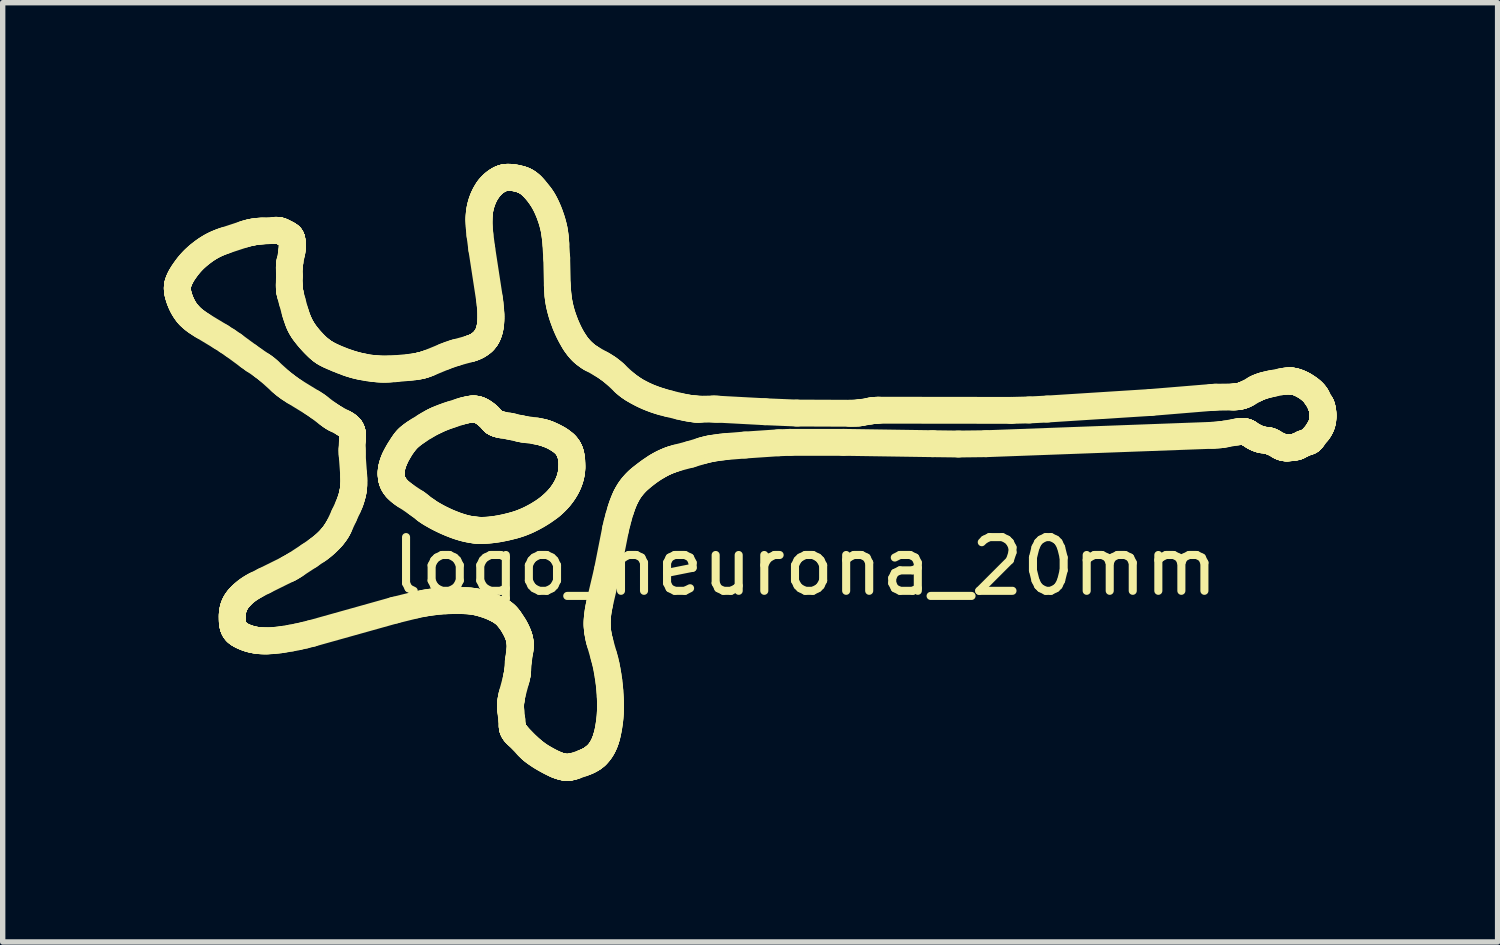
<source format=kicad_pcb>
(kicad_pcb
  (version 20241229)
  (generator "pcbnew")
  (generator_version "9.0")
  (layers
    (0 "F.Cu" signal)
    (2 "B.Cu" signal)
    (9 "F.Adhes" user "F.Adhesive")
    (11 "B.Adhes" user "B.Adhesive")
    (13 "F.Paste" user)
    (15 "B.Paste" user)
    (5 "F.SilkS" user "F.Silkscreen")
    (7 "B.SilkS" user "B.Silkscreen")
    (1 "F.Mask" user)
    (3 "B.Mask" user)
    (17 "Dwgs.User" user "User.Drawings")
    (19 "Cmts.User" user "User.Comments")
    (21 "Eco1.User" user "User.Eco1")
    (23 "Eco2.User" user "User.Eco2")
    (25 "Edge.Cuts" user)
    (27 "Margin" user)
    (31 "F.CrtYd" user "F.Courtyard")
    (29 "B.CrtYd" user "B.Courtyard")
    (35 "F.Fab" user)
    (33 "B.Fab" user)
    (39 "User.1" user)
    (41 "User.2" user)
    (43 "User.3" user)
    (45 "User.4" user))
  (footprint "logo_neurona_20mm"
    (layer "F.Cu")
    (at 9.035 5.24)
    (property "Reference" "logo_neurona_20mm" (at 2.9 2.25 0) (layer "F.SilkS") (effects (font (size 1 1) (thickness 0.15))))
    (attr through_hole)
    (fp_line (start -8.785 -2.922) (end -8.785 -2.916) (stroke (width 0.5) (type solid)) (layer "F.SilkS"))
    (fp_line (start -8.785 -2.929) (end -8.785 -2.922) (stroke (width 0.5) (type solid)) (layer "F.SilkS"))
    (fp_line (start -8.785 -2.916) (end -8.784 -2.909) (stroke (width 0.5) (type solid)) (layer "F.SilkS"))
    (fp_line (start -8.785 -2.936) (end -8.785 -2.929) (stroke (width 0.5) (type solid)) (layer "F.SilkS"))
    (fp_line (start -8.784 -2.909) (end -8.784 -2.902) (stroke (width 0.5) (type solid)) (layer "F.SilkS"))
    (fp_line (start -8.784 -2.942) (end -8.785 -2.936) (stroke (width 0.5) (type solid)) (layer "F.SilkS"))
    (fp_line (start -8.784 -2.902) (end -8.783 -2.888) (stroke (width 0.5) (type solid)) (layer "F.SilkS"))
    (fp_line (start -8.784 -2.949) (end -8.784 -2.942) (stroke (width 0.5) (type solid)) (layer "F.SilkS"))
    (fp_line (start -8.783 -2.956) (end -8.784 -2.949) (stroke (width 0.5) (type solid)) (layer "F.SilkS"))
    (fp_line (start -8.783 -2.888) (end -8.782 -2.875) (stroke (width 0.5) (type solid)) (layer "F.SilkS"))
    (fp_line (start -8.783 -2.962) (end -8.783 -2.956) (stroke (width 0.5) (type solid)) (layer "F.SilkS"))
    (fp_line (start -8.782 -2.969) (end -8.783 -2.962) (stroke (width 0.5) (type solid)) (layer "F.SilkS"))
    (fp_line (start -8.782 -2.875) (end -8.78 -2.861) (stroke (width 0.5) (type solid)) (layer "F.SilkS"))
    (fp_line (start -8.781 -2.976) (end -8.782 -2.969) (stroke (width 0.5) (type solid)) (layer "F.SilkS"))
    (fp_line (start -8.78 -2.983) (end -8.781 -2.976) (stroke (width 0.5) (type solid)) (layer "F.SilkS"))
    (fp_line (start -8.78 -2.861) (end -8.777 -2.847) (stroke (width 0.5) (type solid)) (layer "F.SilkS"))
    (fp_line (start -8.778 -2.989) (end -8.78 -2.983) (stroke (width 0.5) (type solid)) (layer "F.SilkS"))
    (fp_line (start -8.777 -2.847) (end -8.775 -2.833) (stroke (width 0.5) (type solid)) (layer "F.SilkS"))
    (fp_line (start -8.777 -2.996) (end -8.778 -2.989) (stroke (width 0.5) (type solid)) (layer "F.SilkS"))
    (fp_line (start -8.775 -3.003) (end -8.777 -2.996) (stroke (width 0.5) (type solid)) (layer "F.SilkS"))
    (fp_line (start -8.775 -2.833) (end -8.771 -2.819) (stroke (width 0.5) (type solid)) (layer "F.SilkS"))
    (fp_line (start -8.774 -3.01) (end -8.775 -3.003) (stroke (width 0.5) (type solid)) (layer "F.SilkS"))
    (fp_line (start -8.772 -3.017) (end -8.774 -3.01) (stroke (width 0.5) (type solid)) (layer "F.SilkS"))
    (fp_line (start -8.771 -2.819) (end -8.768 -2.804) (stroke (width 0.5) (type solid)) (layer "F.SilkS"))
    (fp_line (start -8.77 -3.024) (end -8.772 -3.017) (stroke (width 0.5) (type solid)) (layer "F.SilkS"))
    (fp_line (start -8.768 -2.804) (end -8.764 -2.789) (stroke (width 0.5) (type solid)) (layer "F.SilkS"))
    (fp_line (start -8.765 -3.038) (end -8.77 -3.024) (stroke (width 0.5) (type solid)) (layer "F.SilkS"))
    (fp_line (start -8.764 -2.789) (end -8.755 -2.759) (stroke (width 0.5) (type solid)) (layer "F.SilkS"))
    (fp_line (start -8.76 -3.052) (end -8.765 -3.038) (stroke (width 0.5) (type solid)) (layer "F.SilkS"))
    (fp_line (start -8.755 -3.066) (end -8.76 -3.052) (stroke (width 0.5) (type solid)) (layer "F.SilkS"))
    (fp_line (start -8.755 -2.759) (end -8.749 -2.74) (stroke (width 0.5) (type solid)) (layer "F.SilkS"))
    (fp_line (start -8.749 -3.08) (end -8.755 -3.066) (stroke (width 0.5) (type solid)) (layer "F.SilkS"))
    (fp_line (start -8.749 -2.74) (end -8.742 -2.72) (stroke (width 0.5) (type solid)) (layer "F.SilkS"))
    (fp_line (start -8.743 -3.094) (end -8.749 -3.08) (stroke (width 0.5) (type solid)) (layer "F.SilkS"))
    (fp_line (start -8.742 -2.72) (end -8.734 -2.7) (stroke (width 0.5) (type solid)) (layer "F.SilkS"))
    (fp_line (start -8.736 -3.108) (end -8.743 -3.094) (stroke (width 0.5) (type solid)) (layer "F.SilkS"))
    (fp_line (start -8.734 -2.7) (end -8.726 -2.679) (stroke (width 0.5) (type solid)) (layer "F.SilkS"))
    (fp_line (start -8.729 -3.122) (end -8.736 -3.108) (stroke (width 0.5) (type solid)) (layer "F.SilkS"))
    (fp_line (start -8.726 -2.679) (end -8.718 -2.658) (stroke (width 0.5) (type solid)) (layer "F.SilkS"))
    (fp_line (start -8.722 -3.136) (end -8.729 -3.122) (stroke (width 0.5) (type solid)) (layer "F.SilkS"))
    (fp_line (start -8.718 -2.658) (end -8.708 -2.638) (stroke (width 0.5) (type solid)) (layer "F.SilkS"))
    (fp_line (start -8.714 -3.15) (end -8.722 -3.136) (stroke (width 0.5) (type solid)) (layer "F.SilkS"))
    (fp_line (start -8.708 -2.638) (end -8.699 -2.617) (stroke (width 0.5) (type solid)) (layer "F.SilkS"))
    (fp_line (start -8.699 -2.617) (end -8.688 -2.596) (stroke (width 0.5) (type solid)) (layer "F.SilkS"))
    (fp_line (start -8.698 -3.178) (end -8.714 -3.15) (stroke (width 0.5) (type solid)) (layer "F.SilkS"))
    (fp_line (start -8.688 -2.596) (end -8.677 -2.575) (stroke (width 0.5) (type solid)) (layer "F.SilkS"))
    (fp_line (start -8.681 -3.206) (end -8.698 -3.178) (stroke (width 0.5) (type solid)) (layer "F.SilkS"))
    (fp_line (start -8.677 -2.575) (end -8.665 -2.555) (stroke (width 0.5) (type solid)) (layer "F.SilkS"))
    (fp_line (start -8.665 -2.555) (end -8.653 -2.534) (stroke (width 0.5) (type solid)) (layer "F.SilkS"))
    (fp_line (start -8.661 -3.235) (end -8.681 -3.206) (stroke (width 0.5) (type solid)) (layer "F.SilkS"))
    (fp_line (start -8.653 -2.534) (end -8.64 -2.514) (stroke (width 0.5) (type solid)) (layer "F.SilkS"))
    (fp_line (start -8.641 -3.264) (end -8.661 -3.235) (stroke (width 0.5) (type solid)) (layer "F.SilkS"))
    (fp_line (start -8.64 -2.514) (end -8.626 -2.494) (stroke (width 0.5) (type solid)) (layer "F.SilkS"))
    (fp_line (start -8.626 -2.494) (end -8.612 -2.475) (stroke (width 0.5) (type solid)) (layer "F.SilkS"))
    (fp_line (start -8.62 -3.293) (end -8.641 -3.264) (stroke (width 0.5) (type solid)) (layer "F.SilkS"))
    (fp_line (start -8.612 -2.475) (end -8.597 -2.456) (stroke (width 0.5) (type solid)) (layer "F.SilkS"))
    (fp_line (start -8.599 -3.322) (end -8.62 -3.293) (stroke (width 0.5) (type solid)) (layer "F.SilkS"))
    (fp_line (start -8.597 -2.456) (end -8.589 -2.446) (stroke (width 0.5) (type solid)) (layer "F.SilkS"))
    (fp_line (start -8.589 -2.446) (end -8.582 -2.437) (stroke (width 0.5) (type solid)) (layer "F.SilkS"))
    (fp_line (start -8.582 -2.437) (end -8.572 -2.427) (stroke (width 0.5) (type solid)) (layer "F.SilkS"))
    (fp_line (start -8.577 -3.349) (end -8.599 -3.322) (stroke (width 0.5) (type solid)) (layer "F.SilkS"))
    (fp_line (start -8.572 -2.427) (end -8.563 -2.417) (stroke (width 0.5) (type solid)) (layer "F.SilkS"))
    (fp_line (start -8.563 -2.417) (end -8.554 -2.407) (stroke (width 0.5) (type solid)) (layer "F.SilkS"))
    (fp_line (start -8.554 -3.377) (end -8.577 -3.349) (stroke (width 0.5) (type solid)) (layer "F.SilkS"))
    (fp_line (start -8.554 -2.407) (end -8.544 -2.398) (stroke (width 0.5) (type solid)) (layer "F.SilkS"))
    (fp_line (start -8.544 -2.398) (end -8.524 -2.379) (stroke (width 0.5) (type solid)) (layer "F.SilkS"))
    (fp_line (start -8.531 -3.403) (end -8.554 -3.377) (stroke (width 0.5) (type solid)) (layer "F.SilkS"))
    (fp_line (start -8.524 -2.379) (end -8.503 -2.36) (stroke (width 0.5) (type solid)) (layer "F.SilkS"))
    (fp_line (start -8.507 -3.429) (end -8.531 -3.403) (stroke (width 0.5) (type solid)) (layer "F.SilkS"))
    (fp_line (start -8.503 -2.36) (end -8.481 -2.343) (stroke (width 0.5) (type solid)) (layer "F.SilkS"))
    (fp_line (start -8.484 -3.453) (end -8.507 -3.429) (stroke (width 0.5) (type solid)) (layer "F.SilkS"))
    (fp_line (start -8.481 -2.343) (end -8.459 -2.325) (stroke (width 0.5) (type solid)) (layer "F.SilkS"))
    (fp_line (start -8.46 -3.476) (end -8.484 -3.453) (stroke (width 0.5) (type solid)) (layer "F.SilkS"))
    (fp_line (start -8.459 -2.325) (end -8.436 -2.308) (stroke (width 0.5) (type solid)) (layer "F.SilkS"))
    (fp_line (start -8.436 -2.308) (end -8.413 -2.292) (stroke (width 0.5) (type solid)) (layer "F.SilkS"))
    (fp_line (start -8.436 -3.498) (end -8.46 -3.476) (stroke (width 0.5) (type solid)) (layer "F.SilkS"))
    (fp_line (start -8.413 -2.292) (end -8.364 -2.259) (stroke (width 0.5) (type solid)) (layer "F.SilkS"))
    (fp_line (start -8.412 -3.52) (end -8.436 -3.498) (stroke (width 0.5) (type solid)) (layer "F.SilkS"))
    (fp_line (start -8.387 -3.541) (end -8.412 -3.52) (stroke (width 0.5) (type solid)) (layer "F.SilkS"))
    (fp_line (start -8.364 -2.259) (end -8.314 -2.227) (stroke (width 0.5) (type solid)) (layer "F.SilkS"))
    (fp_line (start -8.361 -3.562) (end -8.387 -3.541) (stroke (width 0.5) (type solid)) (layer "F.SilkS"))
    (fp_line (start -8.335 -3.582) (end -8.361 -3.562) (stroke (width 0.5) (type solid)) (layer "F.SilkS"))
    (fp_line (start -8.314 -2.227) (end -7.972 -2.021) (stroke (width 0.5) (type solid)) (layer "F.SilkS"))
    (fp_line (start -8.309 -3.602) (end -8.335 -3.582) (stroke (width 0.5) (type solid)) (layer "F.SilkS"))
    (fp_line (start -8.281 -3.623) (end -8.309 -3.602) (stroke (width 0.5) (type solid)) (layer "F.SilkS"))
    (fp_line (start -8.252 -3.643) (end -8.281 -3.623) (stroke (width 0.5) (type solid)) (layer "F.SilkS"))
    (fp_line (start -8.223 -3.662) (end -8.252 -3.643) (stroke (width 0.5) (type solid)) (layer "F.SilkS"))
    (fp_line (start -8.192 -3.681) (end -8.223 -3.662) (stroke (width 0.5) (type solid)) (layer "F.SilkS"))
    (fp_line (start -8.161 -3.7) (end -8.192 -3.681) (stroke (width 0.5) (type solid)) (layer "F.SilkS"))
    (fp_line (start -8.129 -3.717) (end -8.161 -3.7) (stroke (width 0.5) (type solid)) (layer "F.SilkS"))
    (fp_line (start -8.096 -3.734) (end -8.129 -3.717) (stroke (width 0.5) (type solid)) (layer "F.SilkS"))
    (fp_line (start -8.061 -3.751) (end -8.096 -3.734) (stroke (width 0.5) (type solid)) (layer "F.SilkS"))
    (fp_line (start -8.021 -3.768) (end -8.061 -3.751) (stroke (width 0.5) (type solid)) (layer "F.SilkS"))
    (fp_line (start -7.979 -3.785) (end -8.021 -3.768) (stroke (width 0.5) (type solid)) (layer "F.SilkS"))
    (fp_line (start -7.972 -2.021) (end -7.854 -1.945) (stroke (width 0.5) (type solid)) (layer "F.SilkS"))
    (fp_line (start -7.936 -3.801) (end -7.979 -3.785) (stroke (width 0.5) (type solid)) (layer "F.SilkS"))
    (fp_line (start -7.892 -3.816) (end -7.936 -3.801) (stroke (width 0.5) (type solid)) (layer "F.SilkS"))
    (fp_line (start -7.854 -1.945) (end -7.739 -1.867) (stroke (width 0.5) (type solid)) (layer "F.SilkS"))
    (fp_line (start -7.764 3.21) (end -7.764 3.238) (stroke (width 0.5) (type solid)) (layer "F.SilkS"))
    (fp_line (start -7.764 3.181) (end -7.764 3.21) (stroke (width 0.5) (type solid)) (layer "F.SilkS"))
    (fp_line (start -7.764 3.238) (end -7.762 3.266) (stroke (width 0.5) (type solid)) (layer "F.SilkS"))
    (fp_line (start -7.763 3.167) (end -7.764 3.181) (stroke (width 0.5) (type solid)) (layer "F.SilkS"))
    (fp_line (start -7.763 3.152) (end -7.763 3.167) (stroke (width 0.5) (type solid)) (layer "F.SilkS"))
    (fp_line (start -7.762 3.266) (end -7.761 3.279) (stroke (width 0.5) (type solid)) (layer "F.SilkS"))
    (fp_line (start -7.761 3.138) (end -7.763 3.152) (stroke (width 0.5) (type solid)) (layer "F.SilkS"))
    (fp_line (start -7.761 3.279) (end -7.76 3.293) (stroke (width 0.5) (type solid)) (layer "F.SilkS"))
    (fp_line (start -7.76 3.124) (end -7.761 3.138) (stroke (width 0.5) (type solid)) (layer "F.SilkS"))
    (fp_line (start -7.76 3.293) (end -7.758 3.306) (stroke (width 0.5) (type solid)) (layer "F.SilkS"))
    (fp_line (start -7.759 3.11) (end -7.76 3.124) (stroke (width 0.5) (type solid)) (layer "F.SilkS"))
    (fp_line (start -7.758 3.306) (end -7.756 3.319) (stroke (width 0.5) (type solid)) (layer "F.SilkS"))
    (fp_line (start -7.757 3.096) (end -7.759 3.11) (stroke (width 0.5) (type solid)) (layer "F.SilkS"))
    (fp_line (start -7.756 3.319) (end -7.754 3.332) (stroke (width 0.5) (type solid)) (layer "F.SilkS"))
    (fp_line (start -7.755 3.082) (end -7.757 3.096) (stroke (width 0.5) (type solid)) (layer "F.SilkS"))
    (fp_line (start -7.754 3.332) (end -7.751 3.345) (stroke (width 0.5) (type solid)) (layer "F.SilkS"))
    (fp_line (start -7.752 3.068) (end -7.755 3.082) (stroke (width 0.5) (type solid)) (layer "F.SilkS"))
    (fp_line (start -7.751 3.345) (end -7.75 3.351) (stroke (width 0.5) (type solid)) (layer "F.SilkS"))
    (fp_line (start -7.75 3.351) (end -7.748 3.357) (stroke (width 0.5) (type solid)) (layer "F.SilkS"))
    (fp_line (start -7.749 3.055) (end -7.752 3.068) (stroke (width 0.5) (type solid)) (layer "F.SilkS"))
    (fp_line (start -7.748 3.357) (end -7.747 3.363) (stroke (width 0.5) (type solid)) (layer "F.SilkS"))
    (fp_line (start -7.747 3.363) (end -7.745 3.369) (stroke (width 0.5) (type solid)) (layer "F.SilkS"))
    (fp_line (start -7.746 3.041) (end -7.749 3.055) (stroke (width 0.5) (type solid)) (layer "F.SilkS"))
    (fp_line (start -7.745 3.369) (end -7.743 3.375) (stroke (width 0.5) (type solid)) (layer "F.SilkS"))
    (fp_line (start -7.743 3.375) (end -7.741 3.381) (stroke (width 0.5) (type solid)) (layer "F.SilkS"))
    (fp_line (start -7.743 3.028) (end -7.746 3.041) (stroke (width 0.5) (type solid)) (layer "F.SilkS"))
    (fp_line (start -7.741 3.381) (end -7.739 3.387) (stroke (width 0.5) (type solid)) (layer "F.SilkS"))
    (fp_line (start -7.739 3.387) (end -7.737 3.393) (stroke (width 0.5) (type solid)) (layer "F.SilkS"))
    (fp_line (start -7.739 -1.867) (end -7.452 -1.656) (stroke (width 0.5) (type solid)) (layer "F.SilkS"))
    (fp_line (start -7.739 3.015) (end -7.743 3.028) (stroke (width 0.5) (type solid)) (layer "F.SilkS"))
    (fp_line (start -7.737 3.393) (end -7.734 3.399) (stroke (width 0.5) (type solid)) (layer "F.SilkS"))
    (fp_line (start -7.735 3.003) (end -7.739 3.015) (stroke (width 0.5) (type solid)) (layer "F.SilkS"))
    (fp_line (start -7.734 3.399) (end -7.732 3.405) (stroke (width 0.5) (type solid)) (layer "F.SilkS"))
    (fp_line (start -7.732 3.405) (end -7.729 3.41) (stroke (width 0.5) (type solid)) (layer "F.SilkS"))
    (fp_line (start -7.731 2.992) (end -7.735 3.003) (stroke (width 0.5) (type solid)) (layer "F.SilkS"))
    (fp_line (start -7.729 3.41) (end -7.726 3.416) (stroke (width 0.5) (type solid)) (layer "F.SilkS"))
    (fp_line (start -7.726 3.416) (end -7.724 3.421) (stroke (width 0.5) (type solid)) (layer "F.SilkS"))
    (fp_line (start -7.726 2.98) (end -7.731 2.992) (stroke (width 0.5) (type solid)) (layer "F.SilkS"))
    (fp_line (start -7.724 3.421) (end -7.721 3.426) (stroke (width 0.5) (type solid)) (layer "F.SilkS"))
    (fp_line (start -7.721 2.969) (end -7.726 2.98) (stroke (width 0.5) (type solid)) (layer "F.SilkS"))
    (fp_line (start -7.721 3.426) (end -7.717 3.432) (stroke (width 0.5) (type solid)) (layer "F.SilkS"))
    (fp_line (start -7.717 3.432) (end -7.714 3.437) (stroke (width 0.5) (type solid)) (layer "F.SilkS"))
    (fp_line (start -7.716 2.957) (end -7.721 2.969) (stroke (width 0.5) (type solid)) (layer "F.SilkS"))
    (fp_line (start -7.714 3.437) (end -7.71 3.442) (stroke (width 0.5) (type solid)) (layer "F.SilkS"))
    (fp_line (start -7.711 2.946) (end -7.716 2.957) (stroke (width 0.5) (type solid)) (layer "F.SilkS"))
    (fp_line (start -7.71 3.442) (end -7.707 3.447) (stroke (width 0.5) (type solid)) (layer "F.SilkS"))
    (fp_line (start -7.707 3.447) (end -7.703 3.452) (stroke (width 0.5) (type solid)) (layer "F.SilkS"))
    (fp_line (start -7.705 2.935) (end -7.711 2.946) (stroke (width 0.5) (type solid)) (layer "F.SilkS"))
    (fp_line (start -7.703 3.452) (end -7.699 3.457) (stroke (width 0.5) (type solid)) (layer "F.SilkS"))
    (fp_line (start -7.699 2.925) (end -7.705 2.935) (stroke (width 0.5) (type solid)) (layer "F.SilkS"))
    (fp_line (start -7.699 3.457) (end -7.695 3.461) (stroke (width 0.5) (type solid)) (layer "F.SilkS"))
    (fp_line (start -7.695 3.461) (end -7.691 3.466) (stroke (width 0.5) (type solid)) (layer "F.SilkS"))
    (fp_line (start -7.693 2.914) (end -7.699 2.925) (stroke (width 0.5) (type solid)) (layer "F.SilkS"))
    (fp_line (start -7.691 3.466) (end -7.686 3.471) (stroke (width 0.5) (type solid)) (layer "F.SilkS"))
    (fp_line (start -7.686 3.471) (end -7.682 3.475) (stroke (width 0.5) (type solid)) (layer "F.SilkS"))
    (fp_line (start -7.686 2.904) (end -7.693 2.914) (stroke (width 0.5) (type solid)) (layer "F.SilkS"))
    (fp_line (start -7.682 3.475) (end -7.677 3.479) (stroke (width 0.5) (type solid)) (layer "F.SilkS"))
    (fp_line (start -7.679 2.893) (end -7.686 2.904) (stroke (width 0.5) (type solid)) (layer "F.SilkS"))
    (fp_line (start -7.677 3.479) (end -7.672 3.484) (stroke (width 0.5) (type solid)) (layer "F.SilkS"))
    (fp_line (start -7.672 3.484) (end -7.667 3.488) (stroke (width 0.5) (type solid)) (layer "F.SilkS"))
    (fp_line (start -7.672 2.883) (end -7.679 2.893) (stroke (width 0.5) (type solid)) (layer "F.SilkS"))
    (fp_line (start -7.667 3.488) (end -7.662 3.492) (stroke (width 0.5) (type solid)) (layer "F.SilkS"))
    (fp_line (start -7.664 2.872) (end -7.672 2.883) (stroke (width 0.5) (type solid)) (layer "F.SilkS"))
    (fp_line (start -7.662 3.492) (end -7.657 3.496) (stroke (width 0.5) (type solid)) (layer "F.SilkS"))
    (fp_line (start -7.657 3.496) (end -7.652 3.5) (stroke (width 0.5) (type solid)) (layer "F.SilkS"))
    (fp_line (start -7.656 2.862) (end -7.664 2.872) (stroke (width 0.5) (type solid)) (layer "F.SilkS"))
    (fp_line (start -7.652 3.5) (end -7.646 3.504) (stroke (width 0.5) (type solid)) (layer "F.SilkS"))
    (fp_line (start -7.648 2.852) (end -7.656 2.862) (stroke (width 0.5) (type solid)) (layer "F.SilkS"))
    (fp_line (start -7.646 3.504) (end -7.641 3.508) (stroke (width 0.5) (type solid)) (layer "F.SilkS"))
    (fp_line (start -7.641 3.508) (end -7.629 3.515) (stroke (width 0.5) (type solid)) (layer "F.SilkS"))
    (fp_line (start -7.64 2.842) (end -7.648 2.852) (stroke (width 0.5) (type solid)) (layer "F.SilkS"))
    (fp_line (start -7.63 2.83) (end -7.64 2.842) (stroke (width 0.5) (type solid)) (layer "F.SilkS"))
    (fp_line (start -7.629 3.515) (end -7.618 3.522) (stroke (width 0.5) (type solid)) (layer "F.SilkS"))
    (fp_line (start -7.619 2.819) (end -7.63 2.83) (stroke (width 0.5) (type solid)) (layer "F.SilkS"))
    (fp_line (start -7.618 3.522) (end -7.606 3.529) (stroke (width 0.5) (type solid)) (layer "F.SilkS"))
    (fp_line (start -7.608 2.807) (end -7.619 2.819) (stroke (width 0.5) (type solid)) (layer "F.SilkS"))
    (fp_line (start -7.606 3.529) (end -7.593 3.536) (stroke (width 0.5) (type solid)) (layer "F.SilkS"))
    (fp_line (start -7.597 2.796) (end -7.608 2.807) (stroke (width 0.5) (type solid)) (layer "F.SilkS"))
    (fp_line (start -7.593 3.536) (end -7.58 3.542) (stroke (width 0.5) (type solid)) (layer "F.SilkS"))
    (fp_line (start -7.586 2.784) (end -7.597 2.796) (stroke (width 0.5) (type solid)) (layer "F.SilkS"))
    (fp_line (start -7.58 3.542) (end -7.567 3.549) (stroke (width 0.5) (type solid)) (layer "F.SilkS"))
    (fp_line (start -7.574 2.773) (end -7.586 2.784) (stroke (width 0.5) (type solid)) (layer "F.SilkS"))
    (fp_line (start -7.567 3.549) (end -7.541 3.561) (stroke (width 0.5) (type solid)) (layer "F.SilkS"))
    (fp_line (start -7.549 2.751) (end -7.574 2.773) (stroke (width 0.5) (type solid)) (layer "F.SilkS"))
    (fp_line (start -7.542 -3.931) (end -7.892 -3.816) (stroke (width 0.5) (type solid)) (layer "F.SilkS"))
    (fp_line (start -7.541 3.561) (end -7.523 3.568) (stroke (width 0.5) (type solid)) (layer "F.SilkS"))
    (fp_line (start -7.524 2.729) (end -7.549 2.751) (stroke (width 0.5) (type solid)) (layer "F.SilkS"))
    (fp_line (start -7.523 3.568) (end -7.506 3.575) (stroke (width 0.5) (type solid)) (layer "F.SilkS"))
    (fp_line (start -7.506 3.575) (end -7.488 3.581) (stroke (width 0.5) (type solid)) (layer "F.SilkS"))
    (fp_line (start -7.499 -3.944) (end -7.542 -3.931) (stroke (width 0.5) (type solid)) (layer "F.SilkS"))
    (fp_line (start -7.497 2.708) (end -7.524 2.729) (stroke (width 0.5) (type solid)) (layer "F.SilkS"))
    (fp_line (start -7.488 3.581) (end -7.47 3.588) (stroke (width 0.5) (type solid)) (layer "F.SilkS"))
    (fp_line (start -7.47 3.588) (end -7.451 3.594) (stroke (width 0.5) (type solid)) (layer "F.SilkS"))
    (fp_line (start -7.47 2.688) (end -7.497 2.708) (stroke (width 0.5) (type solid)) (layer "F.SilkS"))
    (fp_line (start -7.455 -3.955) (end -7.499 -3.944) (stroke (width 0.5) (type solid)) (layer "F.SilkS"))
    (fp_line (start -7.452 -1.656) (end -7.367 -1.595) (stroke (width 0.5) (type solid)) (layer "F.SilkS"))
    (fp_line (start -7.451 3.594) (end -7.432 3.599) (stroke (width 0.5) (type solid)) (layer "F.SilkS"))
    (fp_line (start -7.441 2.668) (end -7.47 2.688) (stroke (width 0.5) (type solid)) (layer "F.SilkS"))
    (fp_line (start -7.433 -3.961) (end -7.455 -3.955) (stroke (width 0.5) (type solid)) (layer "F.SilkS"))
    (fp_line (start -7.432 3.599) (end -7.413 3.605) (stroke (width 0.5) (type solid)) (layer "F.SilkS"))
    (fp_line (start -7.413 3.605) (end -7.393 3.61) (stroke (width 0.5) (type solid)) (layer "F.SilkS"))
    (fp_line (start -7.412 -3.965) (end -7.433 -3.961) (stroke (width 0.5) (type solid)) (layer "F.SilkS"))
    (fp_line (start -7.41 2.648) (end -7.441 2.668) (stroke (width 0.5) (type solid)) (layer "F.SilkS"))
    (fp_line (start -7.393 3.61) (end -7.373 3.614) (stroke (width 0.5) (type solid)) (layer "F.SilkS"))
    (fp_line (start -7.389 -3.97) (end -7.412 -3.965) (stroke (width 0.5) (type solid)) (layer "F.SilkS"))
    (fp_line (start -7.378 2.629) (end -7.41 2.648) (stroke (width 0.5) (type solid)) (layer "F.SilkS"))
    (fp_line (start -7.373 3.614) (end -7.352 3.618) (stroke (width 0.5) (type solid)) (layer "F.SilkS"))
    (fp_line (start -7.367 -3.974) (end -7.389 -3.97) (stroke (width 0.5) (type solid)) (layer "F.SilkS"))
    (fp_line (start -7.367 -1.595) (end -7.211 -1.49) (stroke (width 0.5) (type solid)) (layer "F.SilkS"))
    (fp_line (start -7.352 3.618) (end -7.331 3.622) (stroke (width 0.5) (type solid)) (layer "F.SilkS"))
    (fp_line (start -7.346 -3.977) (end -7.367 -3.974) (stroke (width 0.5) (type solid)) (layer "F.SilkS"))
    (fp_line (start -7.345 2.61) (end -7.378 2.629) (stroke (width 0.5) (type solid)) (layer "F.SilkS"))
    (fp_line (start -7.331 3.622) (end -7.31 3.626) (stroke (width 0.5) (type solid)) (layer "F.SilkS"))
    (fp_line (start -7.324 -3.98) (end -7.346 -3.977) (stroke (width 0.5) (type solid)) (layer "F.SilkS"))
    (fp_line (start -7.311 2.592) (end -7.345 2.61) (stroke (width 0.5) (type solid)) (layer "F.SilkS"))
    (fp_line (start -7.31 3.626) (end -7.288 3.629) (stroke (width 0.5) (type solid)) (layer "F.SilkS"))
    (fp_line (start -7.288 3.629) (end -7.265 3.631) (stroke (width 0.5) (type solid)) (layer "F.SilkS"))
    (fp_line (start -7.281 -3.985) (end -7.324 -3.98) (stroke (width 0.5) (type solid)) (layer "F.SilkS"))
    (fp_line (start -7.265 3.631) (end -7.242 3.633) (stroke (width 0.5) (type solid)) (layer "F.SilkS"))
    (fp_line (start -7.242 3.633) (end -7.218 3.635) (stroke (width 0.5) (type solid)) (layer "F.SilkS"))
    (fp_line (start -7.239 -3.989) (end -7.281 -3.985) (stroke (width 0.5) (type solid)) (layer "F.SilkS"))
    (fp_line (start -7.218 3.635) (end -7.187 3.636) (stroke (width 0.5) (type solid)) (layer "F.SilkS"))
    (fp_line (start -7.211 -1.49) (end -7.181 -1.468) (stroke (width 0.5) (type solid)) (layer "F.SilkS"))
    (fp_line (start -7.197 -3.992) (end -7.239 -3.989) (stroke (width 0.5) (type solid)) (layer "F.SilkS"))
    (fp_line (start -7.187 3.636) (end -7.155 3.637) (stroke (width 0.5) (type solid)) (layer "F.SilkS"))
    (fp_line (start -7.181 -1.468) (end -7.15 -1.446) (stroke (width 0.5) (type solid)) (layer "F.SilkS"))
    (fp_line (start -7.169 2.52) (end -7.311 2.592) (stroke (width 0.5) (type solid)) (layer "F.SilkS"))
    (fp_line (start -7.155 3.637) (end -7.123 3.637) (stroke (width 0.5) (type solid)) (layer "F.SilkS"))
    (fp_line (start -7.15 -1.446) (end -7.119 -1.421) (stroke (width 0.5) (type solid)) (layer "F.SilkS"))
    (fp_line (start -7.123 3.637) (end -7.089 3.636) (stroke (width 0.5) (type solid)) (layer "F.SilkS"))
    (fp_line (start -7.119 -1.421) (end -7.079 -1.387) (stroke (width 0.5) (type solid)) (layer "F.SilkS"))
    (fp_line (start -7.089 3.636) (end -7.021 3.632) (stroke (width 0.5) (type solid)) (layer "F.SilkS"))
    (fp_line (start -7.079 -1.387) (end -6.854 -1.184) (stroke (width 0.5) (type solid)) (layer "F.SilkS"))
    (fp_line (start -7.021 3.632) (end -6.952 3.626) (stroke (width 0.5) (type solid)) (layer "F.SilkS"))
    (fp_line (start -6.965 -4.003) (end -7.197 -3.992) (stroke (width 0.5) (type solid)) (layer "F.SilkS"))
    (fp_line (start -6.956 -4.003) (end -6.965 -4.003) (stroke (width 0.5) (type solid)) (layer "F.SilkS"))
    (fp_line (start -6.952 3.626) (end -6.881 3.618) (stroke (width 0.5) (type solid)) (layer "F.SilkS"))
    (fp_line (start -6.947 -4.003) (end -6.956 -4.003) (stroke (width 0.5) (type solid)) (layer "F.SilkS"))
    (fp_line (start -6.938 -4.003) (end -6.947 -4.003) (stroke (width 0.5) (type solid)) (layer "F.SilkS"))
    (fp_line (start -6.93 -4.003) (end -6.938 -4.003) (stroke (width 0.5) (type solid)) (layer "F.SilkS"))
    (fp_line (start -6.921 -4.002) (end -6.93 -4.003) (stroke (width 0.5) (type solid)) (layer "F.SilkS"))
    (fp_line (start -6.913 -4.001) (end -6.921 -4.002) (stroke (width 0.5) (type solid)) (layer "F.SilkS"))
    (fp_line (start -6.904 -4) (end -6.913 -4.001) (stroke (width 0.5) (type solid)) (layer "F.SilkS"))
    (fp_line (start -6.9 -3.999) (end -6.904 -4) (stroke (width 0.5) (type solid)) (layer "F.SilkS"))
    (fp_line (start -6.896 -3.999) (end -6.9 -3.999) (stroke (width 0.5) (type solid)) (layer "F.SilkS"))
    (fp_line (start -6.888 -3.997) (end -6.896 -3.999) (stroke (width 0.5) (type solid)) (layer "F.SilkS"))
    (fp_line (start -6.881 3.618) (end -6.811 3.608) (stroke (width 0.5) (type solid)) (layer "F.SilkS"))
    (fp_line (start -6.881 -3.995) (end -6.888 -3.997) (stroke (width 0.5) (type solid)) (layer "F.SilkS"))
    (fp_line (start -6.873 -3.993) (end -6.881 -3.995) (stroke (width 0.5) (type solid)) (layer "F.SilkS"))
    (fp_line (start -6.865 -3.991) (end -6.873 -3.993) (stroke (width 0.5) (type solid)) (layer "F.SilkS"))
    (fp_line (start -6.857 -3.988) (end -6.865 -3.991) (stroke (width 0.5) (type solid)) (layer "F.SilkS"))
    (fp_line (start -6.854 -1.184) (end -6.802 -1.141) (stroke (width 0.5) (type solid)) (layer "F.SilkS"))
    (fp_line (start -6.849 -3.985) (end -6.857 -3.988) (stroke (width 0.5) (type solid)) (layer "F.SilkS"))
    (fp_line (start -6.842 -3.982) (end -6.849 -3.985) (stroke (width 0.5) (type solid)) (layer "F.SilkS"))
    (fp_line (start -6.834 -3.979) (end -6.842 -3.982) (stroke (width 0.5) (type solid)) (layer "F.SilkS"))
    (fp_line (start -6.818 -3.972) (end -6.834 -3.979) (stroke (width 0.5) (type solid)) (layer "F.SilkS"))
    (fp_line (start -6.811 3.608) (end -6.673 3.585) (stroke (width 0.5) (type solid)) (layer "F.SilkS"))
    (fp_line (start -6.803 -3.965) (end -6.818 -3.972) (stroke (width 0.5) (type solid)) (layer "F.SilkS"))
    (fp_line (start -6.802 -1.141) (end -6.775 -1.12) (stroke (width 0.5) (type solid)) (layer "F.SilkS"))
    (fp_line (start -6.775 -1.12) (end -6.747 -1.099) (stroke (width 0.5) (type solid)) (layer "F.SilkS"))
    (fp_line (start -6.772 -3.949) (end -6.803 -3.965) (stroke (width 0.5) (type solid)) (layer "F.SilkS"))
    (fp_line (start -6.758 -3.941) (end -6.772 -3.949) (stroke (width 0.5) (type solid)) (layer "F.SilkS"))
    (fp_line (start -6.747 -1.099) (end -6.715 -1.075) (stroke (width 0.5) (type solid)) (layer "F.SilkS"))
    (fp_line (start -6.743 -3.933) (end -6.758 -3.941) (stroke (width 0.5) (type solid)) (layer "F.SilkS"))
    (fp_line (start -6.736 -3.929) (end -6.743 -3.933) (stroke (width 0.5) (type solid)) (layer "F.SilkS"))
    (fp_line (start -6.729 -3.925) (end -6.736 -3.929) (stroke (width 0.5) (type solid)) (layer "F.SilkS"))
    (fp_line (start -6.725 2.3) (end -7.169 2.52) (stroke (width 0.5) (type solid)) (layer "F.SilkS"))
    (fp_line (start -6.722 -3.92) (end -6.729 -3.925) (stroke (width 0.5) (type solid)) (layer "F.SilkS"))
    (fp_line (start -6.716 -3.916) (end -6.722 -3.92) (stroke (width 0.5) (type solid)) (layer "F.SilkS"))
    (fp_line (start -6.715 -1.075) (end -6.682 -1.052) (stroke (width 0.5) (type solid)) (layer "F.SilkS"))
    (fp_line (start -6.709 -3.911) (end -6.716 -3.916) (stroke (width 0.5) (type solid)) (layer "F.SilkS"))
    (fp_line (start -6.703 -3.906) (end -6.709 -3.911) (stroke (width 0.5) (type solid)) (layer "F.SilkS"))
    (fp_line (start -6.701 -2.999) (end -6.698 -3.156) (stroke (width 0.5) (type solid)) (layer "F.SilkS"))
    (fp_line (start -6.701 -2.968) (end -6.701 -2.999) (stroke (width 0.5) (type solid)) (layer "F.SilkS"))
    (fp_line (start -6.7 -3.904) (end -6.703 -3.906) (stroke (width 0.5) (type solid)) (layer "F.SilkS"))
    (fp_line (start -6.7 -2.938) (end -6.701 -2.968) (stroke (width 0.5) (type solid)) (layer "F.SilkS"))
    (fp_line (start -6.7 2.287) (end -6.725 2.3) (stroke (width 0.5) (type solid)) (layer "F.SilkS"))
    (fp_line (start -6.7 -3.308) (end -6.699 -3.332) (stroke (width 0.5) (type solid)) (layer "F.SilkS"))
    (fp_line (start -6.699 -3.332) (end -6.698 -3.354) (stroke (width 0.5) (type solid)) (layer "F.SilkS"))
    (fp_line (start -6.699 -2.923) (end -6.7 -2.938) (stroke (width 0.5) (type solid)) (layer "F.SilkS"))
    (fp_line (start -6.698 -3.354) (end -6.696 -3.374) (stroke (width 0.5) (type solid)) (layer "F.SilkS"))
    (fp_line (start -6.698 -3.156) (end -6.7 -3.308) (stroke (width 0.5) (type solid)) (layer "F.SilkS"))
    (fp_line (start -6.698 -2.908) (end -6.699 -2.923) (stroke (width 0.5) (type solid)) (layer "F.SilkS"))
    (fp_line (start -6.697 -3.902) (end -6.7 -3.904) (stroke (width 0.5) (type solid)) (layer "F.SilkS"))
    (fp_line (start -6.696 -2.894) (end -6.698 -2.908) (stroke (width 0.5) (type solid)) (layer "F.SilkS"))
    (fp_line (start -6.696 -3.374) (end -6.694 -3.393) (stroke (width 0.5) (type solid)) (layer "F.SilkS"))
    (fp_line (start -6.695 -2.881) (end -6.696 -2.894) (stroke (width 0.5) (type solid)) (layer "F.SilkS"))
    (fp_line (start -6.695 -3.899) (end -6.697 -3.902) (stroke (width 0.5) (type solid)) (layer "F.SilkS"))
    (fp_line (start -6.694 -3.393) (end -6.691 -3.411) (stroke (width 0.5) (type solid)) (layer "F.SilkS"))
    (fp_line (start -6.693 -2.867) (end -6.695 -2.881) (stroke (width 0.5) (type solid)) (layer "F.SilkS"))
    (fp_line (start -6.692 -3.896) (end -6.695 -3.899) (stroke (width 0.5) (type solid)) (layer "F.SilkS"))
    (fp_line (start -6.691 -3.411) (end -6.688 -3.43) (stroke (width 0.5) (type solid)) (layer "F.SilkS"))
    (fp_line (start -6.691 -2.854) (end -6.693 -2.867) (stroke (width 0.5) (type solid)) (layer "F.SilkS"))
    (fp_line (start -6.689 -3.894) (end -6.692 -3.896) (stroke (width 0.5) (type solid)) (layer "F.SilkS"))
    (fp_line (start -6.688 -3.43) (end -6.658 -3.578) (stroke (width 0.5) (type solid)) (layer "F.SilkS"))
    (fp_line (start -6.687 -3.891) (end -6.689 -3.894) (stroke (width 0.5) (type solid)) (layer "F.SilkS"))
    (fp_line (start -6.685 -2.828) (end -6.691 -2.854) (stroke (width 0.5) (type solid)) (layer "F.SilkS"))
    (fp_line (start -6.684 -3.889) (end -6.687 -3.891) (stroke (width 0.5) (type solid)) (layer "F.SilkS"))
    (fp_line (start -6.682 -3.886) (end -6.684 -3.889) (stroke (width 0.5) (type solid)) (layer "F.SilkS"))
    (fp_line (start -6.682 -1.052) (end -6.613 -1.006) (stroke (width 0.5) (type solid)) (layer "F.SilkS"))
    (fp_line (start -6.679 -2.801) (end -6.685 -2.828) (stroke (width 0.5) (type solid)) (layer "F.SilkS"))
    (fp_line (start -6.679 -3.883) (end -6.682 -3.886) (stroke (width 0.5) (type solid)) (layer "F.SilkS"))
    (fp_line (start -6.677 -3.88) (end -6.679 -3.883) (stroke (width 0.5) (type solid)) (layer "F.SilkS"))
    (fp_line (start -6.675 -3.878) (end -6.677 -3.88) (stroke (width 0.5) (type solid)) (layer "F.SilkS"))
    (fp_line (start -6.673 -3.875) (end -6.675 -3.878) (stroke (width 0.5) (type solid)) (layer "F.SilkS"))
    (fp_line (start -6.673 2.272) (end -6.7 2.287) (stroke (width 0.5) (type solid)) (layer "F.SilkS"))
    (fp_line (start -6.673 3.585) (end -6.543 3.56) (stroke (width 0.5) (type solid)) (layer "F.SilkS"))
    (fp_line (start -6.671 -3.872) (end -6.673 -3.875) (stroke (width 0.5) (type solid)) (layer "F.SilkS"))
    (fp_line (start -6.67 -3.869) (end -6.671 -3.872) (stroke (width 0.5) (type solid)) (layer "F.SilkS"))
    (fp_line (start -6.668 -3.867) (end -6.67 -3.869) (stroke (width 0.5) (type solid)) (layer "F.SilkS"))
    (fp_line (start -6.667 -3.864) (end -6.668 -3.867) (stroke (width 0.5) (type solid)) (layer "F.SilkS"))
    (fp_line (start -6.665 -3.861) (end -6.667 -3.864) (stroke (width 0.5) (type solid)) (layer "F.SilkS"))
    (fp_line (start -6.664 -3.858) (end -6.665 -3.861) (stroke (width 0.5) (type solid)) (layer "F.SilkS"))
    (fp_line (start -6.663 -3.855) (end -6.664 -3.858) (stroke (width 0.5) (type solid)) (layer "F.SilkS"))
    (fp_line (start -6.662 -3.852) (end -6.663 -3.855) (stroke (width 0.5) (type solid)) (layer "F.SilkS"))
    (fp_line (start -6.661 -3.85) (end -6.662 -3.852) (stroke (width 0.5) (type solid)) (layer "F.SilkS"))
    (fp_line (start -6.66 -3.847) (end -6.661 -3.85) (stroke (width 0.5) (type solid)) (layer "F.SilkS"))
    (fp_line (start -6.659 -3.844) (end -6.66 -3.847) (stroke (width 0.5) (type solid)) (layer "F.SilkS"))
    (fp_line (start -6.658 -3.578) (end -6.655 -3.597) (stroke (width 0.5) (type solid)) (layer "F.SilkS"))
    (fp_line (start -6.658 -3.841) (end -6.659 -3.844) (stroke (width 0.5) (type solid)) (layer "F.SilkS"))
    (fp_line (start -6.657 -3.837) (end -6.658 -3.841) (stroke (width 0.5) (type solid)) (layer "F.SilkS"))
    (fp_line (start -6.656 -3.834) (end -6.657 -3.837) (stroke (width 0.5) (type solid)) (layer "F.SilkS"))
    (fp_line (start -6.655 -3.597) (end -6.652 -3.615) (stroke (width 0.5) (type solid)) (layer "F.SilkS"))
    (fp_line (start -6.655 -3.828) (end -6.656 -3.834) (stroke (width 0.5) (type solid)) (layer "F.SilkS"))
    (fp_line (start -6.653 -3.822) (end -6.655 -3.828) (stroke (width 0.5) (type solid)) (layer "F.SilkS"))
    (fp_line (start -6.652 -3.615) (end -6.65 -3.634) (stroke (width 0.5) (type solid)) (layer "F.SilkS"))
    (fp_line (start -6.652 -3.815) (end -6.653 -3.822) (stroke (width 0.5) (type solid)) (layer "F.SilkS"))
    (fp_line (start -6.651 -3.809) (end -6.652 -3.815) (stroke (width 0.5) (type solid)) (layer "F.SilkS"))
    (fp_line (start -6.651 -3.802) (end -6.651 -3.809) (stroke (width 0.5) (type solid)) (layer "F.SilkS"))
    (fp_line (start -6.65 -3.634) (end -6.648 -3.652) (stroke (width 0.5) (type solid)) (layer "F.SilkS"))
    (fp_line (start -6.649 -3.789) (end -6.651 -3.802) (stroke (width 0.5) (type solid)) (layer "F.SilkS"))
    (fp_line (start -6.648 -3.776) (end -6.649 -3.789) (stroke (width 0.5) (type solid)) (layer "F.SilkS"))
    (fp_line (start -6.648 -3.652) (end -6.647 -3.668) (stroke (width 0.5) (type solid)) (layer "F.SilkS"))
    (fp_line (start -6.648 -2.685) (end -6.679 -2.801) (stroke (width 0.5) (type solid)) (layer "F.SilkS"))
    (fp_line (start -6.647 -3.668) (end -6.646 -3.684) (stroke (width 0.5) (type solid)) (layer "F.SilkS"))
    (fp_line (start -6.647 -3.746) (end -6.648 -3.776) (stroke (width 0.5) (type solid)) (layer "F.SilkS"))
    (fp_line (start -6.646 -3.684) (end -6.646 -3.7) (stroke (width 0.5) (type solid)) (layer "F.SilkS"))
    (fp_line (start -6.646 -3.7) (end -6.646 -3.715) (stroke (width 0.5) (type solid)) (layer "F.SilkS"))
    (fp_line (start -6.646 -3.715) (end -6.647 -3.746) (stroke (width 0.5) (type solid)) (layer "F.SilkS"))
    (fp_line (start -6.634 2.249) (end -6.673 2.272) (stroke (width 0.5) (type solid)) (layer "F.SilkS"))
    (fp_line (start -6.613 -1.006) (end -6.265 -0.793) (stroke (width 0.5) (type solid)) (layer "F.SilkS"))
    (fp_line (start -6.594 -2.489) (end -6.648 -2.685) (stroke (width 0.5) (type solid)) (layer "F.SilkS"))
    (fp_line (start -6.593 2.224) (end -6.634 2.249) (stroke (width 0.5) (type solid)) (layer "F.SilkS"))
    (fp_line (start -6.578 -2.437) (end -6.594 -2.489) (stroke (width 0.5) (type solid)) (layer "F.SilkS"))
    (fp_line (start -6.561 -2.386) (end -6.578 -2.437) (stroke (width 0.5) (type solid)) (layer "F.SilkS"))
    (fp_line (start -6.543 -2.336) (end -6.561 -2.386) (stroke (width 0.5) (type solid)) (layer "F.SilkS"))
    (fp_line (start -6.543 3.56) (end -6.416 3.531) (stroke (width 0.5) (type solid)) (layer "F.SilkS"))
    (fp_line (start -6.534 -2.312) (end -6.543 -2.336) (stroke (width 0.5) (type solid)) (layer "F.SilkS"))
    (fp_line (start -6.524 -2.289) (end -6.534 -2.312) (stroke (width 0.5) (type solid)) (layer "F.SilkS"))
    (fp_line (start -6.516 -2.269) (end -6.524 -2.289) (stroke (width 0.5) (type solid)) (layer "F.SilkS"))
    (fp_line (start -6.507 -2.249) (end -6.516 -2.269) (stroke (width 0.5) (type solid)) (layer "F.SilkS"))
    (fp_line (start -6.497 -2.231) (end -6.507 -2.249) (stroke (width 0.5) (type solid)) (layer "F.SilkS"))
    (fp_line (start -6.488 -2.212) (end -6.497 -2.231) (stroke (width 0.5) (type solid)) (layer "F.SilkS"))
    (fp_line (start -6.478 -2.195) (end -6.488 -2.212) (stroke (width 0.5) (type solid)) (layer "F.SilkS"))
    (fp_line (start -6.468 -2.177) (end -6.478 -2.195) (stroke (width 0.5) (type solid)) (layer "F.SilkS"))
    (fp_line (start -6.457 -2.16) (end -6.468 -2.177) (stroke (width 0.5) (type solid)) (layer "F.SilkS"))
    (fp_line (start -6.447 -2.144) (end -6.457 -2.16) (stroke (width 0.5) (type solid)) (layer "F.SilkS"))
    (fp_line (start -6.436 -2.127) (end -6.447 -2.144) (stroke (width 0.5) (type solid)) (layer "F.SilkS"))
    (fp_line (start -6.425 -2.111) (end -6.436 -2.127) (stroke (width 0.5) (type solid)) (layer "F.SilkS"))
    (fp_line (start -6.416 3.531) (end -6.288 3.499) (stroke (width 0.5) (type solid)) (layer "F.SilkS"))
    (fp_line (start -6.401 -2.079) (end -6.425 -2.111) (stroke (width 0.5) (type solid)) (layer "F.SilkS"))
    (fp_line (start -6.377 -2.048) (end -6.401 -2.079) (stroke (width 0.5) (type solid)) (layer "F.SilkS"))
    (fp_line (start -6.351 -2.016) (end -6.377 -2.048) (stroke (width 0.5) (type solid)) (layer "F.SilkS"))
    (fp_line (start -6.326 2.049) (end -6.593 2.224) (stroke (width 0.5) (type solid)) (layer "F.SilkS"))
    (fp_line (start -6.323 -1.982) (end -6.351 -2.016) (stroke (width 0.5) (type solid)) (layer "F.SilkS"))
    (fp_line (start -6.293 -1.949) (end -6.323 -1.982) (stroke (width 0.5) (type solid)) (layer "F.SilkS"))
    (fp_line (start -6.288 3.499) (end -4.74 3.065) (stroke (width 0.5) (type solid)) (layer "F.SilkS"))
    (fp_line (start -6.265 -0.793) (end -6.202 -0.752) (stroke (width 0.5) (type solid)) (layer "F.SilkS"))
    (fp_line (start -6.262 -1.915) (end -6.293 -1.949) (stroke (width 0.5) (type solid)) (layer "F.SilkS"))
    (fp_line (start -6.231 -1.883) (end -6.262 -1.915) (stroke (width 0.5) (type solid)) (layer "F.SilkS"))
    (fp_line (start -6.202 -0.752) (end -6.155 -0.718) (stroke (width 0.5) (type solid)) (layer "F.SilkS"))
    (fp_line (start -6.199 -1.851) (end -6.231 -1.883) (stroke (width 0.5) (type solid)) (layer "F.SilkS"))
    (fp_line (start -6.183 1.951) (end -6.326 2.049) (stroke (width 0.5) (type solid)) (layer "F.SilkS"))
    (fp_line (start -6.167 -1.821) (end -6.199 -1.851) (stroke (width 0.5) (type solid)) (layer "F.SilkS"))
    (fp_line (start -6.155 -0.718) (end -5.984 -0.589) (stroke (width 0.5) (type solid)) (layer "F.SilkS"))
    (fp_line (start -6.151 -1.807) (end -6.167 -1.821) (stroke (width 0.5) (type solid)) (layer "F.SilkS"))
    (fp_line (start -6.149 1.927) (end -6.183 1.951) (stroke (width 0.5) (type solid)) (layer "F.SilkS"))
    (fp_line (start -6.135 -1.794) (end -6.151 -1.807) (stroke (width 0.5) (type solid)) (layer "F.SilkS"))
    (fp_line (start -6.119 -1.78) (end -6.135 -1.794) (stroke (width 0.5) (type solid)) (layer "F.SilkS"))
    (fp_line (start -6.117 1.902) (end -6.149 1.927) (stroke (width 0.5) (type solid)) (layer "F.SilkS"))
    (fp_line (start -6.103 -1.768) (end -6.119 -1.78) (stroke (width 0.5) (type solid)) (layer "F.SilkS"))
    (fp_line (start -6.09 -1.758) (end -6.103 -1.768) (stroke (width 0.5) (type solid)) (layer "F.SilkS"))
    (fp_line (start -6.085 1.877) (end -6.117 1.902) (stroke (width 0.5) (type solid)) (layer "F.SilkS"))
    (fp_line (start -6.076 -1.748) (end -6.09 -1.758) (stroke (width 0.5) (type solid)) (layer "F.SilkS"))
    (fp_line (start -6.063 -1.739) (end -6.076 -1.748) (stroke (width 0.5) (type solid)) (layer "F.SilkS"))
    (fp_line (start -6.053 1.85) (end -6.085 1.877) (stroke (width 0.5) (type solid)) (layer "F.SilkS"))
    (fp_line (start -6.049 -1.731) (end -6.063 -1.739) (stroke (width 0.5) (type solid)) (layer "F.SilkS"))
    (fp_line (start -6.036 -1.722) (end -6.049 -1.731) (stroke (width 0.5) (type solid)) (layer "F.SilkS"))
    (fp_line (start -6.023 -1.714) (end -6.036 -1.722) (stroke (width 0.5) (type solid)) (layer "F.SilkS"))
    (fp_line (start -6.022 1.823) (end -6.053 1.85) (stroke (width 0.5) (type solid)) (layer "F.SilkS"))
    (fp_line (start -5.995 -1.699) (end -6.023 -1.714) (stroke (width 0.5) (type solid)) (layer "F.SilkS"))
    (fp_line (start -5.992 1.794) (end -6.022 1.823) (stroke (width 0.5) (type solid)) (layer "F.SilkS"))
    (fp_line (start -5.984 -0.589) (end -5.942 -0.56) (stroke (width 0.5) (type solid)) (layer "F.SilkS"))
    (fp_line (start -5.968 -1.685) (end -5.995 -1.699) (stroke (width 0.5) (type solid)) (layer "F.SilkS"))
    (fp_line (start -5.962 1.765) (end -5.992 1.794) (stroke (width 0.5) (type solid)) (layer "F.SilkS"))
    (fp_line (start -5.942 -0.56) (end -5.921 -0.545) (stroke (width 0.5) (type solid)) (layer "F.SilkS"))
    (fp_line (start -5.939 -1.671) (end -5.968 -1.685) (stroke (width 0.5) (type solid)) (layer "F.SilkS"))
    (fp_line (start -5.933 1.734) (end -5.962 1.765) (stroke (width 0.5) (type solid)) (layer "F.SilkS"))
    (fp_line (start -5.921 -0.545) (end -5.9 -0.531) (stroke (width 0.5) (type solid)) (layer "F.SilkS"))
    (fp_line (start -5.919 1.718) (end -5.933 1.734) (stroke (width 0.5) (type solid)) (layer "F.SilkS"))
    (fp_line (start -5.905 1.702) (end -5.919 1.718) (stroke (width 0.5) (type solid)) (layer "F.SilkS"))
    (fp_line (start -5.9 -0.531) (end -5.878 -0.517) (stroke (width 0.5) (type solid)) (layer "F.SilkS"))
    (fp_line (start -5.892 1.686) (end -5.905 1.702) (stroke (width 0.5) (type solid)) (layer "F.SilkS"))
    (fp_line (start -5.88 -1.644) (end -5.939 -1.671) (stroke (width 0.5) (type solid)) (layer "F.SilkS"))
    (fp_line (start -5.879 1.67) (end -5.892 1.686) (stroke (width 0.5) (type solid)) (layer "F.SilkS"))
    (fp_line (start -5.878 -0.517) (end -5.855 -0.504) (stroke (width 0.5) (type solid)) (layer "F.SilkS"))
    (fp_line (start -5.866 1.653) (end -5.879 1.67) (stroke (width 0.5) (type solid)) (layer "F.SilkS"))
    (fp_line (start -5.855 -0.504) (end -5.834 -0.492) (stroke (width 0.5) (type solid)) (layer "F.SilkS"))
    (fp_line (start -5.854 1.636) (end -5.866 1.653) (stroke (width 0.5) (type solid)) (layer "F.SilkS"))
    (fp_line (start -5.842 1.62) (end -5.854 1.636) (stroke (width 0.5) (type solid)) (layer "F.SilkS"))
    (fp_line (start -5.834 -0.492) (end -5.705 -0.425) (stroke (width 0.5) (type solid)) (layer "F.SilkS"))
    (fp_line (start -5.83 1.603) (end -5.842 1.62) (stroke (width 0.5) (type solid)) (layer "F.SilkS"))
    (fp_line (start -5.82 1.586) (end -5.83 1.603) (stroke (width 0.5) (type solid)) (layer "F.SilkS"))
    (fp_line (start -5.809 1.568) (end -5.82 1.586) (stroke (width 0.5) (type solid)) (layer "F.SilkS"))
    (fp_line (start -5.805 -1.612) (end -5.88 -1.644) (stroke (width 0.5) (type solid)) (layer "F.SilkS"))
    (fp_line (start -5.799 1.551) (end -5.809 1.568) (stroke (width 0.5) (type solid)) (layer "F.SilkS"))
    (fp_line (start -5.789 1.533) (end -5.799 1.551) (stroke (width 0.5) (type solid)) (layer "F.SilkS"))
    (fp_line (start -5.771 1.498) (end -5.789 1.533) (stroke (width 0.5) (type solid)) (layer "F.SilkS"))
    (fp_line (start -5.725 -1.58) (end -5.805 -1.612) (stroke (width 0.5) (type solid)) (layer "F.SilkS"))
    (fp_line (start -5.705 -0.425) (end -5.685 -0.414) (stroke (width 0.5) (type solid)) (layer "F.SilkS"))
    (fp_line (start -5.685 -0.414) (end -5.665 -0.402) (stroke (width 0.5) (type solid)) (layer "F.SilkS"))
    (fp_line (start -5.682 1.305) (end -5.771 1.498) (stroke (width 0.5) (type solid)) (layer "F.SilkS"))
    (fp_line (start -5.665 -0.402) (end -5.656 -0.397) (stroke (width 0.5) (type solid)) (layer "F.SilkS"))
    (fp_line (start -5.656 -0.397) (end -5.646 -0.39) (stroke (width 0.5) (type solid)) (layer "F.SilkS"))
    (fp_line (start -5.646 -0.39) (end -5.637 -0.384) (stroke (width 0.5) (type solid)) (layer "F.SilkS"))
    (fp_line (start -5.642 -1.549) (end -5.725 -1.58) (stroke (width 0.5) (type solid)) (layer "F.SilkS"))
    (fp_line (start -5.637 -0.384) (end -5.628 -0.378) (stroke (width 0.5) (type solid)) (layer "F.SilkS"))
    (fp_line (start -5.628 -0.378) (end -5.62 -0.372) (stroke (width 0.5) (type solid)) (layer "F.SilkS"))
    (fp_line (start -5.62 -0.372) (end -5.611 -0.365) (stroke (width 0.5) (type solid)) (layer "F.SilkS"))
    (fp_line (start -5.611 -0.365) (end -5.603 -0.358) (stroke (width 0.5) (type solid)) (layer "F.SilkS"))
    (fp_line (start -5.605 1.138) (end -5.682 1.305) (stroke (width 0.5) (type solid)) (layer "F.SilkS"))
    (fp_line (start -5.603 -0.358) (end -5.596 -0.351) (stroke (width 0.5) (type solid)) (layer "F.SilkS"))
    (fp_line (start -5.6 -1.534) (end -5.642 -1.549) (stroke (width 0.5) (type solid)) (layer "F.SilkS"))
    (fp_line (start -5.596 -0.351) (end -5.592 -0.348) (stroke (width 0.5) (type solid)) (layer "F.SilkS"))
    (fp_line (start -5.592 -0.348) (end -5.588 -0.344) (stroke (width 0.5) (type solid)) (layer "F.SilkS"))
    (fp_line (start -5.588 -0.344) (end -5.585 -0.341) (stroke (width 0.5) (type solid)) (layer "F.SilkS"))
    (fp_line (start -5.585 -0.341) (end -5.581 -0.337) (stroke (width 0.5) (type solid)) (layer "F.SilkS"))
    (fp_line (start -5.581 -0.337) (end -5.578 -0.333) (stroke (width 0.5) (type solid)) (layer "F.SilkS"))
    (fp_line (start -5.58 1.078) (end -5.605 1.138) (stroke (width 0.5) (type solid)) (layer "F.SilkS"))
    (fp_line (start -5.578 -0.333) (end -5.575 -0.33) (stroke (width 0.5) (type solid)) (layer "F.SilkS"))
    (fp_line (start -5.575 -0.33) (end -5.572 -0.326) (stroke (width 0.5) (type solid)) (layer "F.SilkS"))
    (fp_line (start -5.572 -0.326) (end -5.569 -0.322) (stroke (width 0.5) (type solid)) (layer "F.SilkS"))
    (fp_line (start -5.569 -0.322) (end -5.566 -0.318) (stroke (width 0.5) (type solid)) (layer "F.SilkS"))
    (fp_line (start -5.568 1.047) (end -5.58 1.078) (stroke (width 0.5) (type solid)) (layer "F.SilkS"))
    (fp_line (start -5.566 -0.318) (end -5.563 -0.314) (stroke (width 0.5) (type solid)) (layer "F.SilkS"))
    (fp_line (start -5.563 -0.314) (end -5.56 -0.31) (stroke (width 0.5) (type solid)) (layer "F.SilkS"))
    (fp_line (start -5.56 -0.31) (end -5.558 -0.306) (stroke (width 0.5) (type solid)) (layer "F.SilkS"))
    (fp_line (start -5.558 -1.52) (end -5.6 -1.534) (stroke (width 0.5) (type solid)) (layer "F.SilkS"))
    (fp_line (start -5.558 -0.306) (end -5.555 -0.301) (stroke (width 0.5) (type solid)) (layer "F.SilkS"))
    (fp_line (start -5.557 1.015) (end -5.568 1.047) (stroke (width 0.5) (type solid)) (layer "F.SilkS"))
    (fp_line (start -5.555 -0.301) (end -5.553 -0.297) (stroke (width 0.5) (type solid)) (layer "F.SilkS"))
    (fp_line (start -5.553 -0.297) (end -5.55 -0.292) (stroke (width 0.5) (type solid)) (layer "F.SilkS"))
    (fp_line (start -5.55 -0.292) (end -5.548 -0.288) (stroke (width 0.5) (type solid)) (layer "F.SilkS"))
    (fp_line (start -5.548 -0.288) (end -5.546 -0.283) (stroke (width 0.5) (type solid)) (layer "F.SilkS"))
    (fp_line (start -5.546 0.982) (end -5.557 1.015) (stroke (width 0.5) (type solid)) (layer "F.SilkS"))
    (fp_line (start -5.546 -0.283) (end -5.544 -0.278) (stroke (width 0.5) (type solid)) (layer "F.SilkS"))
    (fp_line (start -5.544 -0.278) (end -5.542 -0.274) (stroke (width 0.5) (type solid)) (layer "F.SilkS"))
    (fp_line (start -5.542 -0.274) (end -5.54 -0.269) (stroke (width 0.5) (type solid)) (layer "F.SilkS"))
    (fp_line (start -5.54 -0.269) (end -5.539 -0.264) (stroke (width 0.5) (type solid)) (layer "F.SilkS"))
    (fp_line (start -5.539 -0.264) (end -5.537 -0.259) (stroke (width 0.5) (type solid)) (layer "F.SilkS"))
    (fp_line (start -5.537 -0.259) (end -5.536 -0.254) (stroke (width 0.5) (type solid)) (layer "F.SilkS"))
    (fp_line (start -5.537 0.949) (end -5.546 0.982) (stroke (width 0.5) (type solid)) (layer "F.SilkS"))
    (fp_line (start -5.536 -0.254) (end -5.534 -0.249) (stroke (width 0.5) (type solid)) (layer "F.SilkS"))
    (fp_line (start -5.534 -0.249) (end -5.533 -0.244) (stroke (width 0.5) (type solid)) (layer "F.SilkS"))
    (fp_line (start -5.533 -0.244) (end -5.532 -0.239) (stroke (width 0.5) (type solid)) (layer "F.SilkS"))
    (fp_line (start -5.533 0.091) (end -5.533 0.133) (stroke (width 0.5) (type solid)) (layer "F.SilkS"))
    (fp_line (start -5.533 0.133) (end -5.531 0.176) (stroke (width 0.5) (type solid)) (layer "F.SilkS"))
    (fp_line (start -5.533 0.06) (end -5.533 0.091) (stroke (width 0.5) (type solid)) (layer "F.SilkS"))
    (fp_line (start -5.532 -0.239) (end -5.531 -0.233) (stroke (width 0.5) (type solid)) (layer "F.SilkS"))
    (fp_line (start -5.531 0.176) (end -5.504 0.541) (stroke (width 0.5) (type solid)) (layer "F.SilkS"))
    (fp_line (start -5.531 -0.233) (end -5.53 -0.228) (stroke (width 0.5) (type solid)) (layer "F.SilkS"))
    (fp_line (start -5.53 -0.228) (end -5.528 -0.217) (stroke (width 0.5) (type solid)) (layer "F.SilkS"))
    (fp_line (start -5.528 -0.217) (end -5.527 -0.206) (stroke (width 0.5) (type solid)) (layer "F.SilkS"))
    (fp_line (start -5.528 0.915) (end -5.537 0.949) (stroke (width 0.5) (type solid)) (layer "F.SilkS"))
    (fp_line (start -5.527 -0.206) (end -5.526 -0.195) (stroke (width 0.5) (type solid)) (layer "F.SilkS"))
    (fp_line (start -5.526 -0.195) (end -5.525 -0.183) (stroke (width 0.5) (type solid)) (layer "F.SilkS"))
    (fp_line (start -5.525 -0.183) (end -5.524 -0.171) (stroke (width 0.5) (type solid)) (layer "F.SilkS"))
    (fp_line (start -5.525 -0.109) (end -5.533 0.06) (stroke (width 0.5) (type solid)) (layer "F.SilkS"))
    (fp_line (start -5.524 -0.171) (end -5.524 -0.159) (stroke (width 0.5) (type solid)) (layer "F.SilkS"))
    (fp_line (start -5.524 -0.159) (end -5.524 -0.135) (stroke (width 0.5) (type solid)) (layer "F.SilkS"))
    (fp_line (start -5.524 -0.135) (end -5.525 -0.109) (stroke (width 0.5) (type solid)) (layer "F.SilkS"))
    (fp_line (start -5.524 0.898) (end -5.528 0.915) (stroke (width 0.5) (type solid)) (layer "F.SilkS"))
    (fp_line (start -5.52 0.881) (end -5.524 0.898) (stroke (width 0.5) (type solid)) (layer "F.SilkS"))
    (fp_line (start -5.517 -1.508) (end -5.558 -1.52) (stroke (width 0.5) (type solid)) (layer "F.SilkS"))
    (fp_line (start -5.517 0.863) (end -5.52 0.881) (stroke (width 0.5) (type solid)) (layer "F.SilkS"))
    (fp_line (start -5.513 0.845) (end -5.517 0.863) (stroke (width 0.5) (type solid)) (layer "F.SilkS"))
    (fp_line (start -5.511 0.828) (end -5.513 0.845) (stroke (width 0.5) (type solid)) (layer "F.SilkS"))
    (fp_line (start -5.508 0.81) (end -5.511 0.828) (stroke (width 0.5) (type solid)) (layer "F.SilkS"))
    (fp_line (start -5.506 0.788) (end -5.508 0.81) (stroke (width 0.5) (type solid)) (layer "F.SilkS"))
    (fp_line (start -5.504 0.766) (end -5.506 0.788) (stroke (width 0.5) (type solid)) (layer "F.SilkS"))
    (fp_line (start -5.504 0.541) (end -5.502 0.587) (stroke (width 0.5) (type solid)) (layer "F.SilkS"))
    (fp_line (start -5.502 0.745) (end -5.504 0.766) (stroke (width 0.5) (type solid)) (layer "F.SilkS"))
    (fp_line (start -5.502 0.587) (end -5.5 0.633) (stroke (width 0.5) (type solid)) (layer "F.SilkS"))
    (fp_line (start -5.501 0.723) (end -5.502 0.745) (stroke (width 0.5) (type solid)) (layer "F.SilkS"))
    (fp_line (start -5.5 0.633) (end -5.5 0.678) (stroke (width 0.5) (type solid)) (layer "F.SilkS"))
    (fp_line (start -5.5 0.678) (end -5.501 0.723) (stroke (width 0.5) (type solid)) (layer "F.SilkS"))
    (fp_line (start -5.476 -1.496) (end -5.517 -1.508) (stroke (width 0.5) (type solid)) (layer "F.SilkS"))
    (fp_line (start -5.436 -1.486) (end -5.476 -1.496) (stroke (width 0.5) (type solid)) (layer "F.SilkS"))
    (fp_line (start -5.396 -1.476) (end -5.436 -1.486) (stroke (width 0.5) (type solid)) (layer "F.SilkS"))
    (fp_line (start -5.355 -1.468) (end -5.396 -1.476) (stroke (width 0.5) (type solid)) (layer "F.SilkS"))
    (fp_line (start -5.315 -1.46) (end -5.355 -1.468) (stroke (width 0.5) (type solid)) (layer "F.SilkS"))
    (fp_line (start -5.236 -1.446) (end -5.315 -1.46) (stroke (width 0.5) (type solid)) (layer "F.SilkS"))
    (fp_line (start -5.157 -1.435) (end -5.236 -1.446) (stroke (width 0.5) (type solid)) (layer "F.SilkS"))
    (fp_line (start -5.117 -1.431) (end -5.157 -1.435) (stroke (width 0.5) (type solid)) (layer "F.SilkS"))
    (fp_line (start -5.077 -1.427) (end -5.117 -1.431) (stroke (width 0.5) (type solid)) (layer "F.SilkS"))
    (fp_line (start -5.037 -1.424) (end -5.077 -1.427) (stroke (width 0.5) (type solid)) (layer "F.SilkS"))
    (fp_line (start -4.996 -1.422) (end -5.037 -1.424) (stroke (width 0.5) (type solid)) (layer "F.SilkS"))
    (fp_line (start -4.955 -1.421) (end -4.996 -1.422) (stroke (width 0.5) (type solid)) (layer "F.SilkS"))
    (fp_line (start -4.913 -1.421) (end -4.955 -1.421) (stroke (width 0.5) (type solid)) (layer "F.SilkS"))
    (fp_line (start -4.868 -1.422) (end -4.913 -1.421) (stroke (width 0.5) (type solid)) (layer "F.SilkS"))
    (fp_line (start -4.821 -1.424) (end -4.868 -1.422) (stroke (width 0.5) (type solid)) (layer "F.SilkS"))
    (fp_line (start -4.806 0.525) (end -4.806 0.535) (stroke (width 0.5) (type solid)) (layer "F.SilkS"))
    (fp_line (start -4.806 0.514) (end -4.806 0.525) (stroke (width 0.5) (type solid)) (layer "F.SilkS"))
    (fp_line (start -4.806 0.535) (end -4.806 0.546) (stroke (width 0.5) (type solid)) (layer "F.SilkS"))
    (fp_line (start -4.806 0.504) (end -4.806 0.514) (stroke (width 0.5) (type solid)) (layer "F.SilkS"))
    (fp_line (start -4.806 0.546) (end -4.805 0.556) (stroke (width 0.5) (type solid)) (layer "F.SilkS"))
    (fp_line (start -4.805 0.493) (end -4.806 0.504) (stroke (width 0.5) (type solid)) (layer "F.SilkS"))
    (fp_line (start -4.805 0.556) (end -4.804 0.566) (stroke (width 0.5) (type solid)) (layer "F.SilkS"))
    (fp_line (start -4.805 0.483) (end -4.805 0.493) (stroke (width 0.5) (type solid)) (layer "F.SilkS"))
    (fp_line (start -4.804 0.566) (end -4.803 0.576) (stroke (width 0.5) (type solid)) (layer "F.SilkS"))
    (fp_line (start -4.804 0.472) (end -4.805 0.483) (stroke (width 0.5) (type solid)) (layer "F.SilkS"))
    (fp_line (start -4.803 0.576) (end -4.802 0.587) (stroke (width 0.5) (type solid)) (layer "F.SilkS"))
    (fp_line (start -4.803 0.462) (end -4.804 0.472) (stroke (width 0.5) (type solid)) (layer "F.SilkS"))
    (fp_line (start -4.802 0.587) (end -4.801 0.597) (stroke (width 0.5) (type solid)) (layer "F.SilkS"))
    (fp_line (start -4.801 0.451) (end -4.803 0.462) (stroke (width 0.5) (type solid)) (layer "F.SilkS"))
    (fp_line (start -4.801 0.597) (end -4.799 0.607) (stroke (width 0.5) (type solid)) (layer "F.SilkS"))
    (fp_line (start -4.8 0.441) (end -4.801 0.451) (stroke (width 0.5) (type solid)) (layer "F.SilkS"))
    (fp_line (start -4.799 0.607) (end -4.797 0.617) (stroke (width 0.5) (type solid)) (layer "F.SilkS"))
    (fp_line (start -4.798 0.43) (end -4.8 0.441) (stroke (width 0.5) (type solid)) (layer "F.SilkS"))
    (fp_line (start -4.797 0.617) (end -4.795 0.626) (stroke (width 0.5) (type solid)) (layer "F.SilkS"))
    (fp_line (start -4.796 0.42) (end -4.798 0.43) (stroke (width 0.5) (type solid)) (layer "F.SilkS"))
    (fp_line (start -4.795 0.626) (end -4.793 0.636) (stroke (width 0.5) (type solid)) (layer "F.SilkS"))
    (fp_line (start -4.794 0.409) (end -4.796 0.42) (stroke (width 0.5) (type solid)) (layer "F.SilkS"))
    (fp_line (start -4.793 0.636) (end -4.79 0.646) (stroke (width 0.5) (type solid)) (layer "F.SilkS"))
    (fp_line (start -4.79 0.646) (end -4.787 0.655) (stroke (width 0.5) (type solid)) (layer "F.SilkS"))
    (fp_line (start -4.789 0.388) (end -4.794 0.409) (stroke (width 0.5) (type solid)) (layer "F.SilkS"))
    (fp_line (start -4.787 0.655) (end -4.784 0.665) (stroke (width 0.5) (type solid)) (layer "F.SilkS"))
    (fp_line (start -4.784 0.665) (end -4.781 0.674) (stroke (width 0.5) (type solid)) (layer "F.SilkS"))
    (fp_line (start -4.784 0.366) (end -4.789 0.388) (stroke (width 0.5) (type solid)) (layer "F.SilkS"))
    (fp_line (start -4.781 0.674) (end -4.777 0.683) (stroke (width 0.5) (type solid)) (layer "F.SilkS"))
    (fp_line (start -4.777 0.345) (end -4.784 0.366) (stroke (width 0.5) (type solid)) (layer "F.SilkS"))
    (fp_line (start -4.777 0.683) (end -4.773 0.692) (stroke (width 0.5) (type solid)) (layer "F.SilkS"))
    (fp_line (start -4.773 0.692) (end -4.769 0.701) (stroke (width 0.5) (type solid)) (layer "F.SilkS"))
    (fp_line (start -4.77 0.323) (end -4.777 0.345) (stroke (width 0.5) (type solid)) (layer "F.SilkS"))
    (fp_line (start -4.769 0.701) (end -4.765 0.71) (stroke (width 0.5) (type solid)) (layer "F.SilkS"))
    (fp_line (start -4.765 0.71) (end -4.76 0.719) (stroke (width 0.5) (type solid)) (layer "F.SilkS"))
    (fp_line (start -4.762 0.302) (end -4.77 0.323) (stroke (width 0.5) (type solid)) (layer "F.SilkS"))
    (fp_line (start -4.76 0.719) (end -4.755 0.728) (stroke (width 0.5) (type solid)) (layer "F.SilkS"))
    (fp_line (start -4.755 0.728) (end -4.75 0.736) (stroke (width 0.5) (type solid)) (layer "F.SilkS"))
    (fp_line (start -4.754 0.28) (end -4.762 0.302) (stroke (width 0.5) (type solid)) (layer "F.SilkS"))
    (fp_line (start -4.75 0.736) (end -4.745 0.744) (stroke (width 0.5) (type solid)) (layer "F.SilkS"))
    (fp_line (start -4.745 0.259) (end -4.754 0.28) (stroke (width 0.5) (type solid)) (layer "F.SilkS"))
    (fp_line (start -4.745 0.744) (end -4.74 0.752) (stroke (width 0.5) (type solid)) (layer "F.SilkS"))
    (fp_line (start -4.74 3.065) (end -4.343 2.967) (stroke (width 0.5) (type solid)) (layer "F.SilkS"))
    (fp_line (start -4.74 0.752) (end -4.734 0.76) (stroke (width 0.5) (type solid)) (layer "F.SilkS"))
    (fp_line (start -4.736 0.239) (end -4.745 0.259) (stroke (width 0.5) (type solid)) (layer "F.SilkS"))
    (fp_line (start -4.734 0.76) (end -4.728 0.768) (stroke (width 0.5) (type solid)) (layer "F.SilkS"))
    (fp_line (start -4.728 0.768) (end -4.722 0.776) (stroke (width 0.5) (type solid)) (layer "F.SilkS"))
    (fp_line (start -4.728 -1.429) (end -4.821 -1.424) (stroke (width 0.5) (type solid)) (layer "F.SilkS"))
    (fp_line (start -4.726 0.218) (end -4.736 0.239) (stroke (width 0.5) (type solid)) (layer "F.SilkS"))
    (fp_line (start -4.722 0.776) (end -4.716 0.784) (stroke (width 0.5) (type solid)) (layer "F.SilkS"))
    (fp_line (start -4.716 0.784) (end -4.709 0.791) (stroke (width 0.5) (type solid)) (layer "F.SilkS"))
    (fp_line (start -4.709 0.791) (end -4.703 0.799) (stroke (width 0.5) (type solid)) (layer "F.SilkS"))
    (fp_line (start -4.706 0.178) (end -4.726 0.218) (stroke (width 0.5) (type solid)) (layer "F.SilkS"))
    (fp_line (start -4.703 0.799) (end -4.696 0.806) (stroke (width 0.5) (type solid)) (layer "F.SilkS"))
    (fp_line (start -4.696 0.806) (end -4.682 0.82) (stroke (width 0.5) (type solid)) (layer "F.SilkS"))
    (fp_line (start -4.684 0.139) (end -4.706 0.178) (stroke (width 0.5) (type solid)) (layer "F.SilkS"))
    (fp_line (start -4.682 0.82) (end -4.668 0.834) (stroke (width 0.5) (type solid)) (layer "F.SilkS"))
    (fp_line (start -4.668 0.834) (end -4.653 0.848) (stroke (width 0.5) (type solid)) (layer "F.SilkS"))
    (fp_line (start -4.663 0.102) (end -4.684 0.139) (stroke (width 0.5) (type solid)) (layer "F.SilkS"))
    (fp_line (start -4.653 0.848) (end -4.638 0.861) (stroke (width 0.5) (type solid)) (layer "F.SilkS"))
    (fp_line (start -4.641 0.066) (end -4.663 0.102) (stroke (width 0.5) (type solid)) (layer "F.SilkS"))
    (fp_line (start -4.638 0.861) (end -4.622 0.874) (stroke (width 0.5) (type solid)) (layer "F.SilkS"))
    (fp_line (start -4.622 0.874) (end -4.606 0.887) (stroke (width 0.5) (type solid)) (layer "F.SilkS"))
    (fp_line (start -4.606 0.887) (end -4.574 0.911) (stroke (width 0.5) (type solid)) (layer "F.SilkS"))
    (fp_line (start -4.605 0.01) (end -4.641 0.066) (stroke (width 0.5) (type solid)) (layer "F.SilkS"))
    (fp_line (start -4.587 -0.016) (end -4.605 0.01) (stroke (width 0.5) (type solid)) (layer "F.SilkS"))
    (fp_line (start -4.574 0.911) (end -4.542 0.933) (stroke (width 0.5) (type solid)) (layer "F.SilkS"))
    (fp_line (start -4.569 -0.042) (end -4.587 -0.016) (stroke (width 0.5) (type solid)) (layer "F.SilkS"))
    (fp_line (start -4.551 -0.066) (end -4.569 -0.042) (stroke (width 0.5) (type solid)) (layer "F.SilkS"))
    (fp_line (start -4.542 -0.078) (end -4.551 -0.066) (stroke (width 0.5) (type solid)) (layer "F.SilkS"))
    (fp_line (start -4.542 0.933) (end -4.344 1.064) (stroke (width 0.5) (type solid)) (layer "F.SilkS"))
    (fp_line (start -4.532 -0.089) (end -4.542 -0.078) (stroke (width 0.5) (type solid)) (layer "F.SilkS"))
    (fp_line (start -4.523 -0.1) (end -4.532 -0.089) (stroke (width 0.5) (type solid)) (layer "F.SilkS"))
    (fp_line (start -4.513 -0.111) (end -4.523 -0.1) (stroke (width 0.5) (type solid)) (layer "F.SilkS"))
    (fp_line (start -4.502 -0.122) (end -4.513 -0.111) (stroke (width 0.5) (type solid)) (layer "F.SilkS"))
    (fp_line (start -4.492 -0.132) (end -4.502 -0.122) (stroke (width 0.5) (type solid)) (layer "F.SilkS"))
    (fp_line (start -4.481 -0.143) (end -4.492 -0.132) (stroke (width 0.5) (type solid)) (layer "F.SilkS"))
    (fp_line (start -4.47 -0.153) (end -4.481 -0.143) (stroke (width 0.5) (type solid)) (layer "F.SilkS"))
    (fp_line (start -4.459 -0.162) (end -4.47 -0.153) (stroke (width 0.5) (type solid)) (layer "F.SilkS"))
    (fp_line (start -4.458 -1.454) (end -4.728 -1.429) (stroke (width 0.5) (type solid)) (layer "F.SilkS"))
    (fp_line (start -4.448 -0.172) (end -4.459 -0.162) (stroke (width 0.5) (type solid)) (layer "F.SilkS"))
    (fp_line (start -4.424 -0.191) (end -4.448 -0.172) (stroke (width 0.5) (type solid)) (layer "F.SilkS"))
    (fp_line (start -4.4 -0.209) (end -4.424 -0.191) (stroke (width 0.5) (type solid)) (layer "F.SilkS"))
    (fp_line (start -4.377 -1.464) (end -4.458 -1.454) (stroke (width 0.5) (type solid)) (layer "F.SilkS"))
    (fp_line (start -4.374 -0.228) (end -4.4 -0.209) (stroke (width 0.5) (type solid)) (layer "F.SilkS"))
    (fp_line (start -4.348 -0.245) (end -4.374 -0.228) (stroke (width 0.5) (type solid)) (layer "F.SilkS"))
    (fp_line (start -4.344 1.064) (end -4.319 1.082) (stroke (width 0.5) (type solid)) (layer "F.SilkS"))
    (fp_line (start -4.343 2.967) (end -4.219 2.941) (stroke (width 0.5) (type solid)) (layer "F.SilkS"))
    (fp_line (start -4.337 -1.47) (end -4.377 -1.464) (stroke (width 0.5) (type solid)) (layer "F.SilkS"))
    (fp_line (start -4.319 1.082) (end -4.271 1.118) (stroke (width 0.5) (type solid)) (layer "F.SilkS"))
    (fp_line (start -4.298 -1.477) (end -4.337 -1.47) (stroke (width 0.5) (type solid)) (layer "F.SilkS"))
    (fp_line (start -4.294 -0.281) (end -4.348 -0.245) (stroke (width 0.5) (type solid)) (layer "F.SilkS"))
    (fp_line (start -4.278 -1.481) (end -4.298 -1.477) (stroke (width 0.5) (type solid)) (layer "F.SilkS"))
    (fp_line (start -4.271 1.118) (end -4.175 1.192) (stroke (width 0.5) (type solid)) (layer "F.SilkS"))
    (fp_line (start -4.259 -1.486) (end -4.278 -1.481) (stroke (width 0.5) (type solid)) (layer "F.SilkS"))
    (fp_line (start -4.239 -1.49) (end -4.259 -1.486) (stroke (width 0.5) (type solid)) (layer "F.SilkS"))
    (fp_line (start -4.219 -1.495) (end -4.239 -1.49) (stroke (width 0.5) (type solid)) (layer "F.SilkS"))
    (fp_line (start -4.219 2.941) (end -4.166 2.931) (stroke (width 0.5) (type solid)) (layer "F.SilkS"))
    (fp_line (start -4.199 -1.501) (end -4.219 -1.495) (stroke (width 0.5) (type solid)) (layer "F.SilkS"))
    (fp_line (start -4.179 -1.507) (end -4.199 -1.501) (stroke (width 0.5) (type solid)) (layer "F.SilkS"))
    (fp_line (start -4.175 1.192) (end -4.148 1.211) (stroke (width 0.5) (type solid)) (layer "F.SilkS"))
    (fp_line (start -4.17 -0.359) (end -4.294 -0.281) (stroke (width 0.5) (type solid)) (layer "F.SilkS"))
    (fp_line (start -4.166 2.931) (end -4.113 2.923) (stroke (width 0.5) (type solid)) (layer "F.SilkS"))
    (fp_line (start -4.148 1.211) (end -4.12 1.231) (stroke (width 0.5) (type solid)) (layer "F.SilkS"))
    (fp_line (start -4.139 -1.521) (end -4.179 -1.507) (stroke (width 0.5) (type solid)) (layer "F.SilkS"))
    (fp_line (start -4.12 1.231) (end -4.081 1.257) (stroke (width 0.5) (type solid)) (layer "F.SilkS"))
    (fp_line (start -4.113 2.923) (end -4.061 2.915) (stroke (width 0.5) (type solid)) (layer "F.SilkS"))
    (fp_line (start -4.107 -0.396) (end -4.17 -0.359) (stroke (width 0.5) (type solid)) (layer "F.SilkS"))
    (fp_line (start -4.099 -1.536) (end -4.139 -1.521) (stroke (width 0.5) (type solid)) (layer "F.SilkS"))
    (fp_line (start -4.081 1.257) (end -4.038 1.282) (stroke (width 0.5) (type solid)) (layer "F.SilkS"))
    (fp_line (start -4.061 2.915) (end -4.009 2.909) (stroke (width 0.5) (type solid)) (layer "F.SilkS"))
    (fp_line (start -4.046 -0.43) (end -4.107 -0.396) (stroke (width 0.5) (type solid)) (layer "F.SilkS"))
    (fp_line (start -4.038 1.282) (end -3.993 1.308) (stroke (width 0.5) (type solid)) (layer "F.SilkS"))
    (fp_line (start -4.018 -0.444) (end -4.046 -0.43) (stroke (width 0.5) (type solid)) (layer "F.SilkS"))
    (fp_line (start -4.009 2.909) (end -3.905 2.899) (stroke (width 0.5) (type solid)) (layer "F.SilkS"))
    (fp_line (start -3.993 1.308) (end -3.946 1.334) (stroke (width 0.5) (type solid)) (layer "F.SilkS"))
    (fp_line (start -3.991 -0.457) (end -4.018 -0.444) (stroke (width 0.5) (type solid)) (layer "F.SilkS"))
    (fp_line (start -3.964 -0.47) (end -3.991 -0.457) (stroke (width 0.5) (type solid)) (layer "F.SilkS"))
    (fp_line (start -3.946 1.334) (end -3.898 1.359) (stroke (width 0.5) (type solid)) (layer "F.SilkS"))
    (fp_line (start -3.937 -0.483) (end -3.964 -0.47) (stroke (width 0.5) (type solid)) (layer "F.SilkS"))
    (fp_line (start -3.905 2.899) (end -3.798 2.891) (stroke (width 0.5) (type solid)) (layer "F.SilkS"))
    (fp_line (start -3.898 1.359) (end -3.848 1.383) (stroke (width 0.5) (type solid)) (layer "F.SilkS"))
    (fp_line (start -3.881 -0.506) (end -3.937 -0.483) (stroke (width 0.5) (type solid)) (layer "F.SilkS"))
    (fp_line (start -3.848 1.383) (end -3.799 1.407) (stroke (width 0.5) (type solid)) (layer "F.SilkS"))
    (fp_line (start -3.823 -0.529) (end -3.881 -0.506) (stroke (width 0.5) (type solid)) (layer "F.SilkS"))
    (fp_line (start -3.812 -1.654) (end -4.099 -1.536) (stroke (width 0.5) (type solid)) (layer "F.SilkS"))
    (fp_line (start -3.799 1.407) (end -3.749 1.429) (stroke (width 0.5) (type solid)) (layer "F.SilkS"))
    (fp_line (start -3.798 2.891) (end -3.689 2.887) (stroke (width 0.5) (type solid)) (layer "F.SilkS"))
    (fp_line (start -3.751 -0.555) (end -3.823 -0.529) (stroke (width 0.5) (type solid)) (layer "F.SilkS"))
    (fp_line (start -3.749 1.429) (end -3.701 1.449) (stroke (width 0.5) (type solid)) (layer "F.SilkS"))
    (fp_line (start -3.726 -1.687) (end -3.812 -1.654) (stroke (width 0.5) (type solid)) (layer "F.SilkS"))
    (fp_line (start -3.701 1.449) (end -3.653 1.468) (stroke (width 0.5) (type solid)) (layer "F.SilkS"))
    (fp_line (start -3.689 2.887) (end -3.579 2.885) (stroke (width 0.5) (type solid)) (layer "F.SilkS"))
    (fp_line (start -3.676 -0.58) (end -3.751 -0.555) (stroke (width 0.5) (type solid)) (layer "F.SilkS"))
    (fp_line (start -3.653 1.468) (end -3.606 1.486) (stroke (width 0.5) (type solid)) (layer "F.SilkS"))
    (fp_line (start -3.638 -1.717) (end -3.726 -1.687) (stroke (width 0.5) (type solid)) (layer "F.SilkS"))
    (fp_line (start -3.606 1.486) (end -3.559 1.503) (stroke (width 0.5) (type solid)) (layer "F.SilkS"))
    (fp_line (start -3.594 -1.73) (end -3.638 -1.717) (stroke (width 0.5) (type solid)) (layer "F.SilkS"))
    (fp_line (start -3.579 2.885) (end -3.474 2.887) (stroke (width 0.5) (type solid)) (layer "F.SilkS"))
    (fp_line (start -3.559 1.503) (end -3.513 1.517) (stroke (width 0.5) (type solid)) (layer "F.SilkS"))
    (fp_line (start -3.525 -0.628) (end -3.676 -0.58) (stroke (width 0.5) (type solid)) (layer "F.SilkS"))
    (fp_line (start -3.513 1.517) (end -3.467 1.531) (stroke (width 0.5) (type solid)) (layer "F.SilkS"))
    (fp_line (start -3.474 2.887) (end -3.424 2.889) (stroke (width 0.5) (type solid)) (layer "F.SilkS"))
    (fp_line (start -3.467 1.531) (end -3.422 1.543) (stroke (width 0.5) (type solid)) (layer "F.SilkS"))
    (fp_line (start -3.465 -0.646) (end -3.525 -0.628) (stroke (width 0.5) (type solid)) (layer "F.SilkS"))
    (fp_line (start -3.435 -0.653) (end -3.465 -0.646) (stroke (width 0.5) (type solid)) (layer "F.SilkS"))
    (fp_line (start -3.424 2.889) (end -3.377 2.891) (stroke (width 0.5) (type solid)) (layer "F.SilkS"))
    (fp_line (start -3.422 1.543) (end -3.377 1.553) (stroke (width 0.5) (type solid)) (layer "F.SilkS"))
    (fp_line (start -3.407 -0.66) (end -3.435 -0.653) (stroke (width 0.5) (type solid)) (layer "F.SilkS"))
    (fp_line (start -3.379 -0.666) (end -3.407 -0.66) (stroke (width 0.5) (type solid)) (layer "F.SilkS"))
    (fp_line (start -3.377 1.553) (end -3.335 1.561) (stroke (width 0.5) (type solid)) (layer "F.SilkS"))
    (fp_line (start -3.377 2.891) (end -3.341 2.894) (stroke (width 0.5) (type solid)) (layer "F.SilkS"))
    (fp_line (start -3.353 -0.671) (end -3.379 -0.666) (stroke (width 0.5) (type solid)) (layer "F.SilkS"))
    (fp_line (start -3.342 -1.799) (end -3.594 -1.73) (stroke (width 0.5) (type solid)) (layer "F.SilkS"))
    (fp_line (start -3.341 2.894) (end -3.306 2.898) (stroke (width 0.5) (type solid)) (layer "F.SilkS"))
    (fp_line (start -3.34 -0.673) (end -3.353 -0.671) (stroke (width 0.5) (type solid)) (layer "F.SilkS"))
    (fp_line (start -3.335 1.561) (end -3.293 1.568) (stroke (width 0.5) (type solid)) (layer "F.SilkS"))
    (fp_line (start -3.327 -0.675) (end -3.34 -0.673) (stroke (width 0.5) (type solid)) (layer "F.SilkS"))
    (fp_line (start -3.322 -1.806) (end -3.342 -1.799) (stroke (width 0.5) (type solid)) (layer "F.SilkS"))
    (fp_line (start -3.315 -0.676) (end -3.327 -0.675) (stroke (width 0.5) (type solid)) (layer "F.SilkS"))
    (fp_line (start -3.306 2.898) (end -3.273 2.902) (stroke (width 0.5) (type solid)) (layer "F.SilkS"))
    (fp_line (start -3.303 -1.812) (end -3.322 -1.806) (stroke (width 0.5) (type solid)) (layer "F.SilkS"))
    (fp_line (start -3.302 -0.678) (end -3.315 -0.676) (stroke (width 0.5) (type solid)) (layer "F.SilkS"))
    (fp_line (start -3.293 -0.678) (end -3.302 -0.678) (stroke (width 0.5) (type solid)) (layer "F.SilkS"))
    (fp_line (start -3.293 1.568) (end -3.272 1.571) (stroke (width 0.5) (type solid)) (layer "F.SilkS"))
    (fp_line (start -3.283 -1.819) (end -3.303 -1.812) (stroke (width 0.5) (type solid)) (layer "F.SilkS"))
    (fp_line (start -3.283 -0.679) (end -3.293 -0.678) (stroke (width 0.5) (type solid)) (layer "F.SilkS"))
    (fp_line (start -3.274 -0.679) (end -3.283 -0.679) (stroke (width 0.5) (type solid)) (layer "F.SilkS"))
    (fp_line (start -3.273 2.902) (end -3.24 2.908) (stroke (width 0.5) (type solid)) (layer "F.SilkS"))
    (fp_line (start -3.272 1.571) (end -3.25 1.573) (stroke (width 0.5) (type solid)) (layer "F.SilkS"))
    (fp_line (start -3.265 -1.826) (end -3.283 -1.819) (stroke (width 0.5) (type solid)) (layer "F.SilkS"))
    (fp_line (start -3.264 -0.679) (end -3.274 -0.679) (stroke (width 0.5) (type solid)) (layer "F.SilkS"))
    (fp_line (start -3.255 -0.678) (end -3.264 -0.679) (stroke (width 0.5) (type solid)) (layer "F.SilkS"))
    (fp_line (start -3.25 1.573) (end -3.229 1.576) (stroke (width 0.5) (type solid)) (layer "F.SilkS"))
    (fp_line (start -3.246 -1.834) (end -3.265 -1.826) (stroke (width 0.5) (type solid)) (layer "F.SilkS"))
    (fp_line (start -3.246 -0.677) (end -3.255 -0.678) (stroke (width 0.5) (type solid)) (layer "F.SilkS"))
    (fp_line (start -3.24 2.908) (end -3.207 2.914) (stroke (width 0.5) (type solid)) (layer "F.SilkS"))
    (fp_line (start -3.236 -0.676) (end -3.246 -0.677) (stroke (width 0.5) (type solid)) (layer "F.SilkS"))
    (fp_line (start -3.229 1.576) (end -3.208 1.577) (stroke (width 0.5) (type solid)) (layer "F.SilkS"))
    (fp_line (start -3.228 -1.842) (end -3.246 -1.834) (stroke (width 0.5) (type solid)) (layer "F.SilkS"))
    (fp_line (start -3.227 -0.675) (end -3.236 -0.676) (stroke (width 0.5) (type solid)) (layer "F.SilkS"))
    (fp_line (start -3.218 -0.673) (end -3.227 -0.675) (stroke (width 0.5) (type solid)) (layer "F.SilkS"))
    (fp_line (start -3.212 -1.85) (end -3.228 -1.842) (stroke (width 0.5) (type solid)) (layer "F.SilkS"))
    (fp_line (start -3.209 -0.672) (end -3.218 -0.673) (stroke (width 0.5) (type solid)) (layer "F.SilkS"))
    (fp_line (start -3.208 1.577) (end -3.187 1.579) (stroke (width 0.5) (type solid)) (layer "F.SilkS"))
    (fp_line (start -3.207 2.914) (end -3.174 2.922) (stroke (width 0.5) (type solid)) (layer "F.SilkS"))
    (fp_line (start -3.2 -0.669) (end -3.209 -0.672) (stroke (width 0.5) (type solid)) (layer "F.SilkS"))
    (fp_line (start -3.197 -1.858) (end -3.212 -1.85) (stroke (width 0.5) (type solid)) (layer "F.SilkS"))
    (fp_line (start -3.191 -0.667) (end -3.2 -0.669) (stroke (width 0.5) (type solid)) (layer "F.SilkS"))
    (fp_line (start -3.187 1.579) (end -3.165 1.58) (stroke (width 0.5) (type solid)) (layer "F.SilkS"))
    (fp_line (start -3.182 -1.867) (end -3.197 -1.858) (stroke (width 0.5) (type solid)) (layer "F.SilkS"))
    (fp_line (start -3.182 -0.664) (end -3.191 -0.667) (stroke (width 0.5) (type solid)) (layer "F.SilkS"))
    (fp_line (start -3.174 2.922) (end -3.14 2.931) (stroke (width 0.5) (type solid)) (layer "F.SilkS"))
    (fp_line (start -3.172 -0.66) (end -3.182 -0.664) (stroke (width 0.5) (type solid)) (layer "F.SilkS"))
    (fp_line (start -3.171 -4.192) (end -3.171 -4.163) (stroke (width 0.5) (type solid)) (layer "F.SilkS"))
    (fp_line (start -3.171 -4.163) (end -3.169 -4.104) (stroke (width 0.5) (type solid)) (layer "F.SilkS"))
    (fp_line (start -3.171 -4.222) (end -3.171 -4.192) (stroke (width 0.5) (type solid)) (layer "F.SilkS"))
    (fp_line (start -3.17 -4.251) (end -3.171 -4.222) (stroke (width 0.5) (type solid)) (layer "F.SilkS"))
    (fp_line (start -3.169 -4.104) (end -3.165 -4.045) (stroke (width 0.5) (type solid)) (layer "F.SilkS"))
    (fp_line (start -3.168 -4.28) (end -3.17 -4.251) (stroke (width 0.5) (type solid)) (layer "F.SilkS"))
    (fp_line (start -3.168 -1.876) (end -3.182 -1.867) (stroke (width 0.5) (type solid)) (layer "F.SilkS"))
    (fp_line (start -3.166 -4.309) (end -3.168 -4.28) (stroke (width 0.5) (type solid)) (layer "F.SilkS"))
    (fp_line (start -3.165 -4.045) (end -3.154 -3.924) (stroke (width 0.5) (type solid)) (layer "F.SilkS"))
    (fp_line (start -3.165 1.58) (end -3.121 1.581) (stroke (width 0.5) (type solid)) (layer "F.SilkS"))
    (fp_line (start -3.163 -0.657) (end -3.172 -0.66) (stroke (width 0.5) (type solid)) (layer "F.SilkS"))
    (fp_line (start -3.162 -4.338) (end -3.166 -4.309) (stroke (width 0.5) (type solid)) (layer "F.SilkS"))
    (fp_line (start -3.159 -4.366) (end -3.162 -4.338) (stroke (width 0.5) (type solid)) (layer "F.SilkS"))
    (fp_line (start -3.154 -1.886) (end -3.168 -1.876) (stroke (width 0.5) (type solid)) (layer "F.SilkS"))
    (fp_line (start -3.154 -4.395) (end -3.159 -4.366) (stroke (width 0.5) (type solid)) (layer "F.SilkS"))
    (fp_line (start -3.154 -3.924) (end -3.12 -3.664) (stroke (width 0.5) (type solid)) (layer "F.SilkS"))
    (fp_line (start -3.154 -0.653) (end -3.163 -0.657) (stroke (width 0.5) (type solid)) (layer "F.SilkS"))
    (fp_line (start -3.148 -4.423) (end -3.154 -4.395) (stroke (width 0.5) (type solid)) (layer "F.SilkS"))
    (fp_line (start -3.142 -0.647) (end -3.154 -0.653) (stroke (width 0.5) (type solid)) (layer "F.SilkS"))
    (fp_line (start -3.142 -4.45) (end -3.148 -4.423) (stroke (width 0.5) (type solid)) (layer "F.SilkS"))
    (fp_line (start -3.14 -1.896) (end -3.154 -1.886) (stroke (width 0.5) (type solid)) (layer "F.SilkS"))
    (fp_line (start -3.14 2.931) (end -3.104 2.941) (stroke (width 0.5) (type solid)) (layer "F.SilkS"))
    (fp_line (start -3.135 -4.477) (end -3.142 -4.45) (stroke (width 0.5) (type solid)) (layer "F.SilkS"))
    (fp_line (start -3.133 -1.901) (end -3.14 -1.896) (stroke (width 0.5) (type solid)) (layer "F.SilkS"))
    (fp_line (start -3.131 -0.642) (end -3.142 -0.647) (stroke (width 0.5) (type solid)) (layer "F.SilkS"))
    (fp_line (start -3.127 -4.504) (end -3.135 -4.477) (stroke (width 0.5) (type solid)) (layer "F.SilkS"))
    (fp_line (start -3.127 -1.906) (end -3.133 -1.901) (stroke (width 0.5) (type solid)) (layer "F.SilkS"))
    (fp_line (start -3.121 1.581) (end -3.076 1.58) (stroke (width 0.5) (type solid)) (layer "F.SilkS"))
    (fp_line (start -3.12 -1.911) (end -3.127 -1.906) (stroke (width 0.5) (type solid)) (layer "F.SilkS"))
    (fp_line (start -3.12 -3.664) (end -2.976 -2.727) (stroke (width 0.5) (type solid)) (layer "F.SilkS"))
    (fp_line (start -3.119 -0.635) (end -3.131 -0.642) (stroke (width 0.5) (type solid)) (layer "F.SilkS"))
    (fp_line (start -3.119 -4.531) (end -3.127 -4.504) (stroke (width 0.5) (type solid)) (layer "F.SilkS"))
    (fp_line (start -3.114 -1.917) (end -3.12 -1.911) (stroke (width 0.5) (type solid)) (layer "F.SilkS"))
    (fp_line (start -3.109 -4.557) (end -3.119 -4.531) (stroke (width 0.5) (type solid)) (layer "F.SilkS"))
    (fp_line (start -3.108 -1.922) (end -3.114 -1.917) (stroke (width 0.5) (type solid)) (layer "F.SilkS"))
    (fp_line (start -3.108 -0.629) (end -3.119 -0.635) (stroke (width 0.5) (type solid)) (layer "F.SilkS"))
    (fp_line (start -3.104 2.941) (end -3.061 2.955) (stroke (width 0.5) (type solid)) (layer "F.SilkS"))
    (fp_line (start -3.102 -1.928) (end -3.108 -1.922) (stroke (width 0.5) (type solid)) (layer "F.SilkS"))
    (fp_line (start -3.099 -4.584) (end -3.109 -4.557) (stroke (width 0.5) (type solid)) (layer "F.SilkS"))
    (fp_line (start -3.096 -0.622) (end -3.108 -0.629) (stroke (width 0.5) (type solid)) (layer "F.SilkS"))
    (fp_line (start -3.096 -1.933) (end -3.102 -1.928) (stroke (width 0.5) (type solid)) (layer "F.SilkS"))
    (fp_line (start -3.09 -1.939) (end -3.096 -1.933) (stroke (width 0.5) (type solid)) (layer "F.SilkS"))
    (fp_line (start -3.089 -4.609) (end -3.099 -4.584) (stroke (width 0.5) (type solid)) (layer "F.SilkS"))
    (fp_line (start -3.085 -0.614) (end -3.096 -0.622) (stroke (width 0.5) (type solid)) (layer "F.SilkS"))
    (fp_line (start -3.084 -1.945) (end -3.09 -1.939) (stroke (width 0.5) (type solid)) (layer "F.SilkS"))
    (fp_line (start -3.079 -1.951) (end -3.084 -1.945) (stroke (width 0.5) (type solid)) (layer "F.SilkS"))
    (fp_line (start -3.077 -4.634) (end -3.089 -4.609) (stroke (width 0.5) (type solid)) (layer "F.SilkS"))
    (fp_line (start -3.076 1.58) (end -3.03 1.578) (stroke (width 0.5) (type solid)) (layer "F.SilkS"))
    (fp_line (start -3.073 -1.957) (end -3.079 -1.951) (stroke (width 0.5) (type solid)) (layer "F.SilkS"))
    (fp_line (start -3.073 -0.606) (end -3.085 -0.614) (stroke (width 0.5) (type solid)) (layer "F.SilkS"))
    (fp_line (start -3.068 -1.963) (end -3.073 -1.957) (stroke (width 0.5) (type solid)) (layer "F.SilkS"))
    (fp_line (start -3.065 -4.659) (end -3.077 -4.634) (stroke (width 0.5) (type solid)) (layer "F.SilkS"))
    (fp_line (start -3.063 -1.969) (end -3.068 -1.963) (stroke (width 0.5) (type solid)) (layer "F.SilkS"))
    (fp_line (start -3.062 -0.598) (end -3.073 -0.606) (stroke (width 0.5) (type solid)) (layer "F.SilkS"))
    (fp_line (start -3.061 2.955) (end -3.015 2.97) (stroke (width 0.5) (type solid)) (layer "F.SilkS"))
    (fp_line (start -3.058 -1.976) (end -3.063 -1.969) (stroke (width 0.5) (type solid)) (layer "F.SilkS"))
    (fp_line (start -3.053 -1.982) (end -3.058 -1.976) (stroke (width 0.5) (type solid)) (layer "F.SilkS"))
    (fp_line (start -3.053 -4.683) (end -3.065 -4.659) (stroke (width 0.5) (type solid)) (layer "F.SilkS"))
    (fp_line (start -3.051 -0.59) (end -3.062 -0.598) (stroke (width 0.5) (type solid)) (layer "F.SilkS"))
    (fp_line (start -3.048 -1.989) (end -3.053 -1.982) (stroke (width 0.5) (type solid)) (layer "F.SilkS"))
    (fp_line (start -3.043 -1.995) (end -3.048 -1.989) (stroke (width 0.5) (type solid)) (layer "F.SilkS"))
    (fp_line (start -3.04 -0.582) (end -3.051 -0.59) (stroke (width 0.5) (type solid)) (layer "F.SilkS"))
    (fp_line (start -3.039 -4.706) (end -3.053 -4.683) (stroke (width 0.5) (type solid)) (layer "F.SilkS"))
    (fp_line (start -3.038 -2.002) (end -3.043 -1.995) (stroke (width 0.5) (type solid)) (layer "F.SilkS"))
    (fp_line (start -3.034 -2.009) (end -3.038 -2.002) (stroke (width 0.5) (type solid)) (layer "F.SilkS"))
    (fp_line (start -3.03 -2.016) (end -3.034 -2.009) (stroke (width 0.5) (type solid)) (layer "F.SilkS"))
    (fp_line (start -3.03 1.578) (end -2.975 1.574) (stroke (width 0.5) (type solid)) (layer "F.SilkS"))
    (fp_line (start -3.029 -0.573) (end -3.04 -0.582) (stroke (width 0.5) (type solid)) (layer "F.SilkS"))
    (fp_line (start -3.026 -2.023) (end -3.03 -2.016) (stroke (width 0.5) (type solid)) (layer "F.SilkS"))
    (fp_line (start -3.025 -4.729) (end -3.039 -4.706) (stroke (width 0.5) (type solid)) (layer "F.SilkS"))
    (fp_line (start -3.022 -2.03) (end -3.026 -2.023) (stroke (width 0.5) (type solid)) (layer "F.SilkS"))
    (fp_line (start -3.018 -0.564) (end -3.029 -0.573) (stroke (width 0.5) (type solid)) (layer "F.SilkS"))
    (fp_line (start -3.018 -2.037) (end -3.022 -2.03) (stroke (width 0.5) (type solid)) (layer "F.SilkS"))
    (fp_line (start -3.015 2.97) (end -2.969 2.987) (stroke (width 0.5) (type solid)) (layer "F.SilkS"))
    (fp_line (start -3.014 -2.044) (end -3.018 -2.037) (stroke (width 0.5) (type solid)) (layer "F.SilkS"))
    (fp_line (start -3.011 -4.751) (end -3.025 -4.729) (stroke (width 0.5) (type solid)) (layer "F.SilkS"))
    (fp_line (start -3.011 -2.051) (end -3.014 -2.044) (stroke (width 0.5) (type solid)) (layer "F.SilkS"))
    (fp_line (start -3.008 -0.555) (end -3.018 -0.564) (stroke (width 0.5) (type solid)) (layer "F.SilkS"))
    (fp_line (start -3.007 -2.059) (end -3.011 -2.051) (stroke (width 0.5) (type solid)) (layer "F.SilkS"))
    (fp_line (start -3.003 -4.761) (end -3.011 -4.751) (stroke (width 0.5) (type solid)) (layer "F.SilkS"))
    (fp_line (start -3.001 -2.074) (end -3.007 -2.059) (stroke (width 0.5) (type solid)) (layer "F.SilkS"))
    (fp_line (start -2.998 -0.547) (end -3.008 -0.555) (stroke (width 0.5) (type solid)) (layer "F.SilkS"))
    (fp_line (start -2.996 -4.772) (end -3.003 -4.761) (stroke (width 0.5) (type solid)) (layer "F.SilkS"))
    (fp_line (start -2.995 -2.089) (end -3.001 -2.074) (stroke (width 0.5) (type solid)) (layer "F.SilkS"))
    (fp_line (start -2.989 -2.104) (end -2.995 -2.089) (stroke (width 0.5) (type solid)) (layer "F.SilkS"))
    (fp_line (start -2.989 -0.538) (end -2.998 -0.547) (stroke (width 0.5) (type solid)) (layer "F.SilkS"))
    (fp_line (start -2.988 -4.782) (end -2.996 -4.772) (stroke (width 0.5) (type solid)) (layer "F.SilkS"))
    (fp_line (start -2.984 -2.119) (end -2.989 -2.104) (stroke (width 0.5) (type solid)) (layer "F.SilkS"))
    (fp_line (start -2.98 -4.792) (end -2.988 -4.782) (stroke (width 0.5) (type solid)) (layer "F.SilkS"))
    (fp_line (start -2.98 -0.529) (end -2.989 -0.538) (stroke (width 0.5) (type solid)) (layer "F.SilkS"))
    (fp_line (start -2.98 -2.135) (end -2.984 -2.119) (stroke (width 0.5) (type solid)) (layer "F.SilkS"))
    (fp_line (start -2.976 -2.727) (end -2.964 -2.629) (stroke (width 0.5) (type solid)) (layer "F.SilkS"))
    (fp_line (start -2.975 1.574) (end -2.919 1.567) (stroke (width 0.5) (type solid)) (layer "F.SilkS"))
    (fp_line (start -2.975 -2.151) (end -2.98 -2.135) (stroke (width 0.5) (type solid)) (layer "F.SilkS"))
    (fp_line (start -2.971 -2.167) (end -2.975 -2.151) (stroke (width 0.5) (type solid)) (layer "F.SilkS"))
    (fp_line (start -2.969 2.987) (end -2.923 3.006) (stroke (width 0.5) (type solid)) (layer "F.SilkS"))
    (fp_line (start -2.968 -2.183) (end -2.971 -2.167) (stroke (width 0.5) (type solid)) (layer "F.SilkS"))
    (fp_line (start -2.967 -4.807) (end -2.98 -4.792) (stroke (width 0.5) (type solid)) (layer "F.SilkS"))
    (fp_line (start -2.967 -0.515) (end -2.98 -0.529) (stroke (width 0.5) (type solid)) (layer "F.SilkS"))
    (fp_line (start -2.965 -2.199) (end -2.968 -2.183) (stroke (width 0.5) (type solid)) (layer "F.SilkS"))
    (fp_line (start -2.964 -2.629) (end -2.955 -2.536) (stroke (width 0.5) (type solid)) (layer "F.SilkS"))
    (fp_line (start -2.962 -2.215) (end -2.965 -2.199) (stroke (width 0.5) (type solid)) (layer "F.SilkS"))
    (fp_line (start -2.96 -2.231) (end -2.962 -2.215) (stroke (width 0.5) (type solid)) (layer "F.SilkS"))
    (fp_line (start -2.955 -2.536) (end -2.951 -2.465) (stroke (width 0.5) (type solid)) (layer "F.SilkS"))
    (fp_line (start -2.955 -2.264) (end -2.96 -2.231) (stroke (width 0.5) (type solid)) (layer "F.SilkS"))
    (fp_line (start -2.954 -4.822) (end -2.967 -4.807) (stroke (width 0.5) (type solid)) (layer "F.SilkS"))
    (fp_line (start -2.952 -2.297) (end -2.955 -2.264) (stroke (width 0.5) (type solid)) (layer "F.SilkS"))
    (fp_line (start -2.951 -2.465) (end -2.949 -2.43) (stroke (width 0.5) (type solid)) (layer "F.SilkS"))
    (fp_line (start -2.95 -2.33) (end -2.952 -2.297) (stroke (width 0.5) (type solid)) (layer "F.SilkS"))
    (fp_line (start -2.949 -2.43) (end -2.949 -2.396) (stroke (width 0.5) (type solid)) (layer "F.SilkS"))
    (fp_line (start -2.949 -2.363) (end -2.95 -2.33) (stroke (width 0.5) (type solid)) (layer "F.SilkS"))
    (fp_line (start -2.949 -2.396) (end -2.949 -2.363) (stroke (width 0.5) (type solid)) (layer "F.SilkS"))
    (fp_line (start -2.94 -4.837) (end -2.954 -4.822) (stroke (width 0.5) (type solid)) (layer "F.SilkS"))
    (fp_line (start -2.927 -4.851) (end -2.94 -4.837) (stroke (width 0.5) (type solid)) (layer "F.SilkS"))
    (fp_line (start -2.925 -0.468) (end -2.967 -0.515) (stroke (width 0.5) (type solid)) (layer "F.SilkS"))
    (fp_line (start -2.923 3.006) (end -2.878 3.026) (stroke (width 0.5) (type solid)) (layer "F.SilkS"))
    (fp_line (start -2.919 -0.462) (end -2.925 -0.468) (stroke (width 0.5) (type solid)) (layer "F.SilkS"))
    (fp_line (start -2.919 1.567) (end -2.862 1.56) (stroke (width 0.5) (type solid)) (layer "F.SilkS"))
    (fp_line (start -2.913 -0.456) (end -2.919 -0.462) (stroke (width 0.5) (type solid)) (layer "F.SilkS"))
    (fp_line (start -2.913 -4.864) (end -2.927 -4.851) (stroke (width 0.5) (type solid)) (layer "F.SilkS"))
    (fp_line (start -2.907 -0.45) (end -2.913 -0.456) (stroke (width 0.5) (type solid)) (layer "F.SilkS"))
    (fp_line (start -2.904 -0.448) (end -2.907 -0.45) (stroke (width 0.5) (type solid)) (layer "F.SilkS"))
    (fp_line (start -2.901 -0.445) (end -2.904 -0.448) (stroke (width 0.5) (type solid)) (layer "F.SilkS"))
    (fp_line (start -2.898 -4.876) (end -2.913 -4.864) (stroke (width 0.5) (type solid)) (layer "F.SilkS"))
    (fp_line (start -2.898 -0.442) (end -2.901 -0.445) (stroke (width 0.5) (type solid)) (layer "F.SilkS"))
    (fp_line (start -2.895 -0.44) (end -2.898 -0.442) (stroke (width 0.5) (type solid)) (layer "F.SilkS"))
    (fp_line (start -2.891 -0.437) (end -2.895 -0.44) (stroke (width 0.5) (type solid)) (layer "F.SilkS"))
    (fp_line (start -2.888 -0.435) (end -2.891 -0.437) (stroke (width 0.5) (type solid)) (layer "F.SilkS"))
    (fp_line (start -2.885 -0.432) (end -2.888 -0.435) (stroke (width 0.5) (type solid)) (layer "F.SilkS"))
    (fp_line (start -2.884 -4.888) (end -2.898 -4.876) (stroke (width 0.5) (type solid)) (layer "F.SilkS"))
    (fp_line (start -2.881 -0.43) (end -2.885 -0.432) (stroke (width 0.5) (type solid)) (layer "F.SilkS"))
    (fp_line (start -2.878 3.026) (end -2.856 3.036) (stroke (width 0.5) (type solid)) (layer "F.SilkS"))
    (fp_line (start -2.877 -0.427) (end -2.881 -0.43) (stroke (width 0.5) (type solid)) (layer "F.SilkS"))
    (fp_line (start -2.873 -0.425) (end -2.877 -0.427) (stroke (width 0.5) (type solid)) (layer "F.SilkS"))
    (fp_line (start -2.87 -4.9) (end -2.884 -4.888) (stroke (width 0.5) (type solid)) (layer "F.SilkS"))
    (fp_line (start -2.869 -0.423) (end -2.873 -0.425) (stroke (width 0.5) (type solid)) (layer "F.SilkS"))
    (fp_line (start -2.865 -0.42) (end -2.869 -0.423) (stroke (width 0.5) (type solid)) (layer "F.SilkS"))
    (fp_line (start -2.862 1.56) (end -2.805 1.551) (stroke (width 0.5) (type solid)) (layer "F.SilkS"))
    (fp_line (start -2.861 -0.418) (end -2.865 -0.42) (stroke (width 0.5) (type solid)) (layer "F.SilkS"))
    (fp_line (start -2.857 -0.416) (end -2.861 -0.418) (stroke (width 0.5) (type solid)) (layer "F.SilkS"))
    (fp_line (start -2.856 3.036) (end -2.835 3.046) (stroke (width 0.5) (type solid)) (layer "F.SilkS"))
    (fp_line (start -2.855 -4.91) (end -2.87 -4.9) (stroke (width 0.5) (type solid)) (layer "F.SilkS"))
    (fp_line (start -2.852 -0.414) (end -2.857 -0.416) (stroke (width 0.5) (type solid)) (layer "F.SilkS"))
    (fp_line (start -2.848 -0.412) (end -2.852 -0.414) (stroke (width 0.5) (type solid)) (layer "F.SilkS"))
    (fp_line (start -2.841 -4.92) (end -2.855 -4.91) (stroke (width 0.5) (type solid)) (layer "F.SilkS"))
    (fp_line (start -2.839 -0.408) (end -2.848 -0.412) (stroke (width 0.5) (type solid)) (layer "F.SilkS"))
    (fp_line (start -2.835 3.046) (end -2.814 3.057) (stroke (width 0.5) (type solid)) (layer "F.SilkS"))
    (fp_line (start -2.83 -0.405) (end -2.839 -0.408) (stroke (width 0.5) (type solid)) (layer "F.SilkS"))
    (fp_line (start -2.827 -4.929) (end -2.841 -4.92) (stroke (width 0.5) (type solid)) (layer "F.SilkS"))
    (fp_line (start -2.821 -0.402) (end -2.83 -0.405) (stroke (width 0.5) (type solid)) (layer "F.SilkS"))
    (fp_line (start -2.814 3.057) (end -2.794 3.068) (stroke (width 0.5) (type solid)) (layer "F.SilkS"))
    (fp_line (start -2.812 -4.938) (end -2.827 -4.929) (stroke (width 0.5) (type solid)) (layer "F.SilkS"))
    (fp_line (start -2.811 -0.399) (end -2.821 -0.402) (stroke (width 0.5) (type solid)) (layer "F.SilkS"))
    (fp_line (start -2.805 1.551) (end -2.748 1.54) (stroke (width 0.5) (type solid)) (layer "F.SilkS"))
    (fp_line (start -2.801 -0.396) (end -2.811 -0.399) (stroke (width 0.5) (type solid)) (layer "F.SilkS"))
    (fp_line (start -2.798 -4.946) (end -2.812 -4.938) (stroke (width 0.5) (type solid)) (layer "F.SilkS"))
    (fp_line (start -2.794 3.068) (end -2.775 3.079) (stroke (width 0.5) (type solid)) (layer "F.SilkS"))
    (fp_line (start -2.791 -0.393) (end -2.801 -0.396) (stroke (width 0.5) (type solid)) (layer "F.SilkS"))
    (fp_line (start -2.784 -4.953) (end -2.798 -4.946) (stroke (width 0.5) (type solid)) (layer "F.SilkS"))
    (fp_line (start -2.778 -4.956) (end -2.784 -4.953) (stroke (width 0.5) (type solid)) (layer "F.SilkS"))
    (fp_line (start -2.775 3.079) (end -2.757 3.09) (stroke (width 0.5) (type solid)) (layer "F.SilkS"))
    (fp_line (start -2.772 -0.388) (end -2.791 -0.393) (stroke (width 0.5) (type solid)) (layer "F.SilkS"))
    (fp_line (start -2.771 -4.959) (end -2.778 -4.956) (stroke (width 0.5) (type solid)) (layer "F.SilkS"))
    (fp_line (start -2.764 -4.962) (end -2.771 -4.959) (stroke (width 0.5) (type solid)) (layer "F.SilkS"))
    (fp_line (start -2.757 -4.965) (end -2.764 -4.962) (stroke (width 0.5) (type solid)) (layer "F.SilkS"))
    (fp_line (start -2.757 3.09) (end -2.743 3.099) (stroke (width 0.5) (type solid)) (layer "F.SilkS"))
    (fp_line (start -2.752 -0.384) (end -2.772 -0.388) (stroke (width 0.5) (type solid)) (layer "F.SilkS"))
    (fp_line (start -2.748 1.54) (end -2.692 1.529) (stroke (width 0.5) (type solid)) (layer "F.SilkS"))
    (fp_line (start -2.747 -4.969) (end -2.757 -4.965) (stroke (width 0.5) (type solid)) (layer "F.SilkS"))
    (fp_line (start -2.743 3.099) (end -2.73 3.108) (stroke (width 0.5) (type solid)) (layer "F.SilkS"))
    (fp_line (start -2.738 -4.972) (end -2.747 -4.969) (stroke (width 0.5) (type solid)) (layer "F.SilkS"))
    (fp_line (start -2.732 -0.38) (end -2.752 -0.384) (stroke (width 0.5) (type solid)) (layer "F.SilkS"))
    (fp_line (start -2.73 3.108) (end -2.718 3.117) (stroke (width 0.5) (type solid)) (layer "F.SilkS"))
    (fp_line (start -2.728 -4.976) (end -2.738 -4.972) (stroke (width 0.5) (type solid)) (layer "F.SilkS"))
    (fp_line (start -2.719 -4.978) (end -2.728 -4.976) (stroke (width 0.5) (type solid)) (layer "F.SilkS"))
    (fp_line (start -2.718 3.117) (end -2.706 3.126) (stroke (width 0.5) (type solid)) (layer "F.SilkS"))
    (fp_line (start -2.71 -4.981) (end -2.719 -4.978) (stroke (width 0.5) (type solid)) (layer "F.SilkS"))
    (fp_line (start -2.706 3.126) (end -2.694 3.136) (stroke (width 0.5) (type solid)) (layer "F.SilkS"))
    (fp_line (start -2.701 -4.983) (end -2.71 -4.981) (stroke (width 0.5) (type solid)) (layer "F.SilkS"))
    (fp_line (start -2.694 3.136) (end -2.683 3.146) (stroke (width 0.5) (type solid)) (layer "F.SilkS"))
    (fp_line (start -2.692 1.529) (end -2.637 1.516) (stroke (width 0.5) (type solid)) (layer "F.SilkS"))
    (fp_line (start -2.691 -4.985) (end -2.701 -4.983) (stroke (width 0.5) (type solid)) (layer "F.SilkS"))
    (fp_line (start -2.683 3.146) (end -2.672 3.156) (stroke (width 0.5) (type solid)) (layer "F.SilkS"))
    (fp_line (start -2.682 -4.986) (end -2.691 -4.985) (stroke (width 0.5) (type solid)) (layer "F.SilkS"))
    (fp_line (start -2.673 -4.987) (end -2.682 -4.986) (stroke (width 0.5) (type solid)) (layer "F.SilkS"))
    (fp_line (start -2.672 3.156) (end -2.662 3.166) (stroke (width 0.5) (type solid)) (layer "F.SilkS"))
    (fp_line (start -2.664 -4.988) (end -2.673 -4.987) (stroke (width 0.5) (type solid)) (layer "F.SilkS"))
    (fp_line (start -2.662 3.166) (end -2.652 3.177) (stroke (width 0.5) (type solid)) (layer "F.SilkS"))
    (fp_line (start -2.655 -4.989) (end -2.664 -4.988) (stroke (width 0.5) (type solid)) (layer "F.SilkS"))
    (fp_line (start -2.652 3.177) (end -2.642 3.188) (stroke (width 0.5) (type solid)) (layer "F.SilkS"))
    (fp_line (start -2.646 -4.99) (end -2.655 -4.989) (stroke (width 0.5) (type solid)) (layer "F.SilkS"))
    (fp_line (start -2.642 3.188) (end -2.632 3.199) (stroke (width 0.5) (type solid)) (layer "F.SilkS"))
    (fp_line (start -2.637 1.516) (end -2.584 1.503) (stroke (width 0.5) (type solid)) (layer "F.SilkS"))
    (fp_line (start -2.637 -4.99) (end -2.646 -4.99) (stroke (width 0.5) (type solid)) (layer "F.SilkS"))
    (fp_line (start -2.632 3.199) (end -2.623 3.211) (stroke (width 0.5) (type solid)) (layer "F.SilkS"))
    (fp_line (start -2.627 -4.99) (end -2.637 -4.99) (stroke (width 0.5) (type solid)) (layer "F.SilkS"))
    (fp_line (start -2.623 3.211) (end -2.613 3.223) (stroke (width 0.5) (type solid)) (layer "F.SilkS"))
    (fp_line (start -2.622 -0.362) (end -2.732 -0.38) (stroke (width 0.5) (type solid)) (layer "F.SilkS"))
    (fp_line (start -2.613 3.223) (end -2.603 3.236) (stroke (width 0.5) (type solid)) (layer "F.SilkS"))
    (fp_line (start -2.608 -4.99) (end -2.627 -4.99) (stroke (width 0.5) (type solid)) (layer "F.SilkS"))
    (fp_line (start -2.603 3.236) (end -2.584 3.263) (stroke (width 0.5) (type solid)) (layer "F.SilkS"))
    (fp_line (start -2.588 -4.989) (end -2.608 -4.99) (stroke (width 0.5) (type solid)) (layer "F.SilkS"))
    (fp_line (start -2.584 -0.355) (end -2.622 -0.362) (stroke (width 0.5) (type solid)) (layer "F.SilkS"))
    (fp_line (start -2.584 1.503) (end -2.538 1.491) (stroke (width 0.5) (type solid)) (layer "F.SilkS"))
    (fp_line (start -2.584 3.263) (end -2.557 3.302) (stroke (width 0.5) (type solid)) (layer "F.SilkS"))
    (fp_line (start -2.584 4.849) (end -2.584 4.867) (stroke (width 0.5) (type solid)) (layer "F.SilkS"))
    (fp_line (start -2.584 4.867) (end -2.583 4.885) (stroke (width 0.5) (type solid)) (layer "F.SilkS"))
    (fp_line (start -2.583 4.831) (end -2.584 4.849) (stroke (width 0.5) (type solid)) (layer "F.SilkS"))
    (fp_line (start -2.583 4.885) (end -2.582 4.903) (stroke (width 0.5) (type solid)) (layer "F.SilkS"))
    (fp_line (start -2.583 4.812) (end -2.583 4.831) (stroke (width 0.5) (type solid)) (layer "F.SilkS"))
    (fp_line (start -2.582 4.903) (end -2.581 4.921) (stroke (width 0.5) (type solid)) (layer "F.SilkS"))
    (fp_line (start -2.581 4.793) (end -2.583 4.812) (stroke (width 0.5) (type solid)) (layer "F.SilkS"))
    (fp_line (start -2.581 4.921) (end -2.578 4.956) (stroke (width 0.5) (type solid)) (layer "F.SilkS"))
    (fp_line (start -2.58 4.775) (end -2.581 4.793) (stroke (width 0.5) (type solid)) (layer "F.SilkS"))
    (fp_line (start -2.578 4.956) (end -2.562 5.091) (stroke (width 0.5) (type solid)) (layer "F.SilkS"))
    (fp_line (start -2.577 4.756) (end -2.58 4.775) (stroke (width 0.5) (type solid)) (layer "F.SilkS"))
    (fp_line (start -2.575 4.738) (end -2.577 4.756) (stroke (width 0.5) (type solid)) (layer "F.SilkS"))
    (fp_line (start -2.572 4.719) (end -2.575 4.738) (stroke (width 0.5) (type solid)) (layer "F.SilkS"))
    (fp_line (start -2.569 4.701) (end -2.572 4.719) (stroke (width 0.5) (type solid)) (layer "F.SilkS"))
    (fp_line (start -2.566 -4.988) (end -2.588 -4.989) (stroke (width 0.5) (type solid)) (layer "F.SilkS"))
    (fp_line (start -2.562 5.091) (end -2.559 5.122) (stroke (width 0.5) (type solid)) (layer "F.SilkS"))
    (fp_line (start -2.562 4.663) (end -2.569 4.701) (stroke (width 0.5) (type solid)) (layer "F.SilkS"))
    (fp_line (start -2.559 5.122) (end -2.555 5.192) (stroke (width 0.5) (type solid)) (layer "F.SilkS"))
    (fp_line (start -2.557 3.302) (end -2.531 3.344) (stroke (width 0.5) (type solid)) (layer "F.SilkS"))
    (fp_line (start -2.555 5.192) (end -2.554 5.214) (stroke (width 0.5) (type solid)) (layer "F.SilkS"))
    (fp_line (start -2.554 5.214) (end -2.553 5.224) (stroke (width 0.5) (type solid)) (layer "F.SilkS"))
    (fp_line (start -2.553 4.626) (end -2.562 4.663) (stroke (width 0.5) (type solid)) (layer "F.SilkS"))
    (fp_line (start -2.553 5.224) (end -2.551 5.235) (stroke (width 0.5) (type solid)) (layer "F.SilkS"))
    (fp_line (start -2.551 5.235) (end -2.55 5.24) (stroke (width 0.5) (type solid)) (layer "F.SilkS"))
    (fp_line (start -2.55 5.24) (end -2.55 5.245) (stroke (width 0.5) (type solid)) (layer "F.SilkS"))
    (fp_line (start -2.55 5.245) (end -2.549 5.25) (stroke (width 0.5) (type solid)) (layer "F.SilkS"))
    (fp_line (start -2.549 5.25) (end -2.547 5.255) (stroke (width 0.5) (type solid)) (layer "F.SilkS"))
    (fp_line (start -2.547 5.255) (end -2.546 5.261) (stroke (width 0.5) (type solid)) (layer "F.SilkS"))
    (fp_line (start -2.546 5.261) (end -2.545 5.266) (stroke (width 0.5) (type solid)) (layer "F.SilkS"))
    (fp_line (start -2.545 5.266) (end -2.543 5.271) (stroke (width 0.5) (type solid)) (layer "F.SilkS"))
    (fp_line (start -2.545 -4.985) (end -2.566 -4.988) (stroke (width 0.5) (type solid)) (layer "F.SilkS"))
    (fp_line (start -2.543 5.271) (end -2.542 5.276) (stroke (width 0.5) (type solid)) (layer "F.SilkS"))
    (fp_line (start -2.542 5.276) (end -2.54 5.281) (stroke (width 0.5) (type solid)) (layer "F.SilkS"))
    (fp_line (start -2.54 5.281) (end -2.538 5.286) (stroke (width 0.5) (type solid)) (layer "F.SilkS"))
    (fp_line (start -2.538 5.286) (end -2.536 5.291) (stroke (width 0.5) (type solid)) (layer "F.SilkS"))
    (fp_line (start -2.538 1.491) (end -2.493 1.479) (stroke (width 0.5) (type solid)) (layer "F.SilkS"))
    (fp_line (start -2.536 5.291) (end -2.534 5.296) (stroke (width 0.5) (type solid)) (layer "F.SilkS"))
    (fp_line (start -2.534 5.296) (end -2.531 5.301) (stroke (width 0.5) (type solid)) (layer "F.SilkS"))
    (fp_line (start -2.534 -0.344) (end -2.584 -0.355) (stroke (width 0.5) (type solid)) (layer "F.SilkS"))
    (fp_line (start -2.531 5.301) (end -2.529 5.307) (stroke (width 0.5) (type solid)) (layer "F.SilkS"))
    (fp_line (start -2.531 3.344) (end -2.517 3.366) (stroke (width 0.5) (type solid)) (layer "F.SilkS"))
    (fp_line (start -2.529 5.307) (end -2.525 5.312) (stroke (width 0.5) (type solid)) (layer "F.SilkS"))
    (fp_line (start -2.525 5.312) (end -2.522 5.318) (stroke (width 0.5) (type solid)) (layer "F.SilkS"))
    (fp_line (start -2.523 -4.983) (end -2.545 -4.985) (stroke (width 0.5) (type solid)) (layer "F.SilkS"))
    (fp_line (start -2.522 5.318) (end -2.519 5.323) (stroke (width 0.5) (type solid)) (layer "F.SilkS"))
    (fp_line (start -2.519 5.323) (end -2.515 5.329) (stroke (width 0.5) (type solid)) (layer "F.SilkS"))
    (fp_line (start -2.517 3.366) (end -2.504 3.389) (stroke (width 0.5) (type solid)) (layer "F.SilkS"))
    (fp_line (start -2.515 5.329) (end -2.511 5.334) (stroke (width 0.5) (type solid)) (layer "F.SilkS"))
    (fp_line (start -2.511 5.334) (end -2.507 5.34) (stroke (width 0.5) (type solid)) (layer "F.SilkS"))
    (fp_line (start -2.507 5.34) (end -2.503 5.345) (stroke (width 0.5) (type solid)) (layer "F.SilkS"))
    (fp_line (start -2.504 3.389) (end -2.492 3.412) (stroke (width 0.5) (type solid)) (layer "F.SilkS"))
    (fp_line (start -2.503 5.345) (end -2.499 5.351) (stroke (width 0.5) (type solid)) (layer "F.SilkS"))
    (fp_line (start -2.501 -4.979) (end -2.523 -4.983) (stroke (width 0.5) (type solid)) (layer "F.SilkS"))
    (fp_line (start -2.499 5.351) (end -2.49 5.361) (stroke (width 0.5) (type solid)) (layer "F.SilkS"))
    (fp_line (start -2.493 1.479) (end -2.45 1.465) (stroke (width 0.5) (type solid)) (layer "F.SilkS"))
    (fp_line (start -2.492 3.412) (end -2.479 3.436) (stroke (width 0.5) (type solid)) (layer "F.SilkS"))
    (fp_line (start -2.49 5.361) (end -2.481 5.372) (stroke (width 0.5) (type solid)) (layer "F.SilkS"))
    (fp_line (start -2.483 4.365) (end -2.553 4.626) (stroke (width 0.5) (type solid)) (layer "F.SilkS"))
    (fp_line (start -2.481 5.372) (end -2.471 5.383) (stroke (width 0.5) (type solid)) (layer "F.SilkS"))
    (fp_line (start -2.479 3.436) (end -2.468 3.46) (stroke (width 0.5) (type solid)) (layer "F.SilkS"))
    (fp_line (start -2.479 -4.975) (end -2.501 -4.979) (stroke (width 0.5) (type solid)) (layer "F.SilkS"))
    (fp_line (start -2.474 4.328) (end -2.483 4.365) (stroke (width 0.5) (type solid)) (layer "F.SilkS"))
    (fp_line (start -2.471 5.383) (end -2.45 5.404) (stroke (width 0.5) (type solid)) (layer "F.SilkS"))
    (fp_line (start -2.468 3.46) (end -2.457 3.484) (stroke (width 0.5) (type solid)) (layer "F.SilkS"))
    (fp_line (start -2.466 4.291) (end -2.474 4.328) (stroke (width 0.5) (type solid)) (layer "F.SilkS"))
    (fp_line (start -2.463 4.273) (end -2.466 4.291) (stroke (width 0.5) (type solid)) (layer "F.SilkS"))
    (fp_line (start -2.46 4.255) (end -2.463 4.273) (stroke (width 0.5) (type solid)) (layer "F.SilkS"))
    (fp_line (start -2.457 4.238) (end -2.46 4.255) (stroke (width 0.5) (type solid)) (layer "F.SilkS"))
    (fp_line (start -2.457 -4.97) (end -2.479 -4.975) (stroke (width 0.5) (type solid)) (layer "F.SilkS"))
    (fp_line (start -2.457 3.484) (end -2.446 3.509) (stroke (width 0.5) (type solid)) (layer "F.SilkS"))
    (fp_line (start -2.455 4.221) (end -2.457 4.238) (stroke (width 0.5) (type solid)) (layer "F.SilkS"))
    (fp_line (start -2.452 4.187) (end -2.455 4.221) (stroke (width 0.5) (type solid)) (layer "F.SilkS"))
    (fp_line (start -2.45 5.404) (end -2.268 5.592) (stroke (width 0.5) (type solid)) (layer "F.SilkS"))
    (fp_line (start -2.45 1.465) (end -2.407 1.451) (stroke (width 0.5) (type solid)) (layer "F.SilkS"))
    (fp_line (start -2.446 3.509) (end -2.437 3.534) (stroke (width 0.5) (type solid)) (layer "F.SilkS"))
    (fp_line (start -2.439 4.017) (end -2.452 4.187) (stroke (width 0.5) (type solid)) (layer "F.SilkS"))
    (fp_line (start -2.437 3.534) (end -2.433 3.547) (stroke (width 0.5) (type solid)) (layer "F.SilkS"))
    (fp_line (start -2.435 -4.965) (end -2.457 -4.97) (stroke (width 0.5) (type solid)) (layer "F.SilkS"))
    (fp_line (start -2.435 3.982) (end -2.439 4.017) (stroke (width 0.5) (type solid)) (layer "F.SilkS"))
    (fp_line (start -2.433 3.547) (end -2.428 3.559) (stroke (width 0.5) (type solid)) (layer "F.SilkS"))
    (fp_line (start -2.428 3.559) (end -2.425 3.572) (stroke (width 0.5) (type solid)) (layer "F.SilkS"))
    (fp_line (start -2.425 3.572) (end -2.421 3.585) (stroke (width 0.5) (type solid)) (layer "F.SilkS"))
    (fp_line (start -2.422 -0.318) (end -2.534 -0.344) (stroke (width 0.5) (type solid)) (layer "F.SilkS"))
    (fp_line (start -2.421 3.585) (end -2.418 3.597) (stroke (width 0.5) (type solid)) (layer "F.SilkS"))
    (fp_line (start -2.418 3.597) (end -2.415 3.61) (stroke (width 0.5) (type solid)) (layer "F.SilkS"))
    (fp_line (start -2.416 3.858) (end -2.435 3.982) (stroke (width 0.5) (type solid)) (layer "F.SilkS"))
    (fp_line (start -2.415 3.61) (end -2.412 3.622) (stroke (width 0.5) (type solid)) (layer "F.SilkS"))
    (fp_line (start -2.412 3.622) (end -2.41 3.635) (stroke (width 0.5) (type solid)) (layer "F.SilkS"))
    (fp_line (start -2.412 -4.959) (end -2.435 -4.965) (stroke (width 0.5) (type solid)) (layer "F.SilkS"))
    (fp_line (start -2.41 3.635) (end -2.408 3.646) (stroke (width 0.5) (type solid)) (layer "F.SilkS"))
    (fp_line (start -2.41 3.814) (end -2.416 3.858) (stroke (width 0.5) (type solid)) (layer "F.SilkS"))
    (fp_line (start -2.408 3.646) (end -2.407 3.658) (stroke (width 0.5) (type solid)) (layer "F.SilkS"))
    (fp_line (start -2.407 3.793) (end -2.41 3.814) (stroke (width 0.5) (type solid)) (layer "F.SilkS"))
    (fp_line (start -2.407 1.451) (end -2.365 1.435) (stroke (width 0.5) (type solid)) (layer "F.SilkS"))
    (fp_line (start -2.407 3.658) (end -2.406 3.669) (stroke (width 0.5) (type solid)) (layer "F.SilkS"))
    (fp_line (start -2.406 3.669) (end -2.405 3.681) (stroke (width 0.5) (type solid)) (layer "F.SilkS"))
    (fp_line (start -2.405 3.771) (end -2.407 3.793) (stroke (width 0.5) (type solid)) (layer "F.SilkS"))
    (fp_line (start -2.405 3.681) (end -2.404 3.692) (stroke (width 0.5) (type solid)) (layer "F.SilkS"))
    (fp_line (start -2.404 3.692) (end -2.404 3.703) (stroke (width 0.5) (type solid)) (layer "F.SilkS"))
    (fp_line (start -2.404 3.748) (end -2.405 3.771) (stroke (width 0.5) (type solid)) (layer "F.SilkS"))
    (fp_line (start -2.404 3.703) (end -2.404 3.715) (stroke (width 0.5) (type solid)) (layer "F.SilkS"))
    (fp_line (start -2.404 3.726) (end -2.404 3.748) (stroke (width 0.5) (type solid)) (layer "F.SilkS"))
    (fp_line (start -2.404 3.715) (end -2.404 3.726) (stroke (width 0.5) (type solid)) (layer "F.SilkS"))
    (fp_line (start -2.392 -0.312) (end -2.422 -0.318) (stroke (width 0.5) (type solid)) (layer "F.SilkS"))
    (fp_line (start -2.39 -4.953) (end -2.412 -4.959) (stroke (width 0.5) (type solid)) (layer "F.SilkS"))
    (fp_line (start -2.379 -4.949) (end -2.39 -4.953) (stroke (width 0.5) (type solid)) (layer "F.SilkS"))
    (fp_line (start -2.368 -4.945) (end -2.379 -4.949) (stroke (width 0.5) (type solid)) (layer "F.SilkS"))
    (fp_line (start -2.365 1.435) (end -2.323 1.418) (stroke (width 0.5) (type solid)) (layer "F.SilkS"))
    (fp_line (start -2.361 -0.306) (end -2.392 -0.312) (stroke (width 0.5) (type solid)) (layer "F.SilkS"))
    (fp_line (start -2.357 -4.941) (end -2.368 -4.945) (stroke (width 0.5) (type solid)) (layer "F.SilkS"))
    (fp_line (start -2.346 -4.937) (end -2.357 -4.941) (stroke (width 0.5) (type solid)) (layer "F.SilkS"))
    (fp_line (start -2.335 -4.932) (end -2.346 -4.937) (stroke (width 0.5) (type solid)) (layer "F.SilkS"))
    (fp_line (start -2.325 -4.927) (end -2.335 -4.932) (stroke (width 0.5) (type solid)) (layer "F.SilkS"))
    (fp_line (start -2.323 1.418) (end -2.28 1.4) (stroke (width 0.5) (type solid)) (layer "F.SilkS"))
    (fp_line (start -2.322 -0.299) (end -2.361 -0.306) (stroke (width 0.5) (type solid)) (layer "F.SilkS"))
    (fp_line (start -2.314 -4.922) (end -2.325 -4.927) (stroke (width 0.5) (type solid)) (layer "F.SilkS"))
    (fp_line (start -2.303 -4.917) (end -2.314 -4.922) (stroke (width 0.5) (type solid)) (layer "F.SilkS"))
    (fp_line (start -2.293 -4.911) (end -2.303 -4.917) (stroke (width 0.5) (type solid)) (layer "F.SilkS"))
    (fp_line (start -2.282 -4.904) (end -2.293 -4.911) (stroke (width 0.5) (type solid)) (layer "F.SilkS"))
    (fp_line (start -2.28 1.4) (end -2.237 1.38) (stroke (width 0.5) (type solid)) (layer "F.SilkS"))
    (fp_line (start -2.272 -4.898) (end -2.282 -4.904) (stroke (width 0.5) (type solid)) (layer "F.SilkS"))
    (fp_line (start -2.268 5.592) (end -2.242 5.617) (stroke (width 0.5) (type solid)) (layer "F.SilkS"))
    (fp_line (start -2.261 -4.891) (end -2.272 -4.898) (stroke (width 0.5) (type solid)) (layer "F.SilkS"))
    (fp_line (start -2.25 -4.883) (end -2.261 -4.891) (stroke (width 0.5) (type solid)) (layer "F.SilkS"))
    (fp_line (start -2.242 5.617) (end -2.216 5.642) (stroke (width 0.5) (type solid)) (layer "F.SilkS"))
    (fp_line (start -2.238 -4.874) (end -2.25 -4.883) (stroke (width 0.5) (type solid)) (layer "F.SilkS"))
    (fp_line (start -2.237 1.38) (end -2.187 1.355) (stroke (width 0.5) (type solid)) (layer "F.SilkS"))
    (fp_line (start -2.227 -4.864) (end -2.238 -4.874) (stroke (width 0.5) (type solid)) (layer "F.SilkS"))
    (fp_line (start -2.216 5.642) (end -2.202 5.655) (stroke (width 0.5) (type solid)) (layer "F.SilkS"))
    (fp_line (start -2.215 -4.854) (end -2.227 -4.864) (stroke (width 0.5) (type solid)) (layer "F.SilkS"))
    (fp_line (start -2.204 -4.844) (end -2.215 -4.854) (stroke (width 0.5) (type solid)) (layer "F.SilkS"))
    (fp_line (start -2.202 5.655) (end -2.187 5.667) (stroke (width 0.5) (type solid)) (layer "F.SilkS"))
    (fp_line (start -2.193 -4.834) (end -2.204 -4.844) (stroke (width 0.5) (type solid)) (layer "F.SilkS"))
    (fp_line (start -2.187 5.667) (end -2.169 5.682) (stroke (width 0.5) (type solid)) (layer "F.SilkS"))
    (fp_line (start -2.187 1.355) (end -2.136 1.328) (stroke (width 0.5) (type solid)) (layer "F.SilkS"))
    (fp_line (start -2.182 -4.823) (end -2.193 -4.834) (stroke (width 0.5) (type solid)) (layer "F.SilkS"))
    (fp_line (start -2.171 -4.812) (end -2.182 -4.823) (stroke (width 0.5) (type solid)) (layer "F.SilkS"))
    (fp_line (start -2.169 5.682) (end -2.15 5.697) (stroke (width 0.5) (type solid)) (layer "F.SilkS"))
    (fp_line (start -2.15 5.697) (end -2.13 5.713) (stroke (width 0.5) (type solid)) (layer "F.SilkS"))
    (fp_line (start -2.149 -4.789) (end -2.171 -4.812) (stroke (width 0.5) (type solid)) (layer "F.SilkS"))
    (fp_line (start -2.136 1.328) (end -2.084 1.299) (stroke (width 0.5) (type solid)) (layer "F.SilkS"))
    (fp_line (start -2.13 5.713) (end -2.11 5.727) (stroke (width 0.5) (type solid)) (layer "F.SilkS"))
    (fp_line (start -2.128 -4.766) (end -2.149 -4.789) (stroke (width 0.5) (type solid)) (layer "F.SilkS"))
    (fp_line (start -2.118 -0.271) (end -2.322 -0.299) (stroke (width 0.5) (type solid)) (layer "F.SilkS"))
    (fp_line (start -2.11 5.727) (end -2.068 5.757) (stroke (width 0.5) (type solid)) (layer "F.SilkS"))
    (fp_line (start -2.088 -4.717) (end -2.128 -4.766) (stroke (width 0.5) (type solid)) (layer "F.SilkS"))
    (fp_line (start -2.084 1.299) (end -2.033 1.268) (stroke (width 0.5) (type solid)) (layer "F.SilkS"))
    (fp_line (start -2.078 -0.264) (end -2.118 -0.271) (stroke (width 0.5) (type solid)) (layer "F.SilkS"))
    (fp_line (start -2.068 5.757) (end -2.024 5.786) (stroke (width 0.5) (type solid)) (layer "F.SilkS"))
    (fp_line (start -2.048 -4.667) (end -2.088 -4.717) (stroke (width 0.5) (type solid)) (layer "F.SilkS"))
    (fp_line (start -2.038 -0.256) (end -2.078 -0.264) (stroke (width 0.5) (type solid)) (layer "F.SilkS"))
    (fp_line (start -2.033 1.268) (end -1.982 1.236) (stroke (width 0.5) (type solid)) (layer "F.SilkS"))
    (fp_line (start -2.029 -4.641) (end -2.048 -4.667) (stroke (width 0.5) (type solid)) (layer "F.SilkS"))
    (fp_line (start -2.024 5.786) (end -1.978 5.814) (stroke (width 0.5) (type solid)) (layer "F.SilkS"))
    (fp_line (start -2.011 -4.615) (end -2.029 -4.641) (stroke (width 0.5) (type solid)) (layer "F.SilkS"))
    (fp_line (start -2.002 -0.248) (end -2.038 -0.256) (stroke (width 0.5) (type solid)) (layer "F.SilkS"))
    (fp_line (start -1.992 -4.587) (end -2.011 -4.615) (stroke (width 0.5) (type solid)) (layer "F.SilkS"))
    (fp_line (start -1.985 -0.243) (end -2.002 -0.248) (stroke (width 0.5) (type solid)) (layer "F.SilkS"))
    (fp_line (start -1.982 1.236) (end -1.933 1.202) (stroke (width 0.5) (type solid)) (layer "F.SilkS"))
    (fp_line (start -1.978 5.814) (end -1.932 5.84) (stroke (width 0.5) (type solid)) (layer "F.SilkS"))
    (fp_line (start -1.974 -4.558) (end -1.992 -4.587) (stroke (width 0.5) (type solid)) (layer "F.SilkS"))
    (fp_line (start -1.967 -0.239) (end -1.985 -0.243) (stroke (width 0.5) (type solid)) (layer "F.SilkS"))
    (fp_line (start -1.957 -4.527) (end -1.974 -4.558) (stroke (width 0.5) (type solid)) (layer "F.SilkS"))
    (fp_line (start -1.95 -0.233) (end -1.967 -0.239) (stroke (width 0.5) (type solid)) (layer "F.SilkS"))
    (fp_line (start -1.939 -4.494) (end -1.957 -4.527) (stroke (width 0.5) (type solid)) (layer "F.SilkS"))
    (fp_line (start -1.933 1.202) (end -1.885 1.167) (stroke (width 0.5) (type solid)) (layer "F.SilkS"))
    (fp_line (start -1.933 -0.228) (end -1.95 -0.233) (stroke (width 0.5) (type solid)) (layer "F.SilkS"))
    (fp_line (start -1.932 5.84) (end -1.886 5.866) (stroke (width 0.5) (type solid)) (layer "F.SilkS"))
    (fp_line (start -1.917 -4.45) (end -1.939 -4.494) (stroke (width 0.5) (type solid)) (layer "F.SilkS"))
    (fp_line (start -1.916 -0.222) (end -1.933 -0.228) (stroke (width 0.5) (type solid)) (layer "F.SilkS"))
    (fp_line (start -1.899 -0.216) (end -1.916 -0.222) (stroke (width 0.5) (type solid)) (layer "F.SilkS"))
    (fp_line (start -1.896 -4.403) (end -1.917 -4.45) (stroke (width 0.5) (type solid)) (layer "F.SilkS"))
    (fp_line (start -1.886 5.866) (end -1.84 5.89) (stroke (width 0.5) (type solid)) (layer "F.SilkS"))
    (fp_line (start -1.885 1.167) (end -1.862 1.15) (stroke (width 0.5) (type solid)) (layer "F.SilkS"))
    (fp_line (start -1.882 -0.21) (end -1.899 -0.216) (stroke (width 0.5) (type solid)) (layer "F.SilkS"))
    (fp_line (start -1.875 -4.354) (end -1.896 -4.403) (stroke (width 0.5) (type solid)) (layer "F.SilkS"))
    (fp_line (start -1.866 -0.203) (end -1.882 -0.21) (stroke (width 0.5) (type solid)) (layer "F.SilkS"))
    (fp_line (start -1.862 1.15) (end -1.84 1.132) (stroke (width 0.5) (type solid)) (layer "F.SilkS"))
    (fp_line (start -1.855 -4.303) (end -1.875 -4.354) (stroke (width 0.5) (type solid)) (layer "F.SilkS"))
    (fp_line (start -1.84 1.132) (end -1.821 1.116) (stroke (width 0.5) (type solid)) (layer "F.SilkS"))
    (fp_line (start -1.84 5.89) (end -1.8 5.91) (stroke (width 0.5) (type solid)) (layer "F.SilkS"))
    (fp_line (start -1.837 -4.251) (end -1.855 -4.303) (stroke (width 0.5) (type solid)) (layer "F.SilkS"))
    (fp_line (start -1.832 -0.189) (end -1.866 -0.203) (stroke (width 0.5) (type solid)) (layer "F.SilkS"))
    (fp_line (start -1.821 1.116) (end -1.802 1.1) (stroke (width 0.5) (type solid)) (layer "F.SilkS"))
    (fp_line (start -1.819 -4.199) (end -1.837 -4.251) (stroke (width 0.5) (type solid)) (layer "F.SilkS"))
    (fp_line (start -1.804 -4.148) (end -1.819 -4.199) (stroke (width 0.5) (type solid)) (layer "F.SilkS"))
    (fp_line (start -1.802 1.1) (end -1.784 1.083) (stroke (width 0.5) (type solid)) (layer "F.SilkS"))
    (fp_line (start -1.8 5.91) (end -1.761 5.928) (stroke (width 0.5) (type solid)) (layer "F.SilkS"))
    (fp_line (start -1.799 -0.174) (end -1.832 -0.189) (stroke (width 0.5) (type solid)) (layer "F.SilkS"))
    (fp_line (start -1.791 -4.098) (end -1.804 -4.148) (stroke (width 0.5) (type solid)) (layer "F.SilkS"))
    (fp_line (start -1.784 1.083) (end -1.766 1.067) (stroke (width 0.5) (type solid)) (layer "F.SilkS"))
    (fp_line (start -1.78 -4.054) (end -1.791 -4.098) (stroke (width 0.5) (type solid)) (layer "F.SilkS"))
    (fp_line (start -1.771 -4.011) (end -1.78 -4.054) (stroke (width 0.5) (type solid)) (layer "F.SilkS"))
    (fp_line (start -1.766 1.067) (end -1.749 1.05) (stroke (width 0.5) (type solid)) (layer "F.SilkS"))
    (fp_line (start -1.766 -0.157) (end -1.799 -0.174) (stroke (width 0.5) (type solid)) (layer "F.SilkS"))
    (fp_line (start -1.764 -3.969) (end -1.771 -4.011) (stroke (width 0.5) (type solid)) (layer "F.SilkS"))
    (fp_line (start -1.761 5.928) (end -1.742 5.937) (stroke (width 0.5) (type solid)) (layer "F.SilkS"))
    (fp_line (start -1.758 -3.927) (end -1.764 -3.969) (stroke (width 0.5) (type solid)) (layer "F.SilkS"))
    (fp_line (start -1.753 -3.885) (end -1.758 -3.927) (stroke (width 0.5) (type solid)) (layer "F.SilkS"))
    (fp_line (start -1.749 1.05) (end -1.733 1.034) (stroke (width 0.5) (type solid)) (layer "F.SilkS"))
    (fp_line (start -1.748 -3.842) (end -1.753 -3.885) (stroke (width 0.5) (type solid)) (layer "F.SilkS"))
    (fp_line (start -1.742 5.937) (end -1.723 5.945) (stroke (width 0.5) (type solid)) (layer "F.SilkS"))
    (fp_line (start -1.741 -3.751) (end -1.748 -3.842) (stroke (width 0.5) (type solid)) (layer "F.SilkS"))
    (fp_line (start -1.733 1.034) (end -1.716 1.017) (stroke (width 0.5) (type solid)) (layer "F.SilkS"))
    (fp_line (start -1.731 -0.138) (end -1.766 -0.157) (stroke (width 0.5) (type solid)) (layer "F.SilkS"))
    (fp_line (start -1.725 -3.489) (end -1.741 -3.751) (stroke (width 0.5) (type solid)) (layer "F.SilkS"))
    (fp_line (start -1.723 5.945) (end -1.704 5.952) (stroke (width 0.5) (type solid)) (layer "F.SilkS"))
    (fp_line (start -1.716 1.017) (end -1.701 1) (stroke (width 0.5) (type solid)) (layer "F.SilkS"))
    (fp_line (start -1.713 -0.128) (end -1.731 -0.138) (stroke (width 0.5) (type solid)) (layer "F.SilkS"))
    (fp_line (start -1.713 -2.982) (end -1.725 -3.489) (stroke (width 0.5) (type solid)) (layer "F.SilkS"))
    (fp_line (start -1.71 -2.907) (end -1.713 -2.982) (stroke (width 0.5) (type solid)) (layer "F.SilkS"))
    (fp_line (start -1.704 -2.83) (end -1.71 -2.907) (stroke (width 0.5) (type solid)) (layer "F.SilkS"))
    (fp_line (start -1.704 5.952) (end -1.685 5.959) (stroke (width 0.5) (type solid)) (layer "F.SilkS"))
    (fp_line (start -1.701 1) (end -1.686 0.983) (stroke (width 0.5) (type solid)) (layer "F.SilkS"))
    (fp_line (start -1.701 -2.791) (end -1.704 -2.83) (stroke (width 0.5) (type solid)) (layer "F.SilkS"))
    (fp_line (start -1.696 -2.752) (end -1.701 -2.791) (stroke (width 0.5) (type solid)) (layer "F.SilkS"))
    (fp_line (start -1.696 -0.117) (end -1.713 -0.128) (stroke (width 0.5) (type solid)) (layer "F.SilkS"))
    (fp_line (start -1.69 -2.711) (end -1.696 -2.752) (stroke (width 0.5) (type solid)) (layer "F.SilkS"))
    (fp_line (start -1.686 0.983) (end -1.671 0.965) (stroke (width 0.5) (type solid)) (layer "F.SilkS"))
    (fp_line (start -1.685 5.959) (end -1.667 5.965) (stroke (width 0.5) (type solid)) (layer "F.SilkS"))
    (fp_line (start -1.684 -2.67) (end -1.69 -2.711) (stroke (width 0.5) (type solid)) (layer "F.SilkS"))
    (fp_line (start -1.678 -0.107) (end -1.696 -0.117) (stroke (width 0.5) (type solid)) (layer "F.SilkS"))
    (fp_line (start -1.676 -2.629) (end -1.684 -2.67) (stroke (width 0.5) (type solid)) (layer "F.SilkS"))
    (fp_line (start -1.671 0.965) (end -1.657 0.948) (stroke (width 0.5) (type solid)) (layer "F.SilkS"))
    (fp_line (start -1.667 -2.586) (end -1.676 -2.629) (stroke (width 0.5) (type solid)) (layer "F.SilkS"))
    (fp_line (start -1.667 5.965) (end -1.648 5.971) (stroke (width 0.5) (type solid)) (layer "F.SilkS"))
    (fp_line (start -1.661 -0.095) (end -1.678 -0.107) (stroke (width 0.5) (type solid)) (layer "F.SilkS"))
    (fp_line (start -1.657 0.948) (end -1.643 0.931) (stroke (width 0.5) (type solid)) (layer "F.SilkS"))
    (fp_line (start -1.654 -2.534) (end -1.667 -2.586) (stroke (width 0.5) (type solid)) (layer "F.SilkS"))
    (fp_line (start -1.648 5.971) (end -1.63 5.976) (stroke (width 0.5) (type solid)) (layer "F.SilkS"))
    (fp_line (start -1.644 -0.084) (end -1.661 -0.095) (stroke (width 0.5) (type solid)) (layer "F.SilkS"))
    (fp_line (start -1.643 0.931) (end -1.63 0.913) (stroke (width 0.5) (type solid)) (layer "F.SilkS"))
    (fp_line (start -1.64 -2.481) (end -1.654 -2.534) (stroke (width 0.5) (type solid)) (layer "F.SilkS"))
    (fp_line (start -1.63 5.976) (end -1.621 5.978) (stroke (width 0.5) (type solid)) (layer "F.SilkS"))
    (fp_line (start -1.63 0.913) (end -1.617 0.895) (stroke (width 0.5) (type solid)) (layer "F.SilkS"))
    (fp_line (start -1.628 -0.071) (end -1.644 -0.084) (stroke (width 0.5) (type solid)) (layer "F.SilkS"))
    (fp_line (start -1.624 -2.427) (end -1.64 -2.481) (stroke (width 0.5) (type solid)) (layer "F.SilkS"))
    (fp_line (start -1.621 5.978) (end -1.612 5.98) (stroke (width 0.5) (type solid)) (layer "F.SilkS"))
    (fp_line (start -1.617 0.895) (end -1.604 0.877) (stroke (width 0.5) (type solid)) (layer "F.SilkS"))
    (fp_line (start -1.612 5.98) (end -1.603 5.982) (stroke (width 0.5) (type solid)) (layer "F.SilkS"))
    (fp_line (start -1.612 -0.059) (end -1.628 -0.071) (stroke (width 0.5) (type solid)) (layer "F.SilkS"))
    (fp_line (start -1.606 -2.373) (end -1.624 -2.427) (stroke (width 0.5) (type solid)) (layer "F.SilkS"))
    (fp_line (start -1.604 0.877) (end -1.592 0.859) (stroke (width 0.5) (type solid)) (layer "F.SilkS"))
    (fp_line (start -1.603 5.982) (end -1.594 5.984) (stroke (width 0.5) (type solid)) (layer "F.SilkS"))
    (fp_line (start -1.596 -0.046) (end -1.612 -0.059) (stroke (width 0.5) (type solid)) (layer "F.SilkS"))
    (fp_line (start -1.594 5.984) (end -1.586 5.985) (stroke (width 0.5) (type solid)) (layer "F.SilkS"))
    (fp_line (start -1.592 0.859) (end -1.582 0.843) (stroke (width 0.5) (type solid)) (layer "F.SilkS"))
    (fp_line (start -1.589 -0.039) (end -1.596 -0.046) (stroke (width 0.5) (type solid)) (layer "F.SilkS"))
    (fp_line (start -1.586 -2.319) (end -1.606 -2.373) (stroke (width 0.5) (type solid)) (layer "F.SilkS"))
    (fp_line (start -1.586 5.985) (end -1.577 5.987) (stroke (width 0.5) (type solid)) (layer "F.SilkS"))
    (fp_line (start -1.582 0.843) (end -1.572 0.826) (stroke (width 0.5) (type solid)) (layer "F.SilkS"))
    (fp_line (start -1.582 -0.033) (end -1.589 -0.039) (stroke (width 0.5) (type solid)) (layer "F.SilkS"))
    (fp_line (start -1.577 5.987) (end -1.568 5.988) (stroke (width 0.5) (type solid)) (layer "F.SilkS"))
    (fp_line (start -1.574 -0.026) (end -1.582 -0.033) (stroke (width 0.5) (type solid)) (layer "F.SilkS"))
    (fp_line (start -1.572 0.826) (end -1.562 0.81) (stroke (width 0.5) (type solid)) (layer "F.SilkS"))
    (fp_line (start -1.568 5.988) (end -1.56 5.988) (stroke (width 0.5) (type solid)) (layer "F.SilkS"))
    (fp_line (start -1.567 -0.019) (end -1.574 -0.026) (stroke (width 0.5) (type solid)) (layer "F.SilkS"))
    (fp_line (start -1.566 -2.264) (end -1.586 -2.319) (stroke (width 0.5) (type solid)) (layer "F.SilkS"))
    (fp_line (start -1.562 0.81) (end -1.552 0.793) (stroke (width 0.5) (type solid)) (layer "F.SilkS"))
    (fp_line (start -1.56 -0.012) (end -1.567 -0.019) (stroke (width 0.5) (type solid)) (layer "F.SilkS"))
    (fp_line (start -1.56 5.988) (end -1.551 5.989) (stroke (width 0.5) (type solid)) (layer "F.SilkS"))
    (fp_line (start -1.554 -0.004) (end -1.56 -0.012) (stroke (width 0.5) (type solid)) (layer "F.SilkS"))
    (fp_line (start -1.552 0.793) (end -1.543 0.776) (stroke (width 0.5) (type solid)) (layer "F.SilkS"))
    (fp_line (start -1.551 5.989) (end -1.543 5.989) (stroke (width 0.5) (type solid)) (layer "F.SilkS"))
    (fp_line (start -1.547 0.003) (end -1.554 -0.004) (stroke (width 0.5) (type solid)) (layer "F.SilkS"))
    (fp_line (start -1.543 -2.21) (end -1.566 -2.264) (stroke (width 0.5) (type solid)) (layer "F.SilkS"))
    (fp_line (start -1.543 0.776) (end -1.534 0.759) (stroke (width 0.5) (type solid)) (layer "F.SilkS"))
    (fp_line (start -1.543 5.989) (end -1.536 5.99) (stroke (width 0.5) (type solid)) (layer "F.SilkS"))
    (fp_line (start -1.541 0.01) (end -1.547 0.003) (stroke (width 0.5) (type solid)) (layer "F.SilkS"))
    (fp_line (start -1.536 5.99) (end -1.528 5.99) (stroke (width 0.5) (type solid)) (layer "F.SilkS"))
    (fp_line (start -1.535 0.018) (end -1.541 0.01) (stroke (width 0.5) (type solid)) (layer "F.SilkS"))
    (fp_line (start -1.534 0.759) (end -1.526 0.742) (stroke (width 0.5) (type solid)) (layer "F.SilkS"))
    (fp_line (start -1.529 0.026) (end -1.535 0.018) (stroke (width 0.5) (type solid)) (layer "F.SilkS"))
    (fp_line (start -1.528 5.99) (end -1.521 5.99) (stroke (width 0.5) (type solid)) (layer "F.SilkS"))
    (fp_line (start -1.526 0.742) (end -1.518 0.725) (stroke (width 0.5) (type solid)) (layer "F.SilkS"))
    (fp_line (start -1.523 0.033) (end -1.529 0.026) (stroke (width 0.5) (type solid)) (layer "F.SilkS"))
    (fp_line (start -1.521 5.99) (end -1.514 5.989) (stroke (width 0.5) (type solid)) (layer "F.SilkS"))
    (fp_line (start -1.52 -2.157) (end -1.543 -2.21) (stroke (width 0.5) (type solid)) (layer "F.SilkS"))
    (fp_line (start -1.518 0.725) (end -1.51 0.708) (stroke (width 0.5) (type solid)) (layer "F.SilkS"))
    (fp_line (start -1.518 0.041) (end -1.523 0.033) (stroke (width 0.5) (type solid)) (layer "F.SilkS"))
    (fp_line (start -1.514 5.989) (end -1.507 5.989) (stroke (width 0.5) (type solid)) (layer "F.SilkS"))
    (fp_line (start -1.513 0.049) (end -1.518 0.041) (stroke (width 0.5) (type solid)) (layer "F.SilkS"))
    (fp_line (start -1.51 0.708) (end -1.503 0.691) (stroke (width 0.5) (type solid)) (layer "F.SilkS"))
    (fp_line (start -1.508 0.056) (end -1.513 0.049) (stroke (width 0.5) (type solid)) (layer "F.SilkS"))
    (fp_line (start -1.507 5.989) (end -1.5 5.988) (stroke (width 0.5) (type solid)) (layer "F.SilkS"))
    (fp_line (start -1.504 0.064) (end -1.508 0.056) (stroke (width 0.5) (type solid)) (layer "F.SilkS"))
    (fp_line (start -1.503 0.691) (end -1.496 0.673) (stroke (width 0.5) (type solid)) (layer "F.SilkS"))
    (fp_line (start -1.5 5.988) (end -1.493 5.988) (stroke (width 0.5) (type solid)) (layer "F.SilkS"))
    (fp_line (start -1.5 0.072) (end -1.504 0.064) (stroke (width 0.5) (type solid)) (layer "F.SilkS"))
    (fp_line (start -1.496 0.673) (end -1.49 0.656) (stroke (width 0.5) (type solid)) (layer "F.SilkS"))
    (fp_line (start -1.496 0.08) (end -1.5 0.072) (stroke (width 0.5) (type solid)) (layer "F.SilkS"))
    (fp_line (start -1.495 -2.105) (end -1.52 -2.157) (stroke (width 0.5) (type solid)) (layer "F.SilkS"))
    (fp_line (start -1.493 5.988) (end -1.486 5.987) (stroke (width 0.5) (type solid)) (layer "F.SilkS"))
    (fp_line (start -1.492 0.088) (end -1.496 0.08) (stroke (width 0.5) (type solid)) (layer "F.SilkS"))
    (fp_line (start -1.49 0.656) (end -1.484 0.639) (stroke (width 0.5) (type solid)) (layer "F.SilkS"))
    (fp_line (start -1.488 0.096) (end -1.492 0.088) (stroke (width 0.5) (type solid)) (layer "F.SilkS"))
    (fp_line (start -1.486 5.987) (end -1.48 5.986) (stroke (width 0.5) (type solid)) (layer "F.SilkS"))
    (fp_line (start -1.485 0.104) (end -1.488 0.096) (stroke (width 0.5) (type solid)) (layer "F.SilkS"))
    (fp_line (start -1.484 0.639) (end -1.478 0.621) (stroke (width 0.5) (type solid)) (layer "F.SilkS"))
    (fp_line (start -1.481 0.112) (end -1.485 0.104) (stroke (width 0.5) (type solid)) (layer "F.SilkS"))
    (fp_line (start -1.48 5.986) (end -1.473 5.985) (stroke (width 0.5) (type solid)) (layer "F.SilkS"))
    (fp_line (start -1.478 0.621) (end -1.473 0.604) (stroke (width 0.5) (type solid)) (layer "F.SilkS"))
    (fp_line (start -1.478 0.121) (end -1.481 0.112) (stroke (width 0.5) (type solid)) (layer "F.SilkS"))
    (fp_line (start -1.475 0.129) (end -1.478 0.121) (stroke (width 0.5) (type solid)) (layer "F.SilkS"))
    (fp_line (start -1.473 0.604) (end -1.468 0.586) (stroke (width 0.5) (type solid)) (layer "F.SilkS"))
    (fp_line (start -1.473 5.985) (end -1.459 5.982) (stroke (width 0.5) (type solid)) (layer "F.SilkS"))
    (fp_line (start -1.472 0.138) (end -1.475 0.129) (stroke (width 0.5) (type solid)) (layer "F.SilkS"))
    (fp_line (start -1.47 0.146) (end -1.472 0.138) (stroke (width 0.5) (type solid)) (layer "F.SilkS"))
    (fp_line (start -1.469 -2.054) (end -1.495 -2.105) (stroke (width 0.5) (type solid)) (layer "F.SilkS"))
    (fp_line (start -1.468 0.586) (end -1.464 0.57) (stroke (width 0.5) (type solid)) (layer "F.SilkS"))
    (fp_line (start -1.467 0.155) (end -1.47 0.146) (stroke (width 0.5) (type solid)) (layer "F.SilkS"))
    (fp_line (start -1.464 0.57) (end -1.46 0.553) (stroke (width 0.5) (type solid)) (layer "F.SilkS"))
    (fp_line (start -1.463 0.172) (end -1.467 0.155) (stroke (width 0.5) (type solid)) (layer "F.SilkS"))
    (fp_line (start -1.46 0.553) (end -1.457 0.536) (stroke (width 0.5) (type solid)) (layer "F.SilkS"))
    (fp_line (start -1.459 5.982) (end -1.445 5.979) (stroke (width 0.5) (type solid)) (layer "F.SilkS"))
    (fp_line (start -1.459 0.189) (end -1.463 0.172) (stroke (width 0.5) (type solid)) (layer "F.SilkS"))
    (fp_line (start -1.457 0.536) (end -1.454 0.519) (stroke (width 0.5) (type solid)) (layer "F.SilkS"))
    (fp_line (start -1.455 0.207) (end -1.459 0.189) (stroke (width 0.5) (type solid)) (layer "F.SilkS"))
    (fp_line (start -1.454 0.519) (end -1.451 0.502) (stroke (width 0.5) (type solid)) (layer "F.SilkS"))
    (fp_line (start -1.452 0.225) (end -1.455 0.207) (stroke (width 0.5) (type solid)) (layer "F.SilkS"))
    (fp_line (start -1.451 0.502) (end -1.449 0.486) (stroke (width 0.5) (type solid)) (layer "F.SilkS"))
    (fp_line (start -1.45 0.243) (end -1.452 0.225) (stroke (width 0.5) (type solid)) (layer "F.SilkS"))
    (fp_line (start -1.449 0.486) (end -1.447 0.469) (stroke (width 0.5) (type solid)) (layer "F.SilkS"))
    (fp_line (start -1.448 0.26) (end -1.45 0.243) (stroke (width 0.5) (type solid)) (layer "F.SilkS"))
    (fp_line (start -1.447 0.469) (end -1.445 0.452) (stroke (width 0.5) (type solid)) (layer "F.SilkS"))
    (fp_line (start -1.446 0.278) (end -1.448 0.26) (stroke (width 0.5) (type solid)) (layer "F.SilkS"))
    (fp_line (start -1.445 0.452) (end -1.444 0.435) (stroke (width 0.5) (type solid)) (layer "F.SilkS"))
    (fp_line (start -1.445 5.979) (end -1.432 5.976) (stroke (width 0.5) (type solid)) (layer "F.SilkS"))
    (fp_line (start -1.444 0.435) (end -1.443 0.418) (stroke (width 0.5) (type solid)) (layer "F.SilkS"))
    (fp_line (start -1.444 0.314) (end -1.446 0.278) (stroke (width 0.5) (type solid)) (layer "F.SilkS"))
    (fp_line (start -1.443 0.418) (end -1.443 0.4) (stroke (width 0.5) (type solid)) (layer "F.SilkS"))
    (fp_line (start -1.443 0.4) (end -1.442 0.383) (stroke (width 0.5) (type solid)) (layer "F.SilkS"))
    (fp_line (start -1.442 0.349) (end -1.444 0.314) (stroke (width 0.5) (type solid)) (layer "F.SilkS"))
    (fp_line (start -1.442 -2.005) (end -1.469 -2.054) (stroke (width 0.5) (type solid)) (layer "F.SilkS"))
    (fp_line (start -1.442 0.383) (end -1.442 0.349) (stroke (width 0.5) (type solid)) (layer "F.SilkS"))
    (fp_line (start -1.432 5.976) (end -1.418 5.972) (stroke (width 0.5) (type solid)) (layer "F.SilkS"))
    (fp_line (start -1.418 5.972) (end -1.404 5.968) (stroke (width 0.5) (type solid)) (layer "F.SilkS"))
    (fp_line (start -1.414 -1.957) (end -1.442 -2.005) (stroke (width 0.5) (type solid)) (layer "F.SilkS"))
    (fp_line (start -1.404 5.968) (end -1.376 5.96) (stroke (width 0.5) (type solid)) (layer "F.SilkS"))
    (fp_line (start -1.4 -1.935) (end -1.414 -1.957) (stroke (width 0.5) (type solid)) (layer "F.SilkS"))
    (fp_line (start -1.386 -1.912) (end -1.4 -1.935) (stroke (width 0.5) (type solid)) (layer "F.SilkS"))
    (fp_line (start -1.376 5.96) (end -1.251 5.916) (stroke (width 0.5) (type solid)) (layer "F.SilkS"))
    (fp_line (start -1.371 -1.891) (end -1.386 -1.912) (stroke (width 0.5) (type solid)) (layer "F.SilkS"))
    (fp_line (start -1.356 -1.87) (end -1.371 -1.891) (stroke (width 0.5) (type solid)) (layer "F.SilkS"))
    (fp_line (start -1.341 -1.849) (end -1.356 -1.87) (stroke (width 0.5) (type solid)) (layer "F.SilkS"))
    (fp_line (start -1.326 -1.83) (end -1.341 -1.849) (stroke (width 0.5) (type solid)) (layer "F.SilkS"))
    (fp_line (start -1.31 -1.811) (end -1.326 -1.83) (stroke (width 0.5) (type solid)) (layer "F.SilkS"))
    (fp_line (start -1.295 -1.793) (end -1.31 -1.811) (stroke (width 0.5) (type solid)) (layer "F.SilkS"))
    (fp_line (start -1.284 -1.781) (end -1.295 -1.793) (stroke (width 0.5) (type solid)) (layer "F.SilkS"))
    (fp_line (start -1.273 -1.769) (end -1.284 -1.781) (stroke (width 0.5) (type solid)) (layer "F.SilkS"))
    (fp_line (start -1.262 -1.758) (end -1.273 -1.769) (stroke (width 0.5) (type solid)) (layer "F.SilkS"))
    (fp_line (start -1.251 5.916) (end -1.216 5.902) (stroke (width 0.5) (type solid)) (layer "F.SilkS"))
    (fp_line (start -1.251 -1.747) (end -1.262 -1.758) (stroke (width 0.5) (type solid)) (layer "F.SilkS"))
    (fp_line (start -1.24 -1.736) (end -1.251 -1.747) (stroke (width 0.5) (type solid)) (layer "F.SilkS"))
    (fp_line (start -1.229 -1.726) (end -1.24 -1.736) (stroke (width 0.5) (type solid)) (layer "F.SilkS"))
    (fp_line (start -1.217 -1.716) (end -1.229 -1.726) (stroke (width 0.5) (type solid)) (layer "F.SilkS"))
    (fp_line (start -1.216 5.902) (end -1.181 5.888) (stroke (width 0.5) (type solid)) (layer "F.SilkS"))
    (fp_line (start -1.206 -1.707) (end -1.217 -1.716) (stroke (width 0.5) (type solid)) (layer "F.SilkS"))
    (fp_line (start -1.184 -1.689) (end -1.206 -1.707) (stroke (width 0.5) (type solid)) (layer "F.SilkS"))
    (fp_line (start -1.181 5.888) (end -1.164 5.881) (stroke (width 0.5) (type solid)) (layer "F.SilkS"))
    (fp_line (start -1.164 5.881) (end -1.146 5.873) (stroke (width 0.5) (type solid)) (layer "F.SilkS"))
    (fp_line (start -1.161 -1.672) (end -1.184 -1.689) (stroke (width 0.5) (type solid)) (layer "F.SilkS"))
    (fp_line (start -1.146 5.873) (end -1.129 5.864) (stroke (width 0.5) (type solid)) (layer "F.SilkS"))
    (fp_line (start -1.139 -1.656) (end -1.161 -1.672) (stroke (width 0.5) (type solid)) (layer "F.SilkS"))
    (fp_line (start -1.129 5.864) (end -1.112 5.856) (stroke (width 0.5) (type solid)) (layer "F.SilkS"))
    (fp_line (start -1.117 -1.641) (end -1.139 -1.656) (stroke (width 0.5) (type solid)) (layer "F.SilkS"))
    (fp_line (start -1.112 5.856) (end -1.095 5.846) (stroke (width 0.5) (type solid)) (layer "F.SilkS"))
    (fp_line (start -1.095 5.846) (end -1.079 5.837) (stroke (width 0.5) (type solid)) (layer "F.SilkS"))
    (fp_line (start -1.095 -1.627) (end -1.117 -1.641) (stroke (width 0.5) (type solid)) (layer "F.SilkS"))
    (fp_line (start -1.079 5.837) (end -1.063 5.827) (stroke (width 0.5) (type solid)) (layer "F.SilkS"))
    (fp_line (start -1.073 -1.614) (end -1.095 -1.627) (stroke (width 0.5) (type solid)) (layer "F.SilkS"))
    (fp_line (start -1.063 5.827) (end -1.055 5.821) (stroke (width 0.5) (type solid)) (layer "F.SilkS"))
    (fp_line (start -1.055 5.821) (end -1.047 5.816) (stroke (width 0.5) (type solid)) (layer "F.SilkS"))
    (fp_line (start -1.047 5.816) (end -1.039 5.81) (stroke (width 0.5) (type solid)) (layer "F.SilkS"))
    (fp_line (start -1.039 5.81) (end -1.031 5.804) (stroke (width 0.5) (type solid)) (layer "F.SilkS"))
    (fp_line (start -1.031 5.804) (end -1.024 5.798) (stroke (width 0.5) (type solid)) (layer "F.SilkS"))
    (fp_line (start -1.024 5.798) (end -1.016 5.792) (stroke (width 0.5) (type solid)) (layer "F.SilkS"))
    (fp_line (start -1.016 5.792) (end -1.008 5.786) (stroke (width 0.5) (type solid)) (layer "F.SilkS"))
    (fp_line (start -1.008 5.786) (end -1.001 5.779) (stroke (width 0.5) (type solid)) (layer "F.SilkS"))
    (fp_line (start -1.001 5.779) (end -0.994 5.773) (stroke (width 0.5) (type solid)) (layer "F.SilkS"))
    (fp_line (start -0.994 5.773) (end -0.987 5.766) (stroke (width 0.5) (type solid)) (layer "F.SilkS"))
    (fp_line (start -0.987 5.766) (end -0.98 5.759) (stroke (width 0.5) (type solid)) (layer "F.SilkS"))
    (fp_line (start -0.98 5.759) (end -0.973 5.752) (stroke (width 0.5) (type solid)) (layer "F.SilkS"))
    (fp_line (start -0.973 3.313) (end -0.973 3.289) (stroke (width 0.5) (type solid)) (layer "F.SilkS"))
    (fp_line (start -0.973 5.752) (end -0.959 5.738) (stroke (width 0.5) (type solid)) (layer "F.SilkS"))
    (fp_line (start -0.973 3.338) (end -0.973 3.313) (stroke (width 0.5) (type solid)) (layer "F.SilkS"))
    (fp_line (start -0.973 3.289) (end -0.972 3.264) (stroke (width 0.5) (type solid)) (layer "F.SilkS"))
    (fp_line (start -0.972 3.359) (end -0.973 3.338) (stroke (width 0.5) (type solid)) (layer "F.SilkS"))
    (fp_line (start -0.972 3.264) (end -0.971 3.239) (stroke (width 0.5) (type solid)) (layer "F.SilkS"))
    (fp_line (start -0.971 3.381) (end -0.972 3.359) (stroke (width 0.5) (type solid)) (layer "F.SilkS"))
    (fp_line (start -0.971 3.239) (end -0.969 3.214) (stroke (width 0.5) (type solid)) (layer "F.SilkS"))
    (fp_line (start -0.969 3.402) (end -0.971 3.381) (stroke (width 0.5) (type solid)) (layer "F.SilkS"))
    (fp_line (start -0.969 3.214) (end -0.967 3.189) (stroke (width 0.5) (type solid)) (layer "F.SilkS"))
    (fp_line (start -0.967 3.424) (end -0.969 3.402) (stroke (width 0.5) (type solid)) (layer "F.SilkS"))
    (fp_line (start -0.967 3.189) (end -0.961 3.138) (stroke (width 0.5) (type solid)) (layer "F.SilkS"))
    (fp_line (start -0.965 3.445) (end -0.967 3.424) (stroke (width 0.5) (type solid)) (layer "F.SilkS"))
    (fp_line (start -0.962 3.466) (end -0.965 3.445) (stroke (width 0.5) (type solid)) (layer "F.SilkS"))
    (fp_line (start -0.961 3.138) (end -0.954 3.087) (stroke (width 0.5) (type solid)) (layer "F.SilkS"))
    (fp_line (start -0.959 5.738) (end -0.946 5.723) (stroke (width 0.5) (type solid)) (layer "F.SilkS"))
    (fp_line (start -0.955 3.508) (end -0.962 3.466) (stroke (width 0.5) (type solid)) (layer "F.SilkS"))
    (fp_line (start -0.954 3.087) (end -0.945 3.035) (stroke (width 0.5) (type solid)) (layer "F.SilkS"))
    (fp_line (start -0.948 3.549) (end -0.955 3.508) (stroke (width 0.5) (type solid)) (layer "F.SilkS"))
    (fp_line (start -0.946 5.723) (end -0.934 5.708) (stroke (width 0.5) (type solid)) (layer "F.SilkS"))
    (fp_line (start -0.945 3.035) (end -0.935 2.984) (stroke (width 0.5) (type solid)) (layer "F.SilkS"))
    (fp_line (start -0.939 3.59) (end -0.948 3.549) (stroke (width 0.5) (type solid)) (layer "F.SilkS"))
    (fp_line (start -0.935 2.984) (end -0.924 2.931) (stroke (width 0.5) (type solid)) (layer "F.SilkS"))
    (fp_line (start -0.934 5.708) (end -0.921 5.692) (stroke (width 0.5) (type solid)) (layer "F.SilkS"))
    (fp_line (start -0.929 3.631) (end -0.939 3.59) (stroke (width 0.5) (type solid)) (layer "F.SilkS"))
    (fp_line (start -0.924 2.931) (end -0.783 2.334) (stroke (width 0.5) (type solid)) (layer "F.SilkS"))
    (fp_line (start -0.921 5.692) (end -0.91 5.675) (stroke (width 0.5) (type solid)) (layer "F.SilkS"))
    (fp_line (start -0.918 3.672) (end -0.929 3.631) (stroke (width 0.5) (type solid)) (layer "F.SilkS"))
    (fp_line (start -0.91 5.675) (end -0.898 5.659) (stroke (width 0.5) (type solid)) (layer "F.SilkS"))
    (fp_line (start -0.898 5.659) (end -0.888 5.641) (stroke (width 0.5) (type solid)) (layer "F.SilkS"))
    (fp_line (start -0.893 -1.514) (end -1.073 -1.614) (stroke (width 0.5) (type solid)) (layer "F.SilkS"))
    (fp_line (start -0.888 5.641) (end -0.877 5.624) (stroke (width 0.5) (type solid)) (layer "F.SilkS"))
    (fp_line (start -0.877 5.624) (end -0.867 5.605) (stroke (width 0.5) (type solid)) (layer "F.SilkS"))
    (fp_line (start -0.867 5.605) (end -0.858 5.587) (stroke (width 0.5) (type solid)) (layer "F.SilkS"))
    (fp_line (start -0.858 5.587) (end -0.849 5.568) (stroke (width 0.5) (type solid)) (layer "F.SilkS"))
    (fp_line (start -0.849 5.568) (end -0.839 5.547) (stroke (width 0.5) (type solid)) (layer "F.SilkS"))
    (fp_line (start -0.847 3.921) (end -0.918 3.672) (stroke (width 0.5) (type solid)) (layer "F.SilkS"))
    (fp_line (start -0.841 -1.483) (end -0.893 -1.514) (stroke (width 0.5) (type solid)) (layer "F.SilkS"))
    (fp_line (start -0.839 5.547) (end -0.83 5.525) (stroke (width 0.5) (type solid)) (layer "F.SilkS"))
    (fp_line (start -0.83 5.525) (end -0.822 5.503) (stroke (width 0.5) (type solid)) (layer "F.SilkS"))
    (fp_line (start -0.824 4.007) (end -0.847 3.921) (stroke (width 0.5) (type solid)) (layer "F.SilkS"))
    (fp_line (start -0.822 5.503) (end -0.814 5.481) (stroke (width 0.5) (type solid)) (layer "F.SilkS"))
    (fp_line (start -0.814 5.481) (end -0.807 5.458) (stroke (width 0.5) (type solid)) (layer "F.SilkS"))
    (fp_line (start -0.807 5.458) (end -0.8 5.435) (stroke (width 0.5) (type solid)) (layer "F.SilkS"))
    (fp_line (start -0.802 4.1) (end -0.824 4.007) (stroke (width 0.5) (type solid)) (layer "F.SilkS"))
    (fp_line (start -0.8 5.435) (end -0.793 5.412) (stroke (width 0.5) (type solid)) (layer "F.SilkS"))
    (fp_line (start -0.794 -1.452) (end -0.841 -1.483) (stroke (width 0.5) (type solid)) (layer "F.SilkS"))
    (fp_line (start -0.793 5.412) (end -0.787 5.389) (stroke (width 0.5) (type solid)) (layer "F.SilkS"))
    (fp_line (start -0.787 5.389) (end -0.776 5.341) (stroke (width 0.5) (type solid)) (layer "F.SilkS"))
    (fp_line (start -0.784 4.195) (end -0.802 4.1) (stroke (width 0.5) (type solid)) (layer "F.SilkS"))
    (fp_line (start -0.783 2.334) (end -0.629 1.555) (stroke (width 0.5) (type solid)) (layer "F.SilkS"))
    (fp_line (start -0.776 5.341) (end -0.766 5.293) (stroke (width 0.5) (type solid)) (layer "F.SilkS"))
    (fp_line (start -0.771 -1.437) (end -0.794 -1.452) (stroke (width 0.5) (type solid)) (layer "F.SilkS"))
    (fp_line (start -0.768 4.291) (end -0.784 4.195) (stroke (width 0.5) (type solid)) (layer "F.SilkS"))
    (fp_line (start -0.766 5.293) (end -0.757 5.245) (stroke (width 0.5) (type solid)) (layer "F.SilkS"))
    (fp_line (start -0.757 5.245) (end -0.75 5.196) (stroke (width 0.5) (type solid)) (layer "F.SilkS"))
    (fp_line (start -0.754 4.387) (end -0.768 4.291) (stroke (width 0.5) (type solid)) (layer "F.SilkS"))
    (fp_line (start -0.75 -1.421) (end -0.771 -1.437) (stroke (width 0.5) (type solid)) (layer "F.SilkS"))
    (fp_line (start -0.75 5.196) (end -0.742 5.144) (stroke (width 0.5) (type solid)) (layer "F.SilkS"))
    (fp_line (start -0.743 4.482) (end -0.754 4.387) (stroke (width 0.5) (type solid)) (layer "F.SilkS"))
    (fp_line (start -0.742 5.144) (end -0.736 5.092) (stroke (width 0.5) (type solid)) (layer "F.SilkS"))
    (fp_line (start -0.736 5.092) (end -0.731 5.039) (stroke (width 0.5) (type solid)) (layer "F.SilkS"))
    (fp_line (start -0.735 4.575) (end -0.743 4.482) (stroke (width 0.5) (type solid)) (layer "F.SilkS"))
    (fp_line (start -0.731 5.039) (end -0.728 4.985) (stroke (width 0.5) (type solid)) (layer "F.SilkS"))
    (fp_line (start -0.729 4.665) (end -0.735 4.575) (stroke (width 0.5) (type solid)) (layer "F.SilkS"))
    (fp_line (start -0.728 4.985) (end -0.725 4.93) (stroke (width 0.5) (type solid)) (layer "F.SilkS"))
    (fp_line (start -0.725 4.93) (end -0.724 4.872) (stroke (width 0.5) (type solid)) (layer "F.SilkS"))
    (fp_line (start -0.725 4.75) (end -0.729 4.665) (stroke (width 0.5) (type solid)) (layer "F.SilkS"))
    (fp_line (start -0.724 4.872) (end -0.724 4.813) (stroke (width 0.5) (type solid)) (layer "F.SilkS"))
    (fp_line (start -0.724 4.813) (end -0.725 4.75) (stroke (width 0.5) (type solid)) (layer "F.SilkS"))
    (fp_line (start -0.711 -1.392) (end -0.75 -1.421) (stroke (width 0.5) (type solid)) (layer "F.SilkS"))
    (fp_line (start -0.675 -1.363) (end -0.711 -1.392) (stroke (width 0.5) (type solid)) (layer "F.SilkS"))
    (fp_line (start -0.638 -1.331) (end -0.675 -1.363) (stroke (width 0.5) (type solid)) (layer "F.SilkS"))
    (fp_line (start -0.629 1.555) (end -0.602 1.442) (stroke (width 0.5) (type solid)) (layer "F.SilkS"))
    (fp_line (start -0.602 1.442) (end -0.573 1.331) (stroke (width 0.5) (type solid)) (layer "F.SilkS"))
    (fp_line (start -0.573 1.331) (end -0.541 1.222) (stroke (width 0.5) (type solid)) (layer "F.SilkS"))
    (fp_line (start -0.541 1.222) (end -0.524 1.17) (stroke (width 0.5) (type solid)) (layer "F.SilkS"))
    (fp_line (start -0.524 1.17) (end -0.507 1.119) (stroke (width 0.5) (type solid)) (layer "F.SilkS"))
    (fp_line (start -0.507 1.119) (end -0.488 1.069) (stroke (width 0.5) (type solid)) (layer "F.SilkS"))
    (fp_line (start -0.488 1.069) (end -0.469 1.022) (stroke (width 0.5) (type solid)) (layer "F.SilkS"))
    (fp_line (start -0.473 -1.176) (end -0.638 -1.331) (stroke (width 0.5) (type solid)) (layer "F.SilkS"))
    (fp_line (start -0.469 1.022) (end -0.449 0.976) (stroke (width 0.5) (type solid)) (layer "F.SilkS"))
    (fp_line (start -0.449 0.976) (end -0.438 0.955) (stroke (width 0.5) (type solid)) (layer "F.SilkS"))
    (fp_line (start -0.443 -1.15) (end -0.473 -1.176) (stroke (width 0.5) (type solid)) (layer "F.SilkS"))
    (fp_line (start -0.438 0.955) (end -0.427 0.933) (stroke (width 0.5) (type solid)) (layer "F.SilkS"))
    (fp_line (start -0.427 0.933) (end -0.411 0.903) (stroke (width 0.5) (type solid)) (layer "F.SilkS"))
    (fp_line (start -0.411 -1.125) (end -0.443 -1.15) (stroke (width 0.5) (type solid)) (layer "F.SilkS"))
    (fp_line (start -0.411 0.903) (end -0.394 0.874) (stroke (width 0.5) (type solid)) (layer "F.SilkS"))
    (fp_line (start -0.395 -1.112) (end -0.411 -1.125) (stroke (width 0.5) (type solid)) (layer "F.SilkS"))
    (fp_line (start -0.394 0.874) (end -0.377 0.846) (stroke (width 0.5) (type solid)) (layer "F.SilkS"))
    (fp_line (start -0.378 -1.099) (end -0.395 -1.112) (stroke (width 0.5) (type solid)) (layer "F.SilkS"))
    (fp_line (start -0.377 0.846) (end -0.359 0.819) (stroke (width 0.5) (type solid)) (layer "F.SilkS"))
    (fp_line (start -0.359 0.819) (end -0.34 0.794) (stroke (width 0.5) (type solid)) (layer "F.SilkS"))
    (fp_line (start -0.355 -1.083) (end -0.378 -1.099) (stroke (width 0.5) (type solid)) (layer "F.SilkS"))
    (fp_line (start -0.34 0.794) (end -0.322 0.769) (stroke (width 0.5) (type solid)) (layer "F.SilkS"))
    (fp_line (start -0.332 -1.067) (end -0.355 -1.083) (stroke (width 0.5) (type solid)) (layer "F.SilkS"))
    (fp_line (start -0.322 0.769) (end -0.302 0.746) (stroke (width 0.5) (type solid)) (layer "F.SilkS"))
    (fp_line (start -0.308 -1.051) (end -0.332 -1.067) (stroke (width 0.5) (type solid)) (layer "F.SilkS"))
    (fp_line (start -0.302 0.746) (end -0.282 0.723) (stroke (width 0.5) (type solid)) (layer "F.SilkS"))
    (fp_line (start -0.284 -1.036) (end -0.308 -1.051) (stroke (width 0.5) (type solid)) (layer "F.SilkS"))
    (fp_line (start -0.282 0.723) (end -0.262 0.701) (stroke (width 0.5) (type solid)) (layer "F.SilkS"))
    (fp_line (start -0.262 0.701) (end -0.241 0.68) (stroke (width 0.5) (type solid)) (layer "F.SilkS"))
    (fp_line (start -0.241 0.68) (end -0.22 0.659) (stroke (width 0.5) (type solid)) (layer "F.SilkS"))
    (fp_line (start -0.233 -1.006) (end -0.284 -1.036) (stroke (width 0.5) (type solid)) (layer "F.SilkS"))
    (fp_line (start -0.22 0.659) (end -0.198 0.639) (stroke (width 0.5) (type solid)) (layer "F.SilkS"))
    (fp_line (start -0.198 0.639) (end -0.175 0.619) (stroke (width 0.5) (type solid)) (layer "F.SilkS"))
    (fp_line (start -0.179 -0.977) (end -0.233 -1.006) (stroke (width 0.5) (type solid)) (layer "F.SilkS"))
    (fp_line (start -0.175 0.619) (end -0.152 0.6) (stroke (width 0.5) (type solid)) (layer "F.SilkS"))
    (fp_line (start -0.152 0.6) (end -0.105 0.562) (stroke (width 0.5) (type solid)) (layer "F.SilkS"))
    (fp_line (start -0.125 -0.949) (end -0.179 -0.977) (stroke (width 0.5) (type solid)) (layer "F.SilkS"))
    (fp_line (start -0.105 0.562) (end -0.054 0.523) (stroke (width 0.5) (type solid)) (layer "F.SilkS"))
    (fp_line (start -0.069 -0.923) (end -0.125 -0.949) (stroke (width 0.5) (type solid)) (layer "F.SilkS"))
    (fp_line (start -0.054 0.523) (end -0.002 0.484) (stroke (width 0.5) (type solid)) (layer "F.SilkS"))
    (fp_line (start -0.013 -0.898) (end -0.069 -0.923) (stroke (width 0.5) (type solid)) (layer "F.SilkS"))
    (fp_line (start -0.002 0.484) (end 0.052 0.447) (stroke (width 0.5) (type solid)) (layer "F.SilkS"))
    (fp_line (start 0.044 -0.876) (end -0.013 -0.898) (stroke (width 0.5) (type solid)) (layer "F.SilkS"))
    (fp_line (start 0.052 0.447) (end 0.108 0.41) (stroke (width 0.5) (type solid)) (layer "F.SilkS"))
    (fp_line (start 0.097 -0.856) (end 0.044 -0.876) (stroke (width 0.5) (type solid)) (layer "F.SilkS"))
    (fp_line (start 0.108 0.41) (end 0.136 0.393) (stroke (width 0.5) (type solid)) (layer "F.SilkS"))
    (fp_line (start 0.136 0.393) (end 0.165 0.376) (stroke (width 0.5) (type solid)) (layer "F.SilkS"))
    (fp_line (start 0.15 -0.838) (end 0.097 -0.856) (stroke (width 0.5) (type solid)) (layer "F.SilkS"))
    (fp_line (start 0.165 0.376) (end 0.194 0.36) (stroke (width 0.5) (type solid)) (layer "F.SilkS"))
    (fp_line (start 0.194 0.36) (end 0.223 0.344) (stroke (width 0.5) (type solid)) (layer "F.SilkS"))
    (fp_line (start 0.203 -0.821) (end 0.15 -0.838) (stroke (width 0.5) (type solid)) (layer "F.SilkS"))
    (fp_line (start 0.223 0.344) (end 0.252 0.329) (stroke (width 0.5) (type solid)) (layer "F.SilkS"))
    (fp_line (start 0.252 0.329) (end 0.282 0.315) (stroke (width 0.5) (type solid)) (layer "F.SilkS"))
    (fp_line (start 0.255 -0.806) (end 0.203 -0.821) (stroke (width 0.5) (type solid)) (layer "F.SilkS"))
    (fp_line (start 0.282 0.315) (end 0.311 0.302) (stroke (width 0.5) (type solid)) (layer "F.SilkS"))
    (fp_line (start 0.311 0.302) (end 0.341 0.289) (stroke (width 0.5) (type solid)) (layer "F.SilkS"))
    (fp_line (start 0.341 0.289) (end 0.368 0.278) (stroke (width 0.5) (type solid)) (layer "F.SilkS"))
    (fp_line (start 0.36 -0.778) (end 0.255 -0.806) (stroke (width 0.5) (type solid)) (layer "F.SilkS"))
    (fp_line (start 0.368 0.278) (end 0.396 0.268) (stroke (width 0.5) (type solid)) (layer "F.SilkS"))
    (fp_line (start 0.396 0.268) (end 0.423 0.258) (stroke (width 0.5) (type solid)) (layer "F.SilkS"))
    (fp_line (start 0.423 0.258) (end 0.45 0.25) (stroke (width 0.5) (type solid)) (layer "F.SilkS"))
    (fp_line (start 0.45 0.25) (end 0.504 0.233) (stroke (width 0.5) (type solid)) (layer "F.SilkS"))
    (fp_line (start 0.504 0.233) (end 0.762 0.165) (stroke (width 0.5) (type solid)) (layer "F.SilkS"))
    (fp_line (start 0.566 -0.728) (end 0.36 -0.778) (stroke (width 0.5) (type solid)) (layer "F.SilkS"))
    (fp_line (start 0.667 -0.706) (end 0.566 -0.728) (stroke (width 0.5) (type solid)) (layer "F.SilkS"))
    (fp_line (start 0.717 -0.697) (end 0.667 -0.706) (stroke (width 0.5) (type solid)) (layer "F.SilkS"))
    (fp_line (start 0.762 0.165) (end 0.972 0.101) (stroke (width 0.5) (type solid)) (layer "F.SilkS"))
    (fp_line (start 0.766 -0.689) (end 0.717 -0.697) (stroke (width 0.5) (type solid)) (layer "F.SilkS"))
    (fp_line (start 0.814 -0.682) (end 0.766 -0.689) (stroke (width 0.5) (type solid)) (layer "F.SilkS"))
    (fp_line (start 0.838 -0.68) (end 0.814 -0.682) (stroke (width 0.5) (type solid)) (layer "F.SilkS"))
    (fp_line (start 0.861 -0.678) (end 0.838 -0.68) (stroke (width 0.5) (type solid)) (layer "F.SilkS"))
    (fp_line (start 0.882 -0.676) (end 0.861 -0.678) (stroke (width 0.5) (type solid)) (layer "F.SilkS"))
    (fp_line (start 0.903 -0.675) (end 0.882 -0.676) (stroke (width 0.5) (type solid)) (layer "F.SilkS"))
    (fp_line (start 0.943 -0.674) (end 0.903 -0.675) (stroke (width 0.5) (type solid)) (layer "F.SilkS"))
    (fp_line (start 0.972 0.101) (end 1.015 0.089) (stroke (width 0.5) (type solid)) (layer "F.SilkS"))
    (fp_line (start 1.015 0.089) (end 1.061 0.077) (stroke (width 0.5) (type solid)) (layer "F.SilkS"))
    (fp_line (start 1.061 0.077) (end 1.109 0.066) (stroke (width 0.5) (type solid)) (layer "F.SilkS"))
    (fp_line (start 1.109 0.066) (end 1.144 0.059) (stroke (width 0.5) (type solid)) (layer "F.SilkS"))
    (fp_line (start 1.144 0.059) (end 1.18 0.053) (stroke (width 0.5) (type solid)) (layer "F.SilkS"))
    (fp_line (start 1.18 0.053) (end 1.256 0.041) (stroke (width 0.5) (type solid)) (layer "F.SilkS"))
    (fp_line (start 1.184 -0.678) (end 0.943 -0.674) (stroke (width 0.5) (type solid)) (layer "F.SilkS"))
    (fp_line (start 1.229 -0.677) (end 1.184 -0.678) (stroke (width 0.5) (type solid)) (layer "F.SilkS"))
    (fp_line (start 1.256 0.041) (end 1.336 0.031) (stroke (width 0.5) (type solid)) (layer "F.SilkS"))
    (fp_line (start 1.276 -0.675) (end 1.229 -0.677) (stroke (width 0.5) (type solid)) (layer "F.SilkS"))
    (fp_line (start 1.336 0.031) (end 1.42 0.021) (stroke (width 0.5) (type solid)) (layer "F.SilkS"))
    (fp_line (start 1.42 0.021) (end 1.778 -0.008) (stroke (width 0.5) (type solid)) (layer "F.SilkS"))
    (fp_line (start 1.778 -0.008) (end 2.402 -0.05) (stroke (width 0.5) (type solid)) (layer "F.SilkS"))
    (fp_line (start 2.15 -0.628) (end 1.276 -0.675) (stroke (width 0.5) (type solid)) (layer "F.SilkS"))
    (fp_line (start 2.402 -0.05) (end 2.621 -0.058) (stroke (width 0.5) (type solid)) (layer "F.SilkS"))
    (fp_line (start 2.621 -0.058) (end 3.612 -0.058) (stroke (width 0.5) (type solid)) (layer "F.SilkS"))
    (fp_line (start 2.745 -0.603) (end 2.15 -0.628) (stroke (width 0.5) (type solid)) (layer "F.SilkS"))
    (fp_line (start 3.612 -0.058) (end 5.273 -0.033) (stroke (width 0.5) (type solid)) (layer "F.SilkS"))
    (fp_line (start 3.731 -0.599) (end 2.745 -0.603) (stroke (width 0.5) (type solid)) (layer "F.SilkS"))
    (fp_line (start 3.8 -0.6) (end 3.731 -0.599) (stroke (width 0.5) (type solid)) (layer "F.SilkS"))
    (fp_line (start 3.86 -0.603) (end 3.8 -0.6) (stroke (width 0.5) (type solid)) (layer "F.SilkS"))
    (fp_line (start 3.888 -0.605) (end 3.86 -0.603) (stroke (width 0.5) (type solid)) (layer "F.SilkS"))
    (fp_line (start 3.913 -0.608) (end 3.888 -0.605) (stroke (width 0.5) (type solid)) (layer "F.SilkS"))
    (fp_line (start 3.936 -0.611) (end 3.913 -0.608) (stroke (width 0.5) (type solid)) (layer "F.SilkS"))
    (fp_line (start 3.957 -0.614) (end 3.936 -0.611) (stroke (width 0.5) (type solid)) (layer "F.SilkS"))
    (fp_line (start 4.074 -0.635) (end 3.957 -0.614) (stroke (width 0.5) (type solid)) (layer "F.SilkS"))
    (fp_line (start 4.116 -0.642) (end 4.074 -0.635) (stroke (width 0.5) (type solid)) (layer "F.SilkS"))
    (fp_line (start 4.138 -0.646) (end 4.116 -0.642) (stroke (width 0.5) (type solid)) (layer "F.SilkS"))
    (fp_line (start 4.161 -0.648) (end 4.138 -0.646) (stroke (width 0.5) (type solid)) (layer "F.SilkS"))
    (fp_line (start 4.184 -0.651) (end 4.161 -0.648) (stroke (width 0.5) (type solid)) (layer "F.SilkS"))
    (fp_line (start 4.207 -0.653) (end 4.184 -0.651) (stroke (width 0.5) (type solid)) (layer "F.SilkS"))
    (fp_line (start 4.238 -0.655) (end 4.207 -0.653) (stroke (width 0.5) (type solid)) (layer "F.SilkS"))
    (fp_line (start 4.271 -0.656) (end 4.238 -0.655) (stroke (width 0.5) (type solid)) (layer "F.SilkS"))
    (fp_line (start 5.273 -0.033) (end 5.751 -0.027) (stroke (width 0.5) (type solid)) (layer "F.SilkS"))
    (fp_line (start 5.751 -0.027) (end 6.264 -0.033) (stroke (width 0.5) (type solid)) (layer "F.SilkS"))
    (fp_line (start 6.264 -0.033) (end 10.476 -0.189) (stroke (width 0.5) (type solid)) (layer "F.SilkS"))
    (fp_line (start 6.735 -0.653) (end 4.271 -0.656) (stroke (width 0.5) (type solid)) (layer "F.SilkS"))
    (fp_line (start 7.067 -0.661) (end 6.735 -0.653) (stroke (width 0.5) (type solid)) (layer "F.SilkS"))
    (fp_line (start 7.404 -0.678) (end 7.067 -0.661) (stroke (width 0.5) (type solid)) (layer "F.SilkS"))
    (fp_line (start 9.338 -0.801) (end 7.404 -0.678) (stroke (width 0.5) (type solid)) (layer "F.SilkS"))
    (fp_line (start 10.465 -0.894) (end 9.338 -0.801) (stroke (width 0.5) (type solid)) (layer "F.SilkS"))
    (fp_line (start 10.476 -0.189) (end 10.544 -0.193) (stroke (width 0.5) (type solid)) (layer "F.SilkS"))
    (fp_line (start 10.534 -0.898) (end 10.465 -0.894) (stroke (width 0.5) (type solid)) (layer "F.SilkS"))
    (fp_line (start 10.544 -0.193) (end 10.61 -0.198) (stroke (width 0.5) (type solid)) (layer "F.SilkS"))
    (fp_line (start 10.61 -0.198) (end 10.643 -0.202) (stroke (width 0.5) (type solid)) (layer "F.SilkS"))
    (fp_line (start 10.643 -0.202) (end 10.676 -0.207) (stroke (width 0.5) (type solid)) (layer "F.SilkS"))
    (fp_line (start 10.676 -0.207) (end 10.732 -0.216) (stroke (width 0.5) (type solid)) (layer "F.SilkS"))
    (fp_line (start 10.732 -0.216) (end 10.894 -0.245) (stroke (width 0.5) (type solid)) (layer "F.SilkS"))
    (fp_line (start 10.852 -0.902) (end 10.534 -0.898) (stroke (width 0.5) (type solid)) (layer "F.SilkS"))
    (fp_line (start 10.878 -0.903) (end 10.852 -0.902) (stroke (width 0.5) (type solid)) (layer "F.SilkS"))
    (fp_line (start 10.894 -0.245) (end 10.944 -0.253) (stroke (width 0.5) (type solid)) (layer "F.SilkS"))
    (fp_line (start 10.903 -0.905) (end 10.878 -0.903) (stroke (width 0.5) (type solid)) (layer "F.SilkS"))
    (fp_line (start 10.928 -0.907) (end 10.903 -0.905) (stroke (width 0.5) (type solid)) (layer "F.SilkS"))
    (fp_line (start 10.941 -0.909) (end 10.928 -0.907) (stroke (width 0.5) (type solid)) (layer "F.SilkS"))
    (fp_line (start 10.944 -0.253) (end 10.968 -0.256) (stroke (width 0.5) (type solid)) (layer "F.SilkS"))
    (fp_line (start 10.953 -0.91) (end 10.941 -0.909) (stroke (width 0.5) (type solid)) (layer "F.SilkS"))
    (fp_line (start 10.965 -0.912) (end 10.953 -0.91) (stroke (width 0.5) (type solid)) (layer "F.SilkS"))
    (fp_line (start 10.968 -0.256) (end 10.991 -0.258) (stroke (width 0.5) (type solid)) (layer "F.SilkS"))
    (fp_line (start 10.977 -0.914) (end 10.965 -0.912) (stroke (width 0.5) (type solid)) (layer "F.SilkS"))
    (fp_line (start 10.989 -0.917) (end 10.977 -0.914) (stroke (width 0.5) (type solid)) (layer "F.SilkS"))
    (fp_line (start 10.991 -0.258) (end 11.002 -0.259) (stroke (width 0.5) (type solid)) (layer "F.SilkS"))
    (fp_line (start 11 -0.919) (end 10.989 -0.917) (stroke (width 0.5) (type solid)) (layer "F.SilkS"))
    (fp_line (start 11.002 -0.259) (end 11.013 -0.259) (stroke (width 0.5) (type solid)) (layer "F.SilkS"))
    (fp_line (start 11.012 -0.922) (end 11 -0.919) (stroke (width 0.5) (type solid)) (layer "F.SilkS"))
    (fp_line (start 11.013 -0.259) (end 11.024 -0.259) (stroke (width 0.5) (type solid)) (layer "F.SilkS"))
    (fp_line (start 11.023 -0.925) (end 11.012 -0.922) (stroke (width 0.5) (type solid)) (layer "F.SilkS"))
    (fp_line (start 11.024 -0.259) (end 11.034 -0.259) (stroke (width 0.5) (type solid)) (layer "F.SilkS"))
    (fp_line (start 11.033 -0.928) (end 11.023 -0.925) (stroke (width 0.5) (type solid)) (layer "F.SilkS"))
    (fp_line (start 11.034 -0.259) (end 11.044 -0.259) (stroke (width 0.5) (type solid)) (layer "F.SilkS"))
    (fp_line (start 11.043 -0.932) (end 11.033 -0.928) (stroke (width 0.5) (type solid)) (layer "F.SilkS"))
    (fp_line (start 11.044 -0.259) (end 11.054 -0.258) (stroke (width 0.5) (type solid)) (layer "F.SilkS"))
    (fp_line (start 11.052 -0.935) (end 11.043 -0.932) (stroke (width 0.5) (type solid)) (layer "F.SilkS"))
    (fp_line (start 11.054 -0.258) (end 11.059 -0.258) (stroke (width 0.5) (type solid)) (layer "F.SilkS"))
    (fp_line (start 11.059 -0.258) (end 11.063 -0.257) (stroke (width 0.5) (type solid)) (layer "F.SilkS"))
    (fp_line (start 11.062 -0.939) (end 11.052 -0.935) (stroke (width 0.5) (type solid)) (layer "F.SilkS"))
    (fp_line (start 11.063 -0.257) (end 11.068 -0.257) (stroke (width 0.5) (type solid)) (layer "F.SilkS"))
    (fp_line (start 11.068 -0.257) (end 11.073 -0.256) (stroke (width 0.5) (type solid)) (layer "F.SilkS"))
    (fp_line (start 11.072 -0.943) (end 11.062 -0.939) (stroke (width 0.5) (type solid)) (layer "F.SilkS"))
    (fp_line (start 11.073 -0.256) (end 11.078 -0.255) (stroke (width 0.5) (type solid)) (layer "F.SilkS"))
    (fp_line (start 11.078 -0.255) (end 11.084 -0.254) (stroke (width 0.5) (type solid)) (layer "F.SilkS"))
    (fp_line (start 11.081 -0.947) (end 11.072 -0.943) (stroke (width 0.5) (type solid)) (layer "F.SilkS"))
    (fp_line (start 11.084 -0.254) (end 11.089 -0.253) (stroke (width 0.5) (type solid)) (layer "F.SilkS"))
    (fp_line (start 11.089 -0.253) (end 11.095 -0.252) (stroke (width 0.5) (type solid)) (layer "F.SilkS"))
    (fp_line (start 11.095 -0.252) (end 11.1 -0.25) (stroke (width 0.5) (type solid)) (layer "F.SilkS"))
    (fp_line (start 11.099 -0.955) (end 11.081 -0.947) (stroke (width 0.5) (type solid)) (layer "F.SilkS"))
    (fp_line (start 11.1 -0.25) (end 11.105 -0.248) (stroke (width 0.5) (type solid)) (layer "F.SilkS"))
    (fp_line (start 11.105 -0.248) (end 11.11 -0.247) (stroke (width 0.5) (type solid)) (layer "F.SilkS"))
    (fp_line (start 11.11 -0.247) (end 11.115 -0.245) (stroke (width 0.5) (type solid)) (layer "F.SilkS"))
    (fp_line (start 11.115 -0.245) (end 11.12 -0.243) (stroke (width 0.5) (type solid)) (layer "F.SilkS"))
    (fp_line (start 11.118 -0.964) (end 11.099 -0.955) (stroke (width 0.5) (type solid)) (layer "F.SilkS"))
    (fp_line (start 11.12 -0.243) (end 11.125 -0.241) (stroke (width 0.5) (type solid)) (layer "F.SilkS"))
    (fp_line (start 11.125 -0.241) (end 11.129 -0.239) (stroke (width 0.5) (type solid)) (layer "F.SilkS"))
    (fp_line (start 11.129 -0.239) (end 11.134 -0.237) (stroke (width 0.5) (type solid)) (layer "F.SilkS"))
    (fp_line (start 11.134 -0.237) (end 11.139 -0.234) (stroke (width 0.5) (type solid)) (layer "F.SilkS"))
    (fp_line (start 11.136 -0.974) (end 11.118 -0.964) (stroke (width 0.5) (type solid)) (layer "F.SilkS"))
    (fp_line (start 11.139 -0.234) (end 11.143 -0.232) (stroke (width 0.5) (type solid)) (layer "F.SilkS"))
    (fp_line (start 11.143 -0.232) (end 11.152 -0.227) (stroke (width 0.5) (type solid)) (layer "F.SilkS"))
    (fp_line (start 11.152 -0.227) (end 11.161 -0.222) (stroke (width 0.5) (type solid)) (layer "F.SilkS"))
    (fp_line (start 11.161 -0.222) (end 11.169 -0.216) (stroke (width 0.5) (type solid)) (layer "F.SilkS"))
    (fp_line (start 11.169 -0.216) (end 11.221 -0.182) (stroke (width 0.5) (type solid)) (layer "F.SilkS"))
    (fp_line (start 11.221 -0.182) (end 11.231 -0.176) (stroke (width 0.5) (type solid)) (layer "F.SilkS"))
    (fp_line (start 11.231 -0.176) (end 11.241 -0.17) (stroke (width 0.5) (type solid)) (layer "F.SilkS"))
    (fp_line (start 11.241 -0.17) (end 11.252 -0.164) (stroke (width 0.5) (type solid)) (layer "F.SilkS"))
    (fp_line (start 11.252 -0.164) (end 11.262 -0.158) (stroke (width 0.5) (type solid)) (layer "F.SilkS"))
    (fp_line (start 11.262 -0.158) (end 11.273 -0.153) (stroke (width 0.5) (type solid)) (layer "F.SilkS"))
    (fp_line (start 11.263 -1.045) (end 11.136 -0.974) (stroke (width 0.5) (type solid)) (layer "F.SilkS"))
    (fp_line (start 11.273 -0.153) (end 11.284 -0.147) (stroke (width 0.5) (type solid)) (layer "F.SilkS"))
    (fp_line (start 11.282 -1.055) (end 11.263 -1.045) (stroke (width 0.5) (type solid)) (layer "F.SilkS"))
    (fp_line (start 11.284 -0.147) (end 11.294 -0.142) (stroke (width 0.5) (type solid)) (layer "F.SilkS"))
    (fp_line (start 11.294 -0.142) (end 11.306 -0.137) (stroke (width 0.5) (type solid)) (layer "F.SilkS"))
    (fp_line (start 11.301 -1.065) (end 11.282 -1.055) (stroke (width 0.5) (type solid)) (layer "F.SilkS"))
    (fp_line (start 11.306 -0.137) (end 11.317 -0.133) (stroke (width 0.5) (type solid)) (layer "F.SilkS"))
    (fp_line (start 11.317 -0.133) (end 11.328 -0.128) (stroke (width 0.5) (type solid)) (layer "F.SilkS"))
    (fp_line (start 11.32 -1.074) (end 11.301 -1.065) (stroke (width 0.5) (type solid)) (layer "F.SilkS"))
    (fp_line (start 11.328 -0.128) (end 11.339 -0.124) (stroke (width 0.5) (type solid)) (layer "F.SilkS"))
    (fp_line (start 11.339 -0.124) (end 11.35 -0.12) (stroke (width 0.5) (type solid)) (layer "F.SilkS"))
    (fp_line (start 11.342 -1.083) (end 11.32 -1.074) (stroke (width 0.5) (type solid)) (layer "F.SilkS"))
    (fp_line (start 11.35 -0.12) (end 11.362 -0.116) (stroke (width 0.5) (type solid)) (layer "F.SilkS"))
    (fp_line (start 11.362 -0.116) (end 11.373 -0.113) (stroke (width 0.5) (type solid)) (layer "F.SilkS"))
    (fp_line (start 11.364 -1.092) (end 11.342 -1.083) (stroke (width 0.5) (type solid)) (layer "F.SilkS"))
    (fp_line (start 11.373 -0.113) (end 11.384 -0.11) (stroke (width 0.5) (type solid)) (layer "F.SilkS"))
    (fp_line (start 11.384 -0.11) (end 11.395 -0.108) (stroke (width 0.5) (type solid)) (layer "F.SilkS"))
    (fp_line (start 11.387 -1.1) (end 11.364 -1.092) (stroke (width 0.5) (type solid)) (layer "F.SilkS"))
    (fp_line (start 11.395 -0.108) (end 11.405 -0.106) (stroke (width 0.5) (type solid)) (layer "F.SilkS"))
    (fp_line (start 11.405 -0.106) (end 11.414 -0.104) (stroke (width 0.5) (type solid)) (layer "F.SilkS"))
    (fp_line (start 11.41 -1.108) (end 11.387 -1.1) (stroke (width 0.5) (type solid)) (layer "F.SilkS"))
    (fp_line (start 11.414 -0.104) (end 11.433 -0.101) (stroke (width 0.5) (type solid)) (layer "F.SilkS"))
    (fp_line (start 11.433 -0.101) (end 11.498 -0.093) (stroke (width 0.5) (type solid)) (layer "F.SilkS"))
    (fp_line (start 11.433 -1.115) (end 11.41 -1.108) (stroke (width 0.5) (type solid)) (layer "F.SilkS"))
    (fp_line (start 11.457 -1.122) (end 11.433 -1.115) (stroke (width 0.5) (type solid)) (layer "F.SilkS"))
    (fp_line (start 11.498 -0.093) (end 11.507 -0.091) (stroke (width 0.5) (type solid)) (layer "F.SilkS"))
    (fp_line (start 11.505 -1.134) (end 11.457 -1.122) (stroke (width 0.5) (type solid)) (layer "F.SilkS"))
    (fp_line (start 11.507 -0.091) (end 11.516 -0.089) (stroke (width 0.5) (type solid)) (layer "F.SilkS"))
    (fp_line (start 11.516 -0.089) (end 11.525 -0.088) (stroke (width 0.5) (type solid)) (layer "F.SilkS"))
    (fp_line (start 11.525 -0.088) (end 11.534 -0.085) (stroke (width 0.5) (type solid)) (layer "F.SilkS"))
    (fp_line (start 11.534 -0.085) (end 11.539 -0.084) (stroke (width 0.5) (type solid)) (layer "F.SilkS"))
    (fp_line (start 11.539 -0.084) (end 11.544 -0.083) (stroke (width 0.5) (type solid)) (layer "F.SilkS"))
    (fp_line (start 11.544 -0.083) (end 11.548 -0.081) (stroke (width 0.5) (type solid)) (layer "F.SilkS"))
    (fp_line (start 11.548 -0.081) (end 11.553 -0.08) (stroke (width 0.5) (type solid)) (layer "F.SilkS"))
    (fp_line (start 11.553 -1.145) (end 11.505 -1.134) (stroke (width 0.5) (type solid)) (layer "F.SilkS"))
    (fp_line (start 11.553 -0.08) (end 11.562 -0.076) (stroke (width 0.5) (type solid)) (layer "F.SilkS"))
    (fp_line (start 11.562 -0.076) (end 11.572 -0.072) (stroke (width 0.5) (type solid)) (layer "F.SilkS"))
    (fp_line (start 11.572 -0.072) (end 11.581 -0.068) (stroke (width 0.5) (type solid)) (layer "F.SilkS"))
    (fp_line (start 11.581 -0.068) (end 11.591 -0.064) (stroke (width 0.5) (type solid)) (layer "F.SilkS"))
    (fp_line (start 11.591 -0.064) (end 11.6 -0.059) (stroke (width 0.5) (type solid)) (layer "F.SilkS"))
    (fp_line (start 11.6 -1.155) (end 11.553 -1.145) (stroke (width 0.5) (type solid)) (layer "F.SilkS"))
    (fp_line (start 11.6 -0.059) (end 11.619 -0.05) (stroke (width 0.5) (type solid)) (layer "F.SilkS"))
    (fp_line (start 11.619 -0.05) (end 11.708 0.000211) (stroke (width 0.5) (type solid)) (layer "F.SilkS"))
    (fp_line (start 11.708 0.000211) (end 11.724 0.008) (stroke (width 0.5) (type solid)) (layer "F.SilkS"))
    (fp_line (start 11.724 0.008) (end 11.739 0.016) (stroke (width 0.5) (type solid)) (layer "F.SilkS"))
    (fp_line (start 11.739 0.016) (end 11.747 0.019) (stroke (width 0.5) (type solid)) (layer "F.SilkS"))
    (fp_line (start 11.747 0.019) (end 11.755 0.022) (stroke (width 0.5) (type solid)) (layer "F.SilkS"))
    (fp_line (start 11.755 0.022) (end 11.762 0.026) (stroke (width 0.5) (type solid)) (layer "F.SilkS"))
    (fp_line (start 11.762 0.026) (end 11.77 0.028) (stroke (width 0.5) (type solid)) (layer "F.SilkS"))
    (fp_line (start 11.765 -1.187) (end 11.6 -1.155) (stroke (width 0.5) (type solid)) (layer "F.SilkS"))
    (fp_line (start 11.77 0.028) (end 11.778 0.031) (stroke (width 0.5) (type solid)) (layer "F.SilkS"))
    (fp_line (start 11.778 0.031) (end 11.785 0.034) (stroke (width 0.5) (type solid)) (layer "F.SilkS"))
    (fp_line (start 11.785 0.034) (end 11.793 0.036) (stroke (width 0.5) (type solid)) (layer "F.SilkS"))
    (fp_line (start 11.793 0.036) (end 11.801 0.038) (stroke (width 0.5) (type solid)) (layer "F.SilkS"))
    (fp_line (start 11.8 -1.193) (end 11.765 -1.187) (stroke (width 0.5) (type solid)) (layer "F.SilkS"))
    (fp_line (start 11.801 0.038) (end 11.808 0.04) (stroke (width 0.5) (type solid)) (layer "F.SilkS"))
    (fp_line (start 11.808 0.04) (end 11.816 0.041) (stroke (width 0.5) (type solid)) (layer "F.SilkS"))
    (fp_line (start 11.816 0.041) (end 11.824 0.042) (stroke (width 0.5) (type solid)) (layer "F.SilkS"))
    (fp_line (start 11.824 0.042) (end 11.831 0.043) (stroke (width 0.5) (type solid)) (layer "F.SilkS"))
    (fp_line (start 11.831 0.043) (end 11.839 0.044) (stroke (width 0.5) (type solid)) (layer "F.SilkS"))
    (fp_line (start 11.834 -1.197) (end 11.8 -1.193) (stroke (width 0.5) (type solid)) (layer "F.SilkS"))
    (fp_line (start 11.839 0.044) (end 11.846 0.045) (stroke (width 0.5) (type solid)) (layer "F.SilkS"))
    (fp_line (start 11.846 0.045) (end 11.854 0.045) (stroke (width 0.5) (type solid)) (layer "F.SilkS"))
    (fp_line (start 11.85 -1.199) (end 11.834 -1.197) (stroke (width 0.5) (type solid)) (layer "F.SilkS"))
    (fp_line (start 11.854 0.045) (end 11.862 0.046) (stroke (width 0.5) (type solid)) (layer "F.SilkS"))
    (fp_line (start 11.862 0.046) (end 11.869 0.046) (stroke (width 0.5) (type solid)) (layer "F.SilkS"))
    (fp_line (start 11.867 -1.2) (end 11.85 -1.199) (stroke (width 0.5) (type solid)) (layer "F.SilkS"))
    (fp_line (start 11.869 0.046) (end 11.877 0.046) (stroke (width 0.5) (type solid)) (layer "F.SilkS"))
    (fp_line (start 11.877 0.046) (end 11.893 0.045) (stroke (width 0.5) (type solid)) (layer "F.SilkS"))
    (fp_line (start 11.883 -1.201) (end 11.867 -1.2) (stroke (width 0.5) (type solid)) (layer "F.SilkS"))
    (fp_line (start 11.893 0.045) (end 11.908 0.044) (stroke (width 0.5) (type solid)) (layer "F.SilkS"))
    (fp_line (start 11.9 -1.202) (end 11.883 -1.201) (stroke (width 0.5) (type solid)) (layer "F.SilkS"))
    (fp_line (start 11.908 0.044) (end 11.94 0.041) (stroke (width 0.5) (type solid)) (layer "F.SilkS"))
    (fp_line (start 11.916 -1.202) (end 11.9 -1.202) (stroke (width 0.5) (type solid)) (layer "F.SilkS"))
    (fp_line (start 11.924 -1.201) (end 11.916 -1.202) (stroke (width 0.5) (type solid)) (layer "F.SilkS"))
    (fp_line (start 11.932 -1.201) (end 11.924 -1.201) (stroke (width 0.5) (type solid)) (layer "F.SilkS"))
    (fp_line (start 11.94 0.041) (end 11.972 0.037) (stroke (width 0.5) (type solid)) (layer "F.SilkS"))
    (fp_line (start 11.94 -1.201) (end 11.932 -1.201) (stroke (width 0.5) (type solid)) (layer "F.SilkS"))
    (fp_line (start 11.949 -1.2) (end 11.94 -1.201) (stroke (width 0.5) (type solid)) (layer "F.SilkS"))
    (fp_line (start 11.957 -1.199) (end 11.949 -1.2) (stroke (width 0.5) (type solid)) (layer "F.SilkS"))
    (fp_line (start 11.965 -1.198) (end 11.957 -1.199) (stroke (width 0.5) (type solid)) (layer "F.SilkS"))
    (fp_line (start 11.972 0.037) (end 11.988 0.035) (stroke (width 0.5) (type solid)) (layer "F.SilkS"))
    (fp_line (start 11.973 -1.197) (end 11.965 -1.198) (stroke (width 0.5) (type solid)) (layer "F.SilkS"))
    (fp_line (start 11.981 -1.196) (end 11.973 -1.197) (stroke (width 0.5) (type solid)) (layer "F.SilkS"))
    (fp_line (start 11.988 0.035) (end 12.004 0.032) (stroke (width 0.5) (type solid)) (layer "F.SilkS"))
    (fp_line (start 11.989 -1.194) (end 11.981 -1.196) (stroke (width 0.5) (type solid)) (layer "F.SilkS"))
    (fp_line (start 11.997 -1.192) (end 11.989 -1.194) (stroke (width 0.5) (type solid)) (layer "F.SilkS"))
    (fp_line (start 12.004 0.032) (end 12.02 0.029) (stroke (width 0.5) (type solid)) (layer "F.SilkS"))
    (fp_line (start 12.005 -1.191) (end 11.997 -1.192) (stroke (width 0.5) (type solid)) (layer "F.SilkS"))
    (fp_line (start 12.013 -1.189) (end 12.005 -1.191) (stroke (width 0.5) (type solid)) (layer "F.SilkS"))
    (fp_line (start 12.02 0.029) (end 12.028 0.028) (stroke (width 0.5) (type solid)) (layer "F.SilkS"))
    (fp_line (start 12.028 0.028) (end 12.035 0.026) (stroke (width 0.5) (type solid)) (layer "F.SilkS"))
    (fp_line (start 12.029 -1.184) (end 12.013 -1.189) (stroke (width 0.5) (type solid)) (layer "F.SilkS"))
    (fp_line (start 12.035 0.026) (end 12.043 0.024) (stroke (width 0.5) (type solid)) (layer "F.SilkS"))
    (fp_line (start 12.043 0.024) (end 12.05 0.021) (stroke (width 0.5) (type solid)) (layer "F.SilkS"))
    (fp_line (start 12.045 -1.18) (end 12.029 -1.184) (stroke (width 0.5) (type solid)) (layer "F.SilkS"))
    (fp_line (start 12.05 0.021) (end 12.057 0.019) (stroke (width 0.5) (type solid)) (layer "F.SilkS"))
    (fp_line (start 12.057 0.019) (end 12.064 0.016) (stroke (width 0.5) (type solid)) (layer "F.SilkS"))
    (fp_line (start 12.061 -1.174) (end 12.045 -1.18) (stroke (width 0.5) (type solid)) (layer "F.SilkS"))
    (fp_line (start 12.064 0.016) (end 12.07 0.014) (stroke (width 0.5) (type solid)) (layer "F.SilkS"))
    (fp_line (start 12.07 0.014) (end 12.077 0.011) (stroke (width 0.5) (type solid)) (layer "F.SilkS"))
    (fp_line (start 12.077 -1.168) (end 12.061 -1.174) (stroke (width 0.5) (type solid)) (layer "F.SilkS"))
    (fp_line (start 12.077 0.011) (end 12.083 0.008) (stroke (width 0.5) (type solid)) (layer "F.SilkS"))
    (fp_line (start 12.083 0.008) (end 12.089 0.005) (stroke (width 0.5) (type solid)) (layer "F.SilkS"))
    (fp_line (start 12.089 0.005) (end 12.101 -0.001) (stroke (width 0.5) (type solid)) (layer "F.SilkS"))
    (fp_line (start 12.092 -1.162) (end 12.077 -1.168) (stroke (width 0.5) (type solid)) (layer "F.SilkS"))
    (fp_line (start 12.101 -0.001) (end 12.137 -0.021) (stroke (width 0.5) (type solid)) (layer "F.SilkS"))
    (fp_line (start 12.108 -1.155) (end 12.092 -1.162) (stroke (width 0.5) (type solid)) (layer "F.SilkS"))
    (fp_line (start 12.123 -1.148) (end 12.108 -1.155) (stroke (width 0.5) (type solid)) (layer "F.SilkS"))
    (fp_line (start 12.137 -0.021) (end 12.15 -0.027) (stroke (width 0.5) (type solid)) (layer "F.SilkS"))
    (fp_line (start 12.139 -1.141) (end 12.123 -1.148) (stroke (width 0.5) (type solid)) (layer "F.SilkS"))
    (fp_line (start 12.15 -0.027) (end 12.156 -0.03) (stroke (width 0.5) (type solid)) (layer "F.SilkS"))
    (fp_line (start 12.154 -1.133) (end 12.139 -1.141) (stroke (width 0.5) (type solid)) (layer "F.SilkS"))
    (fp_line (start 12.156 -0.03) (end 12.163 -0.033) (stroke (width 0.5) (type solid)) (layer "F.SilkS"))
    (fp_line (start 12.163 -0.033) (end 12.171 -0.036) (stroke (width 0.5) (type solid)) (layer "F.SilkS"))
    (fp_line (start 12.169 -1.125) (end 12.154 -1.133) (stroke (width 0.5) (type solid)) (layer "F.SilkS"))
    (fp_line (start 12.171 -0.036) (end 12.179 -0.039) (stroke (width 0.5) (type solid)) (layer "F.SilkS"))
    (fp_line (start 12.179 -0.039) (end 12.243 -0.063) (stroke (width 0.5) (type solid)) (layer "F.SilkS"))
    (fp_line (start 12.184 -1.116) (end 12.169 -1.125) (stroke (width 0.5) (type solid)) (layer "F.SilkS"))
    (fp_line (start 12.198 -1.108) (end 12.184 -1.116) (stroke (width 0.5) (type solid)) (layer "F.SilkS"))
    (fp_line (start 12.213 -1.099) (end 12.198 -1.108) (stroke (width 0.5) (type solid)) (layer "F.SilkS"))
    (fp_line (start 12.239 -1.082) (end 12.213 -1.099) (stroke (width 0.5) (type solid)) (layer "F.SilkS"))
    (fp_line (start 12.243 -0.063) (end 12.251 -0.066) (stroke (width 0.5) (type solid)) (layer "F.SilkS"))
    (fp_line (start 12.251 -0.066) (end 12.259 -0.069) (stroke (width 0.5) (type solid)) (layer "F.SilkS"))
    (fp_line (start 12.259 -0.069) (end 12.266 -0.072) (stroke (width 0.5) (type solid)) (layer "F.SilkS"))
    (fp_line (start 12.264 -1.065) (end 12.239 -1.082) (stroke (width 0.5) (type solid)) (layer "F.SilkS"))
    (fp_line (start 12.266 -0.072) (end 12.274 -0.076) (stroke (width 0.5) (type solid)) (layer "F.SilkS"))
    (fp_line (start 12.274 -0.076) (end 12.277 -0.077) (stroke (width 0.5) (type solid)) (layer "F.SilkS"))
    (fp_line (start 12.276 -1.056) (end 12.264 -1.065) (stroke (width 0.5) (type solid)) (layer "F.SilkS"))
    (fp_line (start 12.277 -0.077) (end 12.28 -0.079) (stroke (width 0.5) (type solid)) (layer "F.SilkS"))
    (fp_line (start 12.28 -0.079) (end 12.284 -0.081) (stroke (width 0.5) (type solid)) (layer "F.SilkS"))
    (fp_line (start 12.284 -0.081) (end 12.287 -0.083) (stroke (width 0.5) (type solid)) (layer "F.SilkS"))
    (fp_line (start 12.287 -0.083) (end 12.29 -0.084) (stroke (width 0.5) (type solid)) (layer "F.SilkS"))
    (fp_line (start 12.288 -1.047) (end 12.276 -1.056) (stroke (width 0.5) (type solid)) (layer "F.SilkS"))
    (fp_line (start 12.29 -0.084) (end 12.293 -0.086) (stroke (width 0.5) (type solid)) (layer "F.SilkS"))
    (fp_line (start 12.293 -0.086) (end 12.295 -0.088) (stroke (width 0.5) (type solid)) (layer "F.SilkS"))
    (fp_line (start 12.295 -0.088) (end 12.298 -0.09) (stroke (width 0.5) (type solid)) (layer "F.SilkS"))
    (fp_line (start 12.298 -0.09) (end 12.3 -0.092) (stroke (width 0.5) (type solid)) (layer "F.SilkS"))
    (fp_line (start 12.299 -1.037) (end 12.288 -1.047) (stroke (width 0.5) (type solid)) (layer "F.SilkS"))
    (fp_line (start 12.3 -0.092) (end 12.303 -0.093) (stroke (width 0.5) (type solid)) (layer "F.SilkS"))
    (fp_line (start 12.303 -0.093) (end 12.305 -0.095) (stroke (width 0.5) (type solid)) (layer "F.SilkS"))
    (fp_line (start 12.305 -0.095) (end 12.308 -0.097) (stroke (width 0.5) (type solid)) (layer "F.SilkS"))
    (fp_line (start 12.308 -0.097) (end 12.31 -0.099) (stroke (width 0.5) (type solid)) (layer "F.SilkS"))
    (fp_line (start 12.31 -0.099) (end 12.312 -0.101) (stroke (width 0.5) (type solid)) (layer "F.SilkS"))
    (fp_line (start 12.31 -1.028) (end 12.299 -1.037) (stroke (width 0.5) (type solid)) (layer "F.SilkS"))
    (fp_line (start 12.312 -0.101) (end 12.317 -0.106) (stroke (width 0.5) (type solid)) (layer "F.SilkS"))
    (fp_line (start 12.317 -0.106) (end 12.321 -0.11) (stroke (width 0.5) (type solid)) (layer "F.SilkS"))
    (fp_line (start 12.321 -1.019) (end 12.31 -1.028) (stroke (width 0.5) (type solid)) (layer "F.SilkS"))
    (fp_line (start 12.321 -0.11) (end 12.326 -0.114) (stroke (width 0.5) (type solid)) (layer "F.SilkS"))
    (fp_line (start 12.326 -0.114) (end 12.33 -0.119) (stroke (width 0.5) (type solid)) (layer "F.SilkS"))
    (fp_line (start 12.33 -0.119) (end 12.334 -0.124) (stroke (width 0.5) (type solid)) (layer "F.SilkS"))
    (fp_line (start 12.332 -1.009) (end 12.321 -1.019) (stroke (width 0.5) (type solid)) (layer "F.SilkS"))
    (fp_line (start 12.334 -0.124) (end 12.343 -0.134) (stroke (width 0.5) (type solid)) (layer "F.SilkS"))
    (fp_line (start 12.342 -1) (end 12.332 -1.009) (stroke (width 0.5) (type solid)) (layer "F.SilkS"))
    (fp_line (start 12.343 -0.134) (end 12.361 -0.157) (stroke (width 0.5) (type solid)) (layer "F.SilkS"))
    (fp_line (start 12.351 -0.99) (end 12.342 -1) (stroke (width 0.5) (type solid)) (layer "F.SilkS"))
    (fp_line (start 12.361 -0.98) (end 12.351 -0.99) (stroke (width 0.5) (type solid)) (layer "F.SilkS"))
    (fp_line (start 12.361 -0.157) (end 12.425 -0.237) (stroke (width 0.5) (type solid)) (layer "F.SilkS"))
    (fp_line (start 12.37 -0.97) (end 12.361 -0.98) (stroke (width 0.5) (type solid)) (layer "F.SilkS"))
    (fp_line (start 12.378 -0.96) (end 12.37 -0.97) (stroke (width 0.5) (type solid)) (layer "F.SilkS"))
    (fp_line (start 12.386 -0.95) (end 12.378 -0.96) (stroke (width 0.5) (type solid)) (layer "F.SilkS"))
    (fp_line (start 12.392 -0.942) (end 12.386 -0.95) (stroke (width 0.5) (type solid)) (layer "F.SilkS"))
    (fp_line (start 12.398 -0.934) (end 12.392 -0.942) (stroke (width 0.5) (type solid)) (layer "F.SilkS"))
    (fp_line (start 12.404 -0.926) (end 12.398 -0.934) (stroke (width 0.5) (type solid)) (layer "F.SilkS"))
    (fp_line (start 12.409 -0.918) (end 12.404 -0.926) (stroke (width 0.5) (type solid)) (layer "F.SilkS"))
    (fp_line (start 12.419 -0.902) (end 12.409 -0.918) (stroke (width 0.5) (type solid)) (layer "F.SilkS"))
    (fp_line (start 12.425 -0.237) (end 12.441 -0.26) (stroke (width 0.5) (type solid)) (layer "F.SilkS"))
    (fp_line (start 12.428 -0.886) (end 12.419 -0.902) (stroke (width 0.5) (type solid)) (layer "F.SilkS"))
    (fp_line (start 12.441 -0.26) (end 12.449 -0.271) (stroke (width 0.5) (type solid)) (layer "F.SilkS"))
    (fp_line (start 12.449 -0.271) (end 12.457 -0.283) (stroke (width 0.5) (type solid)) (layer "F.SilkS"))
    (fp_line (start 12.457 -0.283) (end 12.465 -0.295) (stroke (width 0.5) (type solid)) (layer "F.SilkS"))
    (fp_line (start 12.465 -0.295) (end 12.472 -0.307) (stroke (width 0.5) (type solid)) (layer "F.SilkS"))
    (fp_line (start 12.472 -0.307) (end 12.479 -0.319) (stroke (width 0.5) (type solid)) (layer "F.SilkS"))
    (fp_line (start 12.479 -0.319) (end 12.485 -0.331) (stroke (width 0.5) (type solid)) (layer "F.SilkS"))
    (fp_line (start 12.485 -0.331) (end 12.491 -0.342) (stroke (width 0.5) (type solid)) (layer "F.SilkS"))
    (fp_line (start 12.487 -0.779) (end 12.428 -0.886) (stroke (width 0.5) (type solid)) (layer "F.SilkS"))
    (fp_line (start 12.491 -0.342) (end 12.497 -0.354) (stroke (width 0.5) (type solid)) (layer "F.SilkS"))
    (fp_line (start 12.493 -0.767) (end 12.487 -0.779) (stroke (width 0.5) (type solid)) (layer "F.SilkS"))
    (fp_line (start 12.496 -0.761) (end 12.493 -0.767) (stroke (width 0.5) (type solid)) (layer "F.SilkS"))
    (fp_line (start 12.497 -0.354) (end 12.502 -0.366) (stroke (width 0.5) (type solid)) (layer "F.SilkS"))
    (fp_line (start 12.499 -0.755) (end 12.496 -0.761) (stroke (width 0.5) (type solid)) (layer "F.SilkS"))
    (fp_line (start 12.502 -0.366) (end 12.507 -0.378) (stroke (width 0.5) (type solid)) (layer "F.SilkS"))
    (fp_line (start 12.502 -0.748) (end 12.499 -0.755) (stroke (width 0.5) (type solid)) (layer "F.SilkS"))
    (fp_line (start 12.505 -0.741) (end 12.502 -0.748) (stroke (width 0.5) (type solid)) (layer "F.SilkS"))
    (fp_line (start 12.507 -0.378) (end 12.511 -0.39) (stroke (width 0.5) (type solid)) (layer "F.SilkS"))
    (fp_line (start 12.508 -0.734) (end 12.505 -0.741) (stroke (width 0.5) (type solid)) (layer "F.SilkS"))
    (fp_line (start 12.51 -0.727) (end 12.508 -0.734) (stroke (width 0.5) (type solid)) (layer "F.SilkS"))
    (fp_line (start 12.511 -0.39) (end 12.515 -0.402) (stroke (width 0.5) (type solid)) (layer "F.SilkS"))
    (fp_line (start 12.513 -0.717) (end 12.51 -0.727) (stroke (width 0.5) (type solid)) (layer "F.SilkS"))
    (fp_line (start 12.515 -0.402) (end 12.518 -0.415) (stroke (width 0.5) (type solid)) (layer "F.SilkS"))
    (fp_line (start 12.516 -0.706) (end 12.513 -0.717) (stroke (width 0.5) (type solid)) (layer "F.SilkS"))
    (fp_line (start 12.518 -0.415) (end 12.522 -0.427) (stroke (width 0.5) (type solid)) (layer "F.SilkS"))
    (fp_line (start 12.519 -0.695) (end 12.516 -0.706) (stroke (width 0.5) (type solid)) (layer "F.SilkS"))
    (fp_line (start 12.522 -0.427) (end 12.524 -0.439) (stroke (width 0.5) (type solid)) (layer "F.SilkS"))
    (fp_line (start 12.522 -0.684) (end 12.519 -0.695) (stroke (width 0.5) (type solid)) (layer "F.SilkS"))
    (fp_line (start 12.524 -0.672) (end 12.522 -0.684) (stroke (width 0.5) (type solid)) (layer "F.SilkS"))
    (fp_line (start 12.524 -0.439) (end 12.527 -0.452) (stroke (width 0.5) (type solid)) (layer "F.SilkS"))
    (fp_line (start 12.526 -0.659) (end 12.524 -0.672) (stroke (width 0.5) (type solid)) (layer "F.SilkS"))
    (fp_line (start 12.527 -0.452) (end 12.529 -0.464) (stroke (width 0.5) (type solid)) (layer "F.SilkS"))
    (fp_line (start 12.528 -0.647) (end 12.526 -0.659) (stroke (width 0.5) (type solid)) (layer "F.SilkS"))
    (fp_line (start 12.529 -0.464) (end 12.531 -0.477) (stroke (width 0.5) (type solid)) (layer "F.SilkS"))
    (fp_line (start 12.53 -0.634) (end 12.528 -0.647) (stroke (width 0.5) (type solid)) (layer "F.SilkS"))
    (fp_line (start 12.531 -0.477) (end 12.532 -0.49) (stroke (width 0.5) (type solid)) (layer "F.SilkS"))
    (fp_line (start 12.532 -0.621) (end 12.53 -0.634) (stroke (width 0.5) (type solid)) (layer "F.SilkS"))
    (fp_line (start 12.532 -0.49) (end 12.533 -0.503) (stroke (width 0.5) (type solid)) (layer "F.SilkS"))
    (fp_line (start 12.533 -0.608) (end 12.532 -0.621) (stroke (width 0.5) (type solid)) (layer "F.SilkS"))
    (fp_line (start 12.533 -0.503) (end 12.534 -0.516) (stroke (width 0.5) (type solid)) (layer "F.SilkS"))
    (fp_line (start 12.534 -0.595) (end 12.533 -0.608) (stroke (width 0.5) (type solid)) (layer "F.SilkS"))
    (fp_line (start 12.534 -0.516) (end 12.535 -0.529) (stroke (width 0.5) (type solid)) (layer "F.SilkS"))
    (fp_line (start 12.535 -0.582) (end 12.534 -0.595) (stroke (width 0.5) (type solid)) (layer "F.SilkS"))
    (fp_line (start 12.535 -0.529) (end 12.535 -0.542) (stroke (width 0.5) (type solid)) (layer "F.SilkS"))
    (fp_line (start 12.535 -0.568) (end 12.535 -0.582) (stroke (width 0.5) (type solid)) (layer "F.SilkS"))
    (fp_line (start 12.535 -0.542) (end 12.535 -0.555) (stroke (width 0.5) (type solid)) (layer "F.SilkS"))
    (fp_line (start 12.535 -0.555) (end 12.535 -0.568) (stroke (width 0.5) (type solid)) (layer "F.SilkS")))
  (gr_rect
    (start -3 -3)
    (end 24.82 14.48)
    (stroke (width 0.1) (type default))
    (fill no)
    (layer "Edge.Cuts")))
</source>
